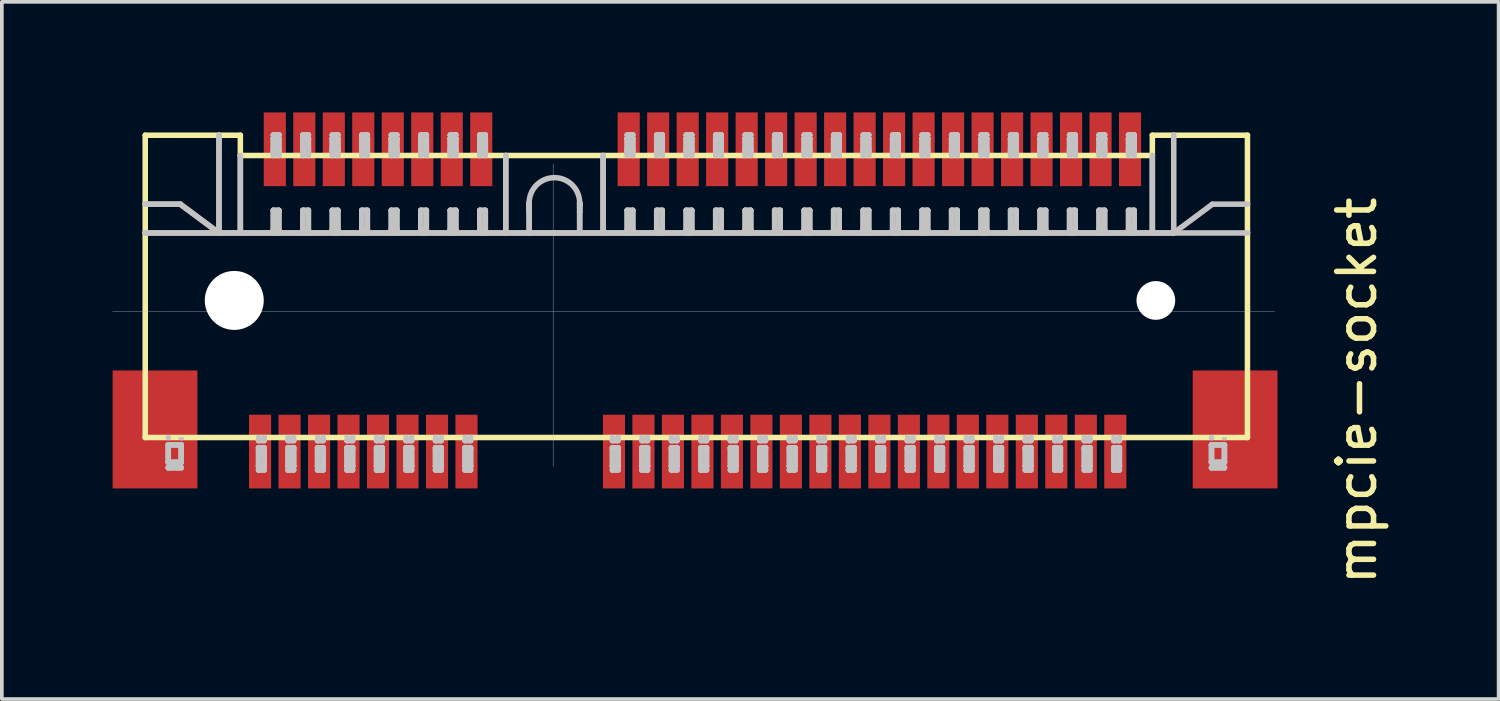
<source format=kicad_pcb>
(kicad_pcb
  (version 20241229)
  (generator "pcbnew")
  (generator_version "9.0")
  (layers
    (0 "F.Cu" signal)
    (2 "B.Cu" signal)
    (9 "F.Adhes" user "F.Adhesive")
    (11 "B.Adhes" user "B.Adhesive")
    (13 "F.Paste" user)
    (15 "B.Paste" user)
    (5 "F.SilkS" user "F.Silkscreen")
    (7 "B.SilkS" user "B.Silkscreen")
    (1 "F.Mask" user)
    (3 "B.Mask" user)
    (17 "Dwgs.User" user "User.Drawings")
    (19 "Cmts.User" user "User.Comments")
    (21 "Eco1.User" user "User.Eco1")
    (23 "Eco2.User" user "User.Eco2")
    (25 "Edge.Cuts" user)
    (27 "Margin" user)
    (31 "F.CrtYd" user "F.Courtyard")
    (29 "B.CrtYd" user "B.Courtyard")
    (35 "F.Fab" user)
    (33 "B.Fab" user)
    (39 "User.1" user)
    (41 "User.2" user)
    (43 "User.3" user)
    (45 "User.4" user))
  (footprint "mpcie-socket"
    (layer "F.Cu")
    (at 3.305 5.1)
    (property "Reference" "mpcie-socket" (at 30.45 2.45 90) (layer "F.SilkS") (effects (font (size 1 1) (thickness 0.15))))
    (attr through_hole)
    (fp_line (start -2.415 -4.481) (end -0.415 -4.481) (stroke (width 0.15) (type solid)) (layer "F.SilkS"))
    (fp_line (start -2.415 -2.611) (end -2.415 -4.481) (stroke (width 0.15) (type solid)) (layer "F.SilkS"))
    (fp_line (start -2.415 -2.611) (end -2.415 -1.831) (stroke (width 0.15) (type solid)) (layer "F.SilkS"))
    (fp_line (start -2.415 3.719) (end -2.415 -1.831) (stroke (width 0.15) (type solid)) (layer "F.SilkS"))
    (fp_line (start -0.415 -4.481) (end 0.165 -4.481) (stroke (width 0.15) (type solid)) (layer "F.SilkS"))
    (fp_line (start 0.165 -3.931) (end 0.165 -4.481) (stroke (width 0.15) (type solid)) (layer "F.SilkS"))
    (fp_line (start 7.365 -3.931) (end 0.165 -3.931) (stroke (width 0.15) (type solid)) (layer "F.SilkS"))
    (fp_line (start 10.005 -3.931) (end 7.365 -3.931) (stroke (width 0.15) (type solid)) (layer "F.SilkS"))
    (fp_line (start 24.905 -4.481) (end 24.905 -3.931) (stroke (width 0.15) (type solid)) (layer "F.SilkS"))
    (fp_line (start 24.905 -4.481) (end 25.485 -4.481) (stroke (width 0.15) (type solid)) (layer "F.SilkS"))
    (fp_line (start 24.905 -3.931) (end 10.005 -3.931) (stroke (width 0.15) (type solid)) (layer "F.SilkS"))
    (fp_line (start 27.485 -4.481) (end 25.485 -4.481) (stroke (width 0.15) (type solid)) (layer "F.SilkS"))
    (fp_line (start 27.485 -2.611) (end 27.485 -4.481) (stroke (width 0.15) (type solid)) (layer "F.SilkS"))
    (fp_line (start 27.485 -1.831) (end 27.485 -2.611) (stroke (width 0.15) (type solid)) (layer "F.SilkS"))
    (fp_line (start 27.485 3.719) (end -2.415 3.719) (stroke (width 0.15) (type solid)) (layer "F.SilkS"))
    (fp_line (start 27.485 3.719) (end 27.485 -1.831) (stroke (width 0.15) (type solid)) (layer "F.SilkS"))
    (fp_line (start -3.3 0.3) (end 28.225 0.3) (stroke (width 0.01) (type solid)) (layer "Dwgs.User"))
    (fp_line (start -2.415 -2.611) (end -1.465 -2.611) (stroke (width 0.15) (type solid)) (layer "Dwgs.User"))
    (fp_line (start -2.415 -1.831) (end -0.415 -1.831) (stroke (width 0.15) (type solid)) (layer "Dwgs.User"))
    (fp_line (start -1.79 3.919) (end -1.79 4.389) (stroke (width 0.15) (type solid)) (layer "Dwgs.User"))
    (fp_line (start -1.79 3.919) (end -1.44 3.919) (stroke (width 0.15) (type solid)) (layer "Dwgs.User"))
    (fp_line (start -1.79 4.389) (end -1.79 3.919) (stroke (width 0.15) (type solid)) (layer "Dwgs.User"))
    (fp_line (start -1.79 4.389) (end -1.44 4.389) (stroke (width 0.15) (type solid)) (layer "Dwgs.User"))
    (fp_line (start -1.79 4.389) (end -1.44 4.389) (stroke (width 0.15) (type solid)) (layer "Dwgs.User"))
    (fp_line (start -1.465 -2.611) (end -2.415 -2.611) (stroke (width 0.15) (type solid)) (layer "Dwgs.User"))
    (fp_line (start -1.44 3.919) (end -1.79 3.919) (stroke (width 0.15) (type solid)) (layer "Dwgs.User"))
    (fp_line (start -1.44 4.389) (end -1.44 3.919) (stroke (width 0.15) (type solid)) (layer "Dwgs.User"))
    (fp_line (start -1.44 4.389) (end -1.44 3.919) (stroke (width 0.15) (type solid)) (layer "Dwgs.User"))
    (fp_line (start -1.44 4.539) (end -1.79 4.539) (stroke (width 0.15) (type solid)) (layer "Dwgs.User"))
    (fp_line (start -1.44 4.539) (end -1.79 4.539) (stroke (width 0.15) (type solid)) (layer "Dwgs.User"))
    (fp_line (start -0.415 -1.831) (end -2.415 -1.831) (stroke (width 0.15) (type solid)) (layer "Dwgs.User"))
    (fp_line (start -0.415 -1.831) (end -1.465 -2.611) (stroke (width 0.15) (type solid)) (layer "Dwgs.User"))
    (fp_line (start -0.415 -1.831) (end -1.465 -2.611) (stroke (width 0.15) (type solid)) (layer "Dwgs.User"))
    (fp_line (start -0.415 -1.831) (end -0.415 -4.481) (stroke (width 0.15) (type solid)) (layer "Dwgs.User"))
    (fp_line (start -0.415 -1.831) (end -0.415 -4.481) (stroke (width 0.15) (type solid)) (layer "Dwgs.User"))
    (fp_line (start 0.165 -3.931) (end 0.165 -1.831) (stroke (width 0.15) (type solid)) (layer "Dwgs.User"))
    (fp_line (start 0.165 -3.931) (end 0.165 -1.831) (stroke (width 0.15) (type solid)) (layer "Dwgs.User"))
    (fp_line (start 0.66 3.999) (end 0.66 4.499) (stroke (width 0.15) (type solid)) (layer "Dwgs.User"))
    (fp_line (start 0.66 3.999) (end 0.81 3.999) (stroke (width 0.15) (type solid)) (layer "Dwgs.User"))
    (fp_line (start 0.66 4.499) (end 0.66 3.999) (stroke (width 0.15) (type solid)) (layer "Dwgs.User"))
    (fp_line (start 0.66 4.499) (end 0.81 4.499) (stroke (width 0.15) (type solid)) (layer "Dwgs.User"))
    (fp_line (start 0.66 4.499) (end 0.81 4.499) (stroke (width 0.15) (type solid)) (layer "Dwgs.User"))
    (fp_line (start 0.81 3.799) (end 0.66 3.799) (stroke (width 0.15) (type solid)) (layer "Dwgs.User"))
    (fp_line (start 0.81 3.799) (end 0.66 3.799) (stroke (width 0.15) (type solid)) (layer "Dwgs.User"))
    (fp_line (start 0.81 3.999) (end 0.66 3.999) (stroke (width 0.15) (type solid)) (layer "Dwgs.User"))
    (fp_line (start 0.81 4.499) (end 0.81 3.999) (stroke (width 0.15) (type solid)) (layer "Dwgs.User"))
    (fp_line (start 0.81 4.499) (end 0.81 3.999) (stroke (width 0.15) (type solid)) (layer "Dwgs.User"))
    (fp_line (start 0.81 4.599) (end 0.66 4.599) (stroke (width 0.15) (type solid)) (layer "Dwgs.User"))
    (fp_line (start 0.81 4.599) (end 0.66 4.599) (stroke (width 0.15) (type solid)) (layer "Dwgs.User"))
    (fp_line (start 1.06 -4.491) (end 1.21 -4.491) (stroke (width 0.15) (type solid)) (layer "Dwgs.User"))
    (fp_line (start 1.06 -4.491) (end 1.21 -4.491) (stroke (width 0.15) (type solid)) (layer "Dwgs.User"))
    (fp_line (start 1.06 -4.391) (end 1.06 -4.074) (stroke (width 0.15) (type solid)) (layer "Dwgs.User"))
    (fp_line (start 1.06 -4.074) (end 1.06 -4.391) (stroke (width 0.15) (type solid)) (layer "Dwgs.User"))
    (fp_line (start 1.06 -4.074) (end 1.06 -3.931) (stroke (width 0.15) (type solid)) (layer "Dwgs.User"))
    (fp_line (start 1.06 -4.074) (end 1.21 -4.074) (stroke (width 0.15) (type solid)) (layer "Dwgs.User"))
    (fp_line (start 1.06 -3.931) (end 1.06 -4.074) (stroke (width 0.15) (type solid)) (layer "Dwgs.User"))
    (fp_line (start 1.06 -2.444) (end 1.06 -1.916) (stroke (width 0.15) (type solid)) (layer "Dwgs.User"))
    (fp_line (start 1.06 -2.444) (end 1.21 -2.444) (stroke (width 0.15) (type solid)) (layer "Dwgs.User"))
    (fp_line (start 1.06 -1.916) (end 1.06 -2.444) (stroke (width 0.15) (type solid)) (layer "Dwgs.User"))
    (fp_line (start 1.06 -1.916) (end 1.21 -1.916) (stroke (width 0.15) (type solid)) (layer "Dwgs.User"))
    (fp_line (start 1.06 -1.916) (end 1.21 -1.916) (stroke (width 0.15) (type solid)) (layer "Dwgs.User"))
    (fp_line (start 1.06 -1.837) (end 1.21 -1.837) (stroke (width 0.15) (type solid)) (layer "Dwgs.User"))
    (fp_line (start 1.21 -4.391) (end 1.06 -4.391) (stroke (width 0.15) (type solid)) (layer "Dwgs.User"))
    (fp_line (start 1.21 -4.391) (end 1.06 -4.391) (stroke (width 0.15) (type solid)) (layer "Dwgs.User"))
    (fp_line (start 1.21 -4.074) (end 1.06 -4.074) (stroke (width 0.15) (type solid)) (layer "Dwgs.User"))
    (fp_line (start 1.21 -4.074) (end 1.21 -4.391) (stroke (width 0.15) (type solid)) (layer "Dwgs.User"))
    (fp_line (start 1.21 -4.074) (end 1.21 -4.391) (stroke (width 0.15) (type solid)) (layer "Dwgs.User"))
    (fp_line (start 1.21 -3.931) (end 1.21 -4.074) (stroke (width 0.15) (type solid)) (layer "Dwgs.User"))
    (fp_line (start 1.21 -3.931) (end 1.21 -4.074) (stroke (width 0.15) (type solid)) (layer "Dwgs.User"))
    (fp_line (start 1.21 -2.444) (end 1.06 -2.444) (stroke (width 0.15) (type solid)) (layer "Dwgs.User"))
    (fp_line (start 1.21 -1.916) (end 1.21 -2.444) (stroke (width 0.15) (type solid)) (layer "Dwgs.User"))
    (fp_line (start 1.21 -1.916) (end 1.21 -2.444) (stroke (width 0.15) (type solid)) (layer "Dwgs.User"))
    (fp_line (start 1.21 -1.837) (end 1.06 -1.837) (stroke (width 0.15) (type solid)) (layer "Dwgs.User"))
    (fp_line (start 1.46 3.999) (end 1.46 4.499) (stroke (width 0.15) (type solid)) (layer "Dwgs.User"))
    (fp_line (start 1.46 3.999) (end 1.61 3.999) (stroke (width 0.15) (type solid)) (layer "Dwgs.User"))
    (fp_line (start 1.46 4.499) (end 1.46 3.999) (stroke (width 0.15) (type solid)) (layer "Dwgs.User"))
    (fp_line (start 1.46 4.499) (end 1.61 4.499) (stroke (width 0.15) (type solid)) (layer "Dwgs.User"))
    (fp_line (start 1.46 4.499) (end 1.61 4.499) (stroke (width 0.15) (type solid)) (layer "Dwgs.User"))
    (fp_line (start 1.61 3.799) (end 1.46 3.799) (stroke (width 0.15) (type solid)) (layer "Dwgs.User"))
    (fp_line (start 1.61 3.799) (end 1.46 3.799) (stroke (width 0.15) (type solid)) (layer "Dwgs.User"))
    (fp_line (start 1.61 3.999) (end 1.46 3.999) (stroke (width 0.15) (type solid)) (layer "Dwgs.User"))
    (fp_line (start 1.61 4.499) (end 1.61 3.999) (stroke (width 0.15) (type solid)) (layer "Dwgs.User"))
    (fp_line (start 1.61 4.499) (end 1.61 3.999) (stroke (width 0.15) (type solid)) (layer "Dwgs.User"))
    (fp_line (start 1.61 4.599) (end 1.46 4.599) (stroke (width 0.15) (type solid)) (layer "Dwgs.User"))
    (fp_line (start 1.61 4.599) (end 1.46 4.599) (stroke (width 0.15) (type solid)) (layer "Dwgs.User"))
    (fp_line (start 1.86 -4.491) (end 2.01 -4.491) (stroke (width 0.15) (type solid)) (layer "Dwgs.User"))
    (fp_line (start 1.86 -4.491) (end 2.01 -4.491) (stroke (width 0.15) (type solid)) (layer "Dwgs.User"))
    (fp_line (start 1.86 -4.391) (end 1.86 -4.074) (stroke (width 0.15) (type solid)) (layer "Dwgs.User"))
    (fp_line (start 1.86 -4.074) (end 1.86 -4.391) (stroke (width 0.15) (type solid)) (layer "Dwgs.User"))
    (fp_line (start 1.86 -4.074) (end 1.86 -3.931) (stroke (width 0.15) (type solid)) (layer "Dwgs.User"))
    (fp_line (start 1.86 -4.074) (end 2.01 -4.074) (stroke (width 0.15) (type solid)) (layer "Dwgs.User"))
    (fp_line (start 1.86 -3.931) (end 1.86 -4.074) (stroke (width 0.15) (type solid)) (layer "Dwgs.User"))
    (fp_line (start 1.86 -2.444) (end 1.86 -1.916) (stroke (width 0.15) (type solid)) (layer "Dwgs.User"))
    (fp_line (start 1.86 -2.444) (end 2.01 -2.444) (stroke (width 0.15) (type solid)) (layer "Dwgs.User"))
    (fp_line (start 1.86 -1.916) (end 1.86 -2.444) (stroke (width 0.15) (type solid)) (layer "Dwgs.User"))
    (fp_line (start 1.86 -1.916) (end 2.01 -1.916) (stroke (width 0.15) (type solid)) (layer "Dwgs.User"))
    (fp_line (start 1.86 -1.916) (end 2.01 -1.916) (stroke (width 0.15) (type solid)) (layer "Dwgs.User"))
    (fp_line (start 1.86 -1.837) (end 2.01 -1.837) (stroke (width 0.15) (type solid)) (layer "Dwgs.User"))
    (fp_line (start 2.01 -4.391) (end 1.86 -4.391) (stroke (width 0.15) (type solid)) (layer "Dwgs.User"))
    (fp_line (start 2.01 -4.391) (end 1.86 -4.391) (stroke (width 0.15) (type solid)) (layer "Dwgs.User"))
    (fp_line (start 2.01 -4.074) (end 1.86 -4.074) (stroke (width 0.15) (type solid)) (layer "Dwgs.User"))
    (fp_line (start 2.01 -4.074) (end 2.01 -4.391) (stroke (width 0.15) (type solid)) (layer "Dwgs.User"))
    (fp_line (start 2.01 -4.074) (end 2.01 -4.391) (stroke (width 0.15) (type solid)) (layer "Dwgs.User"))
    (fp_line (start 2.01 -3.931) (end 2.01 -4.074) (stroke (width 0.15) (type solid)) (layer "Dwgs.User"))
    (fp_line (start 2.01 -3.931) (end 2.01 -4.074) (stroke (width 0.15) (type solid)) (layer "Dwgs.User"))
    (fp_line (start 2.01 -2.444) (end 1.86 -2.444) (stroke (width 0.15) (type solid)) (layer "Dwgs.User"))
    (fp_line (start 2.01 -1.916) (end 2.01 -2.444) (stroke (width 0.15) (type solid)) (layer "Dwgs.User"))
    (fp_line (start 2.01 -1.916) (end 2.01 -2.444) (stroke (width 0.15) (type solid)) (layer "Dwgs.User"))
    (fp_line (start 2.01 -1.837) (end 1.86 -1.837) (stroke (width 0.15) (type solid)) (layer "Dwgs.User"))
    (fp_line (start 2.26 3.999) (end 2.26 4.499) (stroke (width 0.15) (type solid)) (layer "Dwgs.User"))
    (fp_line (start 2.26 3.999) (end 2.41 3.999) (stroke (width 0.15) (type solid)) (layer "Dwgs.User"))
    (fp_line (start 2.26 4.499) (end 2.26 3.999) (stroke (width 0.15) (type solid)) (layer "Dwgs.User"))
    (fp_line (start 2.26 4.499) (end 2.41 4.499) (stroke (width 0.15) (type solid)) (layer "Dwgs.User"))
    (fp_line (start 2.26 4.499) (end 2.41 4.499) (stroke (width 0.15) (type solid)) (layer "Dwgs.User"))
    (fp_line (start 2.41 3.799) (end 2.26 3.799) (stroke (width 0.15) (type solid)) (layer "Dwgs.User"))
    (fp_line (start 2.41 3.799) (end 2.26 3.799) (stroke (width 0.15) (type solid)) (layer "Dwgs.User"))
    (fp_line (start 2.41 3.999) (end 2.26 3.999) (stroke (width 0.15) (type solid)) (layer "Dwgs.User"))
    (fp_line (start 2.41 4.499) (end 2.41 3.999) (stroke (width 0.15) (type solid)) (layer "Dwgs.User"))
    (fp_line (start 2.41 4.499) (end 2.41 3.999) (stroke (width 0.15) (type solid)) (layer "Dwgs.User"))
    (fp_line (start 2.41 4.599) (end 2.26 4.599) (stroke (width 0.15) (type solid)) (layer "Dwgs.User"))
    (fp_line (start 2.41 4.599) (end 2.26 4.599) (stroke (width 0.15) (type solid)) (layer "Dwgs.User"))
    (fp_line (start 2.66 -4.491) (end 2.81 -4.491) (stroke (width 0.15) (type solid)) (layer "Dwgs.User"))
    (fp_line (start 2.66 -4.491) (end 2.81 -4.491) (stroke (width 0.15) (type solid)) (layer "Dwgs.User"))
    (fp_line (start 2.66 -4.391) (end 2.66 -4.074) (stroke (width 0.15) (type solid)) (layer "Dwgs.User"))
    (fp_line (start 2.66 -4.074) (end 2.66 -4.391) (stroke (width 0.15) (type solid)) (layer "Dwgs.User"))
    (fp_line (start 2.66 -4.074) (end 2.66 -3.931) (stroke (width 0.15) (type solid)) (layer "Dwgs.User"))
    (fp_line (start 2.66 -4.074) (end 2.81 -4.074) (stroke (width 0.15) (type solid)) (layer "Dwgs.User"))
    (fp_line (start 2.66 -3.931) (end 2.66 -4.074) (stroke (width 0.15) (type solid)) (layer "Dwgs.User"))
    (fp_line (start 2.66 -2.444) (end 2.66 -1.916) (stroke (width 0.15) (type solid)) (layer "Dwgs.User"))
    (fp_line (start 2.66 -2.444) (end 2.81 -2.444) (stroke (width 0.15) (type solid)) (layer "Dwgs.User"))
    (fp_line (start 2.66 -1.916) (end 2.66 -2.444) (stroke (width 0.15) (type solid)) (layer "Dwgs.User"))
    (fp_line (start 2.66 -1.916) (end 2.81 -1.916) (stroke (width 0.15) (type solid)) (layer "Dwgs.User"))
    (fp_line (start 2.66 -1.916) (end 2.81 -1.916) (stroke (width 0.15) (type solid)) (layer "Dwgs.User"))
    (fp_line (start 2.66 -1.837) (end 2.81 -1.837) (stroke (width 0.15) (type solid)) (layer "Dwgs.User"))
    (fp_line (start 2.81 -4.391) (end 2.66 -4.391) (stroke (width 0.15) (type solid)) (layer "Dwgs.User"))
    (fp_line (start 2.81 -4.391) (end 2.66 -4.391) (stroke (width 0.15) (type solid)) (layer "Dwgs.User"))
    (fp_line (start 2.81 -4.074) (end 2.66 -4.074) (stroke (width 0.15) (type solid)) (layer "Dwgs.User"))
    (fp_line (start 2.81 -4.074) (end 2.81 -4.391) (stroke (width 0.15) (type solid)) (layer "Dwgs.User"))
    (fp_line (start 2.81 -4.074) (end 2.81 -4.391) (stroke (width 0.15) (type solid)) (layer "Dwgs.User"))
    (fp_line (start 2.81 -3.931) (end 2.81 -4.074) (stroke (width 0.15) (type solid)) (layer "Dwgs.User"))
    (fp_line (start 2.81 -3.931) (end 2.81 -4.074) (stroke (width 0.15) (type solid)) (layer "Dwgs.User"))
    (fp_line (start 2.81 -2.444) (end 2.66 -2.444) (stroke (width 0.15) (type solid)) (layer "Dwgs.User"))
    (fp_line (start 2.81 -1.916) (end 2.81 -2.444) (stroke (width 0.15) (type solid)) (layer "Dwgs.User"))
    (fp_line (start 2.81 -1.916) (end 2.81 -2.444) (stroke (width 0.15) (type solid)) (layer "Dwgs.User"))
    (fp_line (start 2.81 -1.837) (end 2.66 -1.837) (stroke (width 0.15) (type solid)) (layer "Dwgs.User"))
    (fp_line (start 3.06 3.999) (end 3.06 4.499) (stroke (width 0.15) (type solid)) (layer "Dwgs.User"))
    (fp_line (start 3.06 3.999) (end 3.21 3.999) (stroke (width 0.15) (type solid)) (layer "Dwgs.User"))
    (fp_line (start 3.06 4.499) (end 3.06 3.999) (stroke (width 0.15) (type solid)) (layer "Dwgs.User"))
    (fp_line (start 3.06 4.499) (end 3.21 4.499) (stroke (width 0.15) (type solid)) (layer "Dwgs.User"))
    (fp_line (start 3.06 4.499) (end 3.21 4.499) (stroke (width 0.15) (type solid)) (layer "Dwgs.User"))
    (fp_line (start 3.21 3.799) (end 3.06 3.799) (stroke (width 0.15) (type solid)) (layer "Dwgs.User"))
    (fp_line (start 3.21 3.799) (end 3.06 3.799) (stroke (width 0.15) (type solid)) (layer "Dwgs.User"))
    (fp_line (start 3.21 3.999) (end 3.06 3.999) (stroke (width 0.15) (type solid)) (layer "Dwgs.User"))
    (fp_line (start 3.21 4.499) (end 3.21 3.999) (stroke (width 0.15) (type solid)) (layer "Dwgs.User"))
    (fp_line (start 3.21 4.499) (end 3.21 3.999) (stroke (width 0.15) (type solid)) (layer "Dwgs.User"))
    (fp_line (start 3.21 4.599) (end 3.06 4.599) (stroke (width 0.15) (type solid)) (layer "Dwgs.User"))
    (fp_line (start 3.21 4.599) (end 3.06 4.599) (stroke (width 0.15) (type solid)) (layer "Dwgs.User"))
    (fp_line (start 3.46 -4.491) (end 3.61 -4.491) (stroke (width 0.15) (type solid)) (layer "Dwgs.User"))
    (fp_line (start 3.46 -4.491) (end 3.61 -4.491) (stroke (width 0.15) (type solid)) (layer "Dwgs.User"))
    (fp_line (start 3.46 -4.391) (end 3.46 -4.074) (stroke (width 0.15) (type solid)) (layer "Dwgs.User"))
    (fp_line (start 3.46 -4.074) (end 3.46 -4.391) (stroke (width 0.15) (type solid)) (layer "Dwgs.User"))
    (fp_line (start 3.46 -4.074) (end 3.46 -3.931) (stroke (width 0.15) (type solid)) (layer "Dwgs.User"))
    (fp_line (start 3.46 -4.074) (end 3.61 -4.074) (stroke (width 0.15) (type solid)) (layer "Dwgs.User"))
    (fp_line (start 3.46 -3.931) (end 3.46 -4.074) (stroke (width 0.15) (type solid)) (layer "Dwgs.User"))
    (fp_line (start 3.46 -2.444) (end 3.46 -1.916) (stroke (width 0.15) (type solid)) (layer "Dwgs.User"))
    (fp_line (start 3.46 -2.444) (end 3.61 -2.444) (stroke (width 0.15) (type solid)) (layer "Dwgs.User"))
    (fp_line (start 3.46 -1.916) (end 3.46 -2.444) (stroke (width 0.15) (type solid)) (layer "Dwgs.User"))
    (fp_line (start 3.46 -1.916) (end 3.61 -1.916) (stroke (width 0.15) (type solid)) (layer "Dwgs.User"))
    (fp_line (start 3.46 -1.916) (end 3.61 -1.916) (stroke (width 0.15) (type solid)) (layer "Dwgs.User"))
    (fp_line (start 3.46 -1.837) (end 3.61 -1.837) (stroke (width 0.15) (type solid)) (layer "Dwgs.User"))
    (fp_line (start 3.61 -4.391) (end 3.46 -4.391) (stroke (width 0.15) (type solid)) (layer "Dwgs.User"))
    (fp_line (start 3.61 -4.391) (end 3.46 -4.391) (stroke (width 0.15) (type solid)) (layer "Dwgs.User"))
    (fp_line (start 3.61 -4.074) (end 3.46 -4.074) (stroke (width 0.15) (type solid)) (layer "Dwgs.User"))
    (fp_line (start 3.61 -4.074) (end 3.61 -4.391) (stroke (width 0.15) (type solid)) (layer "Dwgs.User"))
    (fp_line (start 3.61 -4.074) (end 3.61 -4.391) (stroke (width 0.15) (type solid)) (layer "Dwgs.User"))
    (fp_line (start 3.61 -3.931) (end 3.61 -4.074) (stroke (width 0.15) (type solid)) (layer "Dwgs.User"))
    (fp_line (start 3.61 -3.931) (end 3.61 -4.074) (stroke (width 0.15) (type solid)) (layer "Dwgs.User"))
    (fp_line (start 3.61 -2.444) (end 3.46 -2.444) (stroke (width 0.15) (type solid)) (layer "Dwgs.User"))
    (fp_line (start 3.61 -1.916) (end 3.61 -2.444) (stroke (width 0.15) (type solid)) (layer "Dwgs.User"))
    (fp_line (start 3.61 -1.916) (end 3.61 -2.444) (stroke (width 0.15) (type solid)) (layer "Dwgs.User"))
    (fp_line (start 3.61 -1.837) (end 3.46 -1.837) (stroke (width 0.15) (type solid)) (layer "Dwgs.User"))
    (fp_line (start 3.86 3.999) (end 3.86 4.499) (stroke (width 0.15) (type solid)) (layer "Dwgs.User"))
    (fp_line (start 3.86 3.999) (end 4.01 3.999) (stroke (width 0.15) (type solid)) (layer "Dwgs.User"))
    (fp_line (start 3.86 4.499) (end 3.86 3.999) (stroke (width 0.15) (type solid)) (layer "Dwgs.User"))
    (fp_line (start 3.86 4.499) (end 4.01 4.499) (stroke (width 0.15) (type solid)) (layer "Dwgs.User"))
    (fp_line (start 3.86 4.499) (end 4.01 4.499) (stroke (width 0.15) (type solid)) (layer "Dwgs.User"))
    (fp_line (start 4.01 3.799) (end 3.86 3.799) (stroke (width 0.15) (type solid)) (layer "Dwgs.User"))
    (fp_line (start 4.01 3.799) (end 3.86 3.799) (stroke (width 0.15) (type solid)) (layer "Dwgs.User"))
    (fp_line (start 4.01 3.999) (end 3.86 3.999) (stroke (width 0.15) (type solid)) (layer "Dwgs.User"))
    (fp_line (start 4.01 4.499) (end 4.01 3.999) (stroke (width 0.15) (type solid)) (layer "Dwgs.User"))
    (fp_line (start 4.01 4.499) (end 4.01 3.999) (stroke (width 0.15) (type solid)) (layer "Dwgs.User"))
    (fp_line (start 4.01 4.599) (end 3.86 4.599) (stroke (width 0.15) (type solid)) (layer "Dwgs.User"))
    (fp_line (start 4.01 4.599) (end 3.86 4.599) (stroke (width 0.15) (type solid)) (layer "Dwgs.User"))
    (fp_line (start 4.26 -4.491) (end 4.41 -4.491) (stroke (width 0.15) (type solid)) (layer "Dwgs.User"))
    (fp_line (start 4.26 -4.491) (end 4.41 -4.491) (stroke (width 0.15) (type solid)) (layer "Dwgs.User"))
    (fp_line (start 4.26 -4.391) (end 4.26 -4.074) (stroke (width 0.15) (type solid)) (layer "Dwgs.User"))
    (fp_line (start 4.26 -4.074) (end 4.26 -4.391) (stroke (width 0.15) (type solid)) (layer "Dwgs.User"))
    (fp_line (start 4.26 -4.074) (end 4.26 -3.931) (stroke (width 0.15) (type solid)) (layer "Dwgs.User"))
    (fp_line (start 4.26 -4.074) (end 4.41 -4.074) (stroke (width 0.15) (type solid)) (layer "Dwgs.User"))
    (fp_line (start 4.26 -3.931) (end 4.26 -4.074) (stroke (width 0.15) (type solid)) (layer "Dwgs.User"))
    (fp_line (start 4.26 -2.444) (end 4.26 -1.916) (stroke (width 0.15) (type solid)) (layer "Dwgs.User"))
    (fp_line (start 4.26 -2.444) (end 4.41 -2.444) (stroke (width 0.15) (type solid)) (layer "Dwgs.User"))
    (fp_line (start 4.26 -1.916) (end 4.26 -2.444) (stroke (width 0.15) (type solid)) (layer "Dwgs.User"))
    (fp_line (start 4.26 -1.916) (end 4.41 -1.916) (stroke (width 0.15) (type solid)) (layer "Dwgs.User"))
    (fp_line (start 4.26 -1.916) (end 4.41 -1.916) (stroke (width 0.15) (type solid)) (layer "Dwgs.User"))
    (fp_line (start 4.26 -1.837) (end 4.41 -1.837) (stroke (width 0.15) (type solid)) (layer "Dwgs.User"))
    (fp_line (start 4.41 -4.391) (end 4.26 -4.391) (stroke (width 0.15) (type solid)) (layer "Dwgs.User"))
    (fp_line (start 4.41 -4.391) (end 4.26 -4.391) (stroke (width 0.15) (type solid)) (layer "Dwgs.User"))
    (fp_line (start 4.41 -4.074) (end 4.26 -4.074) (stroke (width 0.15) (type solid)) (layer "Dwgs.User"))
    (fp_line (start 4.41 -4.074) (end 4.41 -4.391) (stroke (width 0.15) (type solid)) (layer "Dwgs.User"))
    (fp_line (start 4.41 -4.074) (end 4.41 -4.391) (stroke (width 0.15) (type solid)) (layer "Dwgs.User"))
    (fp_line (start 4.41 -3.931) (end 4.41 -4.074) (stroke (width 0.15) (type solid)) (layer "Dwgs.User"))
    (fp_line (start 4.41 -3.931) (end 4.41 -4.074) (stroke (width 0.15) (type solid)) (layer "Dwgs.User"))
    (fp_line (start 4.41 -2.444) (end 4.26 -2.444) (stroke (width 0.15) (type solid)) (layer "Dwgs.User"))
    (fp_line (start 4.41 -1.916) (end 4.41 -2.444) (stroke (width 0.15) (type solid)) (layer "Dwgs.User"))
    (fp_line (start 4.41 -1.916) (end 4.41 -2.444) (stroke (width 0.15) (type solid)) (layer "Dwgs.User"))
    (fp_line (start 4.41 -1.837) (end 4.26 -1.837) (stroke (width 0.15) (type solid)) (layer "Dwgs.User"))
    (fp_line (start 4.66 3.999) (end 4.66 4.499) (stroke (width 0.15) (type solid)) (layer "Dwgs.User"))
    (fp_line (start 4.66 3.999) (end 4.81 3.999) (stroke (width 0.15) (type solid)) (layer "Dwgs.User"))
    (fp_line (start 4.66 4.499) (end 4.66 3.999) (stroke (width 0.15) (type solid)) (layer "Dwgs.User"))
    (fp_line (start 4.66 4.499) (end 4.81 4.499) (stroke (width 0.15) (type solid)) (layer "Dwgs.User"))
    (fp_line (start 4.66 4.499) (end 4.81 4.499) (stroke (width 0.15) (type solid)) (layer "Dwgs.User"))
    (fp_line (start 4.81 3.799) (end 4.66 3.799) (stroke (width 0.15) (type solid)) (layer "Dwgs.User"))
    (fp_line (start 4.81 3.799) (end 4.66 3.799) (stroke (width 0.15) (type solid)) (layer "Dwgs.User"))
    (fp_line (start 4.81 3.999) (end 4.66 3.999) (stroke (width 0.15) (type solid)) (layer "Dwgs.User"))
    (fp_line (start 4.81 4.499) (end 4.81 3.999) (stroke (width 0.15) (type solid)) (layer "Dwgs.User"))
    (fp_line (start 4.81 4.499) (end 4.81 3.999) (stroke (width 0.15) (type solid)) (layer "Dwgs.User"))
    (fp_line (start 4.81 4.599) (end 4.66 4.599) (stroke (width 0.15) (type solid)) (layer "Dwgs.User"))
    (fp_line (start 4.81 4.599) (end 4.66 4.599) (stroke (width 0.15) (type solid)) (layer "Dwgs.User"))
    (fp_line (start 5.06 -4.491) (end 5.21 -4.491) (stroke (width 0.15) (type solid)) (layer "Dwgs.User"))
    (fp_line (start 5.06 -4.491) (end 5.21 -4.491) (stroke (width 0.15) (type solid)) (layer "Dwgs.User"))
    (fp_line (start 5.06 -4.391) (end 5.06 -4.074) (stroke (width 0.15) (type solid)) (layer "Dwgs.User"))
    (fp_line (start 5.06 -4.074) (end 5.06 -4.391) (stroke (width 0.15) (type solid)) (layer "Dwgs.User"))
    (fp_line (start 5.06 -4.074) (end 5.06 -3.931) (stroke (width 0.15) (type solid)) (layer "Dwgs.User"))
    (fp_line (start 5.06 -4.074) (end 5.21 -4.074) (stroke (width 0.15) (type solid)) (layer "Dwgs.User"))
    (fp_line (start 5.06 -3.931) (end 5.06 -4.074) (stroke (width 0.15) (type solid)) (layer "Dwgs.User"))
    (fp_line (start 5.06 -2.444) (end 5.06 -1.916) (stroke (width 0.15) (type solid)) (layer "Dwgs.User"))
    (fp_line (start 5.06 -2.444) (end 5.21 -2.444) (stroke (width 0.15) (type solid)) (layer "Dwgs.User"))
    (fp_line (start 5.06 -1.916) (end 5.06 -2.444) (stroke (width 0.15) (type solid)) (layer "Dwgs.User"))
    (fp_line (start 5.06 -1.916) (end 5.21 -1.916) (stroke (width 0.15) (type solid)) (layer "Dwgs.User"))
    (fp_line (start 5.06 -1.916) (end 5.21 -1.916) (stroke (width 0.15) (type solid)) (layer "Dwgs.User"))
    (fp_line (start 5.06 -1.837) (end 5.21 -1.837) (stroke (width 0.15) (type solid)) (layer "Dwgs.User"))
    (fp_line (start 5.21 -4.391) (end 5.06 -4.391) (stroke (width 0.15) (type solid)) (layer "Dwgs.User"))
    (fp_line (start 5.21 -4.391) (end 5.06 -4.391) (stroke (width 0.15) (type solid)) (layer "Dwgs.User"))
    (fp_line (start 5.21 -4.074) (end 5.06 -4.074) (stroke (width 0.15) (type solid)) (layer "Dwgs.User"))
    (fp_line (start 5.21 -4.074) (end 5.21 -4.391) (stroke (width 0.15) (type solid)) (layer "Dwgs.User"))
    (fp_line (start 5.21 -4.074) (end 5.21 -4.391) (stroke (width 0.15) (type solid)) (layer "Dwgs.User"))
    (fp_line (start 5.21 -3.931) (end 5.21 -4.074) (stroke (width 0.15) (type solid)) (layer "Dwgs.User"))
    (fp_line (start 5.21 -3.931) (end 5.21 -4.074) (stroke (width 0.15) (type solid)) (layer "Dwgs.User"))
    (fp_line (start 5.21 -2.444) (end 5.06 -2.444) (stroke (width 0.15) (type solid)) (layer "Dwgs.User"))
    (fp_line (start 5.21 -1.916) (end 5.21 -2.444) (stroke (width 0.15) (type solid)) (layer "Dwgs.User"))
    (fp_line (start 5.21 -1.916) (end 5.21 -2.444) (stroke (width 0.15) (type solid)) (layer "Dwgs.User"))
    (fp_line (start 5.21 -1.837) (end 5.06 -1.837) (stroke (width 0.15) (type solid)) (layer "Dwgs.User"))
    (fp_line (start 5.46 3.999) (end 5.46 4.499) (stroke (width 0.15) (type solid)) (layer "Dwgs.User"))
    (fp_line (start 5.46 3.999) (end 5.61 3.999) (stroke (width 0.15) (type solid)) (layer "Dwgs.User"))
    (fp_line (start 5.46 4.499) (end 5.46 3.999) (stroke (width 0.15) (type solid)) (layer "Dwgs.User"))
    (fp_line (start 5.46 4.499) (end 5.61 4.499) (stroke (width 0.15) (type solid)) (layer "Dwgs.User"))
    (fp_line (start 5.46 4.499) (end 5.61 4.499) (stroke (width 0.15) (type solid)) (layer "Dwgs.User"))
    (fp_line (start 5.61 3.799) (end 5.46 3.799) (stroke (width 0.15) (type solid)) (layer "Dwgs.User"))
    (fp_line (start 5.61 3.799) (end 5.46 3.799) (stroke (width 0.15) (type solid)) (layer "Dwgs.User"))
    (fp_line (start 5.61 3.999) (end 5.46 3.999) (stroke (width 0.15) (type solid)) (layer "Dwgs.User"))
    (fp_line (start 5.61 4.499) (end 5.61 3.999) (stroke (width 0.15) (type solid)) (layer "Dwgs.User"))
    (fp_line (start 5.61 4.499) (end 5.61 3.999) (stroke (width 0.15) (type solid)) (layer "Dwgs.User"))
    (fp_line (start 5.61 4.599) (end 5.46 4.599) (stroke (width 0.15) (type solid)) (layer "Dwgs.User"))
    (fp_line (start 5.61 4.599) (end 5.46 4.599) (stroke (width 0.15) (type solid)) (layer "Dwgs.User"))
    (fp_line (start 5.86 -4.491) (end 6.01 -4.491) (stroke (width 0.15) (type solid)) (layer "Dwgs.User"))
    (fp_line (start 5.86 -4.491) (end 6.01 -4.491) (stroke (width 0.15) (type solid)) (layer "Dwgs.User"))
    (fp_line (start 5.86 -4.391) (end 5.86 -4.074) (stroke (width 0.15) (type solid)) (layer "Dwgs.User"))
    (fp_line (start 5.86 -4.074) (end 5.86 -4.391) (stroke (width 0.15) (type solid)) (layer "Dwgs.User"))
    (fp_line (start 5.86 -4.074) (end 5.86 -3.931) (stroke (width 0.15) (type solid)) (layer "Dwgs.User"))
    (fp_line (start 5.86 -4.074) (end 6.01 -4.074) (stroke (width 0.15) (type solid)) (layer "Dwgs.User"))
    (fp_line (start 5.86 -3.931) (end 5.86 -4.074) (stroke (width 0.15) (type solid)) (layer "Dwgs.User"))
    (fp_line (start 5.86 -2.444) (end 5.86 -1.916) (stroke (width 0.15) (type solid)) (layer "Dwgs.User"))
    (fp_line (start 5.86 -2.444) (end 6.01 -2.444) (stroke (width 0.15) (type solid)) (layer "Dwgs.User"))
    (fp_line (start 5.86 -1.916) (end 5.86 -2.444) (stroke (width 0.15) (type solid)) (layer "Dwgs.User"))
    (fp_line (start 5.86 -1.916) (end 6.01 -1.916) (stroke (width 0.15) (type solid)) (layer "Dwgs.User"))
    (fp_line (start 5.86 -1.916) (end 6.01 -1.916) (stroke (width 0.15) (type solid)) (layer "Dwgs.User"))
    (fp_line (start 5.86 -1.837) (end 6.01 -1.837) (stroke (width 0.15) (type solid)) (layer "Dwgs.User"))
    (fp_line (start 6.01 -4.391) (end 5.86 -4.391) (stroke (width 0.15) (type solid)) (layer "Dwgs.User"))
    (fp_line (start 6.01 -4.391) (end 5.86 -4.391) (stroke (width 0.15) (type solid)) (layer "Dwgs.User"))
    (fp_line (start 6.01 -4.074) (end 5.86 -4.074) (stroke (width 0.15) (type solid)) (layer "Dwgs.User"))
    (fp_line (start 6.01 -4.074) (end 6.01 -4.391) (stroke (width 0.15) (type solid)) (layer "Dwgs.User"))
    (fp_line (start 6.01 -4.074) (end 6.01 -4.391) (stroke (width 0.15) (type solid)) (layer "Dwgs.User"))
    (fp_line (start 6.01 -3.931) (end 6.01 -4.074) (stroke (width 0.15) (type solid)) (layer "Dwgs.User"))
    (fp_line (start 6.01 -3.931) (end 6.01 -4.074) (stroke (width 0.15) (type solid)) (layer "Dwgs.User"))
    (fp_line (start 6.01 -2.444) (end 5.86 -2.444) (stroke (width 0.15) (type solid)) (layer "Dwgs.User"))
    (fp_line (start 6.01 -1.916) (end 6.01 -2.444) (stroke (width 0.15) (type solid)) (layer "Dwgs.User"))
    (fp_line (start 6.01 -1.916) (end 6.01 -2.444) (stroke (width 0.15) (type solid)) (layer "Dwgs.User"))
    (fp_line (start 6.01 -1.837) (end 5.86 -1.837) (stroke (width 0.15) (type solid)) (layer "Dwgs.User"))
    (fp_line (start 6.26 3.999) (end 6.26 4.499) (stroke (width 0.15) (type solid)) (layer "Dwgs.User"))
    (fp_line (start 6.26 3.999) (end 6.41 3.999) (stroke (width 0.15) (type solid)) (layer "Dwgs.User"))
    (fp_line (start 6.26 4.499) (end 6.26 3.999) (stroke (width 0.15) (type solid)) (layer "Dwgs.User"))
    (fp_line (start 6.26 4.499) (end 6.41 4.499) (stroke (width 0.15) (type solid)) (layer "Dwgs.User"))
    (fp_line (start 6.26 4.499) (end 6.41 4.499) (stroke (width 0.15) (type solid)) (layer "Dwgs.User"))
    (fp_line (start 6.41 3.799) (end 6.26 3.799) (stroke (width 0.15) (type solid)) (layer "Dwgs.User"))
    (fp_line (start 6.41 3.799) (end 6.26 3.799) (stroke (width 0.15) (type solid)) (layer "Dwgs.User"))
    (fp_line (start 6.41 3.999) (end 6.26 3.999) (stroke (width 0.15) (type solid)) (layer "Dwgs.User"))
    (fp_line (start 6.41 4.499) (end 6.41 3.999) (stroke (width 0.15) (type solid)) (layer "Dwgs.User"))
    (fp_line (start 6.41 4.499) (end 6.41 3.999) (stroke (width 0.15) (type solid)) (layer "Dwgs.User"))
    (fp_line (start 6.41 4.599) (end 6.26 4.599) (stroke (width 0.15) (type solid)) (layer "Dwgs.User"))
    (fp_line (start 6.41 4.599) (end 6.26 4.599) (stroke (width 0.15) (type solid)) (layer "Dwgs.User"))
    (fp_line (start 6.66 -4.491) (end 6.81 -4.491) (stroke (width 0.15) (type solid)) (layer "Dwgs.User"))
    (fp_line (start 6.66 -4.491) (end 6.81 -4.491) (stroke (width 0.15) (type solid)) (layer "Dwgs.User"))
    (fp_line (start 6.66 -4.391) (end 6.66 -4.074) (stroke (width 0.15) (type solid)) (layer "Dwgs.User"))
    (fp_line (start 6.66 -4.074) (end 6.66 -4.391) (stroke (width 0.15) (type solid)) (layer "Dwgs.User"))
    (fp_line (start 6.66 -4.074) (end 6.66 -3.931) (stroke (width 0.15) (type solid)) (layer "Dwgs.User"))
    (fp_line (start 6.66 -4.074) (end 6.81 -4.074) (stroke (width 0.15) (type solid)) (layer "Dwgs.User"))
    (fp_line (start 6.66 -3.931) (end 6.66 -4.074) (stroke (width 0.15) (type solid)) (layer "Dwgs.User"))
    (fp_line (start 6.66 -2.444) (end 6.66 -1.916) (stroke (width 0.15) (type solid)) (layer "Dwgs.User"))
    (fp_line (start 6.66 -2.444) (end 6.81 -2.444) (stroke (width 0.15) (type solid)) (layer "Dwgs.User"))
    (fp_line (start 6.66 -1.916) (end 6.66 -2.444) (stroke (width 0.15) (type solid)) (layer "Dwgs.User"))
    (fp_line (start 6.66 -1.916) (end 6.81 -1.916) (stroke (width 0.15) (type solid)) (layer "Dwgs.User"))
    (fp_line (start 6.66 -1.916) (end 6.81 -1.916) (stroke (width 0.15) (type solid)) (layer "Dwgs.User"))
    (fp_line (start 6.66 -1.837) (end 6.81 -1.837) (stroke (width 0.15) (type solid)) (layer "Dwgs.User"))
    (fp_line (start 6.81 -4.391) (end 6.66 -4.391) (stroke (width 0.15) (type solid)) (layer "Dwgs.User"))
    (fp_line (start 6.81 -4.391) (end 6.66 -4.391) (stroke (width 0.15) (type solid)) (layer "Dwgs.User"))
    (fp_line (start 6.81 -4.074) (end 6.66 -4.074) (stroke (width 0.15) (type solid)) (layer "Dwgs.User"))
    (fp_line (start 6.81 -4.074) (end 6.81 -4.391) (stroke (width 0.15) (type solid)) (layer "Dwgs.User"))
    (fp_line (start 6.81 -4.074) (end 6.81 -4.391) (stroke (width 0.15) (type solid)) (layer "Dwgs.User"))
    (fp_line (start 6.81 -3.931) (end 6.81 -4.074) (stroke (width 0.15) (type solid)) (layer "Dwgs.User"))
    (fp_line (start 6.81 -3.931) (end 6.81 -4.074) (stroke (width 0.15) (type solid)) (layer "Dwgs.User"))
    (fp_line (start 6.81 -2.444) (end 6.66 -2.444) (stroke (width 0.15) (type solid)) (layer "Dwgs.User"))
    (fp_line (start 6.81 -1.916) (end 6.81 -2.444) (stroke (width 0.15) (type solid)) (layer "Dwgs.User"))
    (fp_line (start 6.81 -1.916) (end 6.81 -2.444) (stroke (width 0.15) (type solid)) (layer "Dwgs.User"))
    (fp_line (start 6.81 -1.837) (end 6.66 -1.837) (stroke (width 0.15) (type solid)) (layer "Dwgs.User"))
    (fp_line (start 7.365 -1.831) (end 7.365 -3.931) (stroke (width 0.15) (type solid)) (layer "Dwgs.User"))
    (fp_line (start 7.365 -1.831) (end 7.365 -3.931) (stroke (width 0.15) (type solid)) (layer "Dwgs.User"))
    (fp_line (start 8.65 4.5) (end 8.65 -3.7) (stroke (width 0.01) (type solid)) (layer "Dwgs.User"))
    (fp_line (start 8.685 -1.831) (end -0.415 -1.831) (stroke (width 0.15) (type solid)) (layer "Dwgs.User"))
    (fp_line (start 8.685 -1.831) (end -0.415 -1.831) (stroke (width 0.15) (type solid)) (layer "Dwgs.User"))
    (fp_line (start 10.005 -3.931) (end 10.005 -1.831) (stroke (width 0.15) (type solid)) (layer "Dwgs.User"))
    (fp_line (start 10.005 -3.931) (end 10.005 -1.831) (stroke (width 0.15) (type solid)) (layer "Dwgs.User"))
    (fp_line (start 10.26 3.999) (end 10.26 4.499) (stroke (width 0.15) (type solid)) (layer "Dwgs.User"))
    (fp_line (start 10.26 3.999) (end 10.41 3.999) (stroke (width 0.15) (type solid)) (layer "Dwgs.User"))
    (fp_line (start 10.26 4.499) (end 10.26 3.999) (stroke (width 0.15) (type solid)) (layer "Dwgs.User"))
    (fp_line (start 10.26 4.499) (end 10.41 4.499) (stroke (width 0.15) (type solid)) (layer "Dwgs.User"))
    (fp_line (start 10.26 4.499) (end 10.41 4.499) (stroke (width 0.15) (type solid)) (layer "Dwgs.User"))
    (fp_line (start 10.41 3.799) (end 10.26 3.799) (stroke (width 0.15) (type solid)) (layer "Dwgs.User"))
    (fp_line (start 10.41 3.799) (end 10.26 3.799) (stroke (width 0.15) (type solid)) (layer "Dwgs.User"))
    (fp_line (start 10.41 3.999) (end 10.26 3.999) (stroke (width 0.15) (type solid)) (layer "Dwgs.User"))
    (fp_line (start 10.41 4.499) (end 10.41 3.999) (stroke (width 0.15) (type solid)) (layer "Dwgs.User"))
    (fp_line (start 10.41 4.499) (end 10.41 3.999) (stroke (width 0.15) (type solid)) (layer "Dwgs.User"))
    (fp_line (start 10.41 4.599) (end 10.26 4.599) (stroke (width 0.15) (type solid)) (layer "Dwgs.User"))
    (fp_line (start 10.41 4.599) (end 10.26 4.599) (stroke (width 0.15) (type solid)) (layer "Dwgs.User"))
    (fp_line (start 10.66 -4.491) (end 10.81 -4.491) (stroke (width 0.15) (type solid)) (layer "Dwgs.User"))
    (fp_line (start 10.66 -4.491) (end 10.81 -4.491) (stroke (width 0.15) (type solid)) (layer "Dwgs.User"))
    (fp_line (start 10.66 -4.391) (end 10.66 -4.074) (stroke (width 0.15) (type solid)) (layer "Dwgs.User"))
    (fp_line (start 10.66 -4.074) (end 10.66 -4.391) (stroke (width 0.15) (type solid)) (layer "Dwgs.User"))
    (fp_line (start 10.66 -4.074) (end 10.66 -3.931) (stroke (width 0.15) (type solid)) (layer "Dwgs.User"))
    (fp_line (start 10.66 -4.074) (end 10.81 -4.074) (stroke (width 0.15) (type solid)) (layer "Dwgs.User"))
    (fp_line (start 10.66 -3.931) (end 10.66 -4.074) (stroke (width 0.15) (type solid)) (layer "Dwgs.User"))
    (fp_line (start 10.66 -2.444) (end 10.66 -1.916) (stroke (width 0.15) (type solid)) (layer "Dwgs.User"))
    (fp_line (start 10.66 -2.444) (end 10.81 -2.444) (stroke (width 0.15) (type solid)) (layer "Dwgs.User"))
    (fp_line (start 10.66 -1.916) (end 10.66 -2.444) (stroke (width 0.15) (type solid)) (layer "Dwgs.User"))
    (fp_line (start 10.66 -1.916) (end 10.81 -1.916) (stroke (width 0.15) (type solid)) (layer "Dwgs.User"))
    (fp_line (start 10.66 -1.916) (end 10.81 -1.916) (stroke (width 0.15) (type solid)) (layer "Dwgs.User"))
    (fp_line (start 10.66 -1.837) (end 10.81 -1.837) (stroke (width 0.15) (type solid)) (layer "Dwgs.User"))
    (fp_line (start 10.81 -4.391) (end 10.66 -4.391) (stroke (width 0.15) (type solid)) (layer "Dwgs.User"))
    (fp_line (start 10.81 -4.391) (end 10.66 -4.391) (stroke (width 0.15) (type solid)) (layer "Dwgs.User"))
    (fp_line (start 10.81 -4.074) (end 10.66 -4.074) (stroke (width 0.15) (type solid)) (layer "Dwgs.User"))
    (fp_line (start 10.81 -4.074) (end 10.81 -4.391) (stroke (width 0.15) (type solid)) (layer "Dwgs.User"))
    (fp_line (start 10.81 -4.074) (end 10.81 -4.391) (stroke (width 0.15) (type solid)) (layer "Dwgs.User"))
    (fp_line (start 10.81 -3.931) (end 10.81 -4.074) (stroke (width 0.15) (type solid)) (layer "Dwgs.User"))
    (fp_line (start 10.81 -3.931) (end 10.81 -4.074) (stroke (width 0.15) (type solid)) (layer "Dwgs.User"))
    (fp_line (start 10.81 -2.444) (end 10.66 -2.444) (stroke (width 0.15) (type solid)) (layer "Dwgs.User"))
    (fp_line (start 10.81 -1.916) (end 10.81 -2.444) (stroke (width 0.15) (type solid)) (layer "Dwgs.User"))
    (fp_line (start 10.81 -1.916) (end 10.81 -2.444) (stroke (width 0.15) (type solid)) (layer "Dwgs.User"))
    (fp_line (start 10.81 -1.837) (end 10.66 -1.837) (stroke (width 0.15) (type solid)) (layer "Dwgs.User"))
    (fp_line (start 11.06 3.999) (end 11.06 4.499) (stroke (width 0.15) (type solid)) (layer "Dwgs.User"))
    (fp_line (start 11.06 3.999) (end 11.21 3.999) (stroke (width 0.15) (type solid)) (layer "Dwgs.User"))
    (fp_line (start 11.06 4.499) (end 11.06 3.999) (stroke (width 0.15) (type solid)) (layer "Dwgs.User"))
    (fp_line (start 11.06 4.499) (end 11.21 4.499) (stroke (width 0.15) (type solid)) (layer "Dwgs.User"))
    (fp_line (start 11.06 4.499) (end 11.21 4.499) (stroke (width 0.15) (type solid)) (layer "Dwgs.User"))
    (fp_line (start 11.21 3.799) (end 11.06 3.799) (stroke (width 0.15) (type solid)) (layer "Dwgs.User"))
    (fp_line (start 11.21 3.799) (end 11.06 3.799) (stroke (width 0.15) (type solid)) (layer "Dwgs.User"))
    (fp_line (start 11.21 3.999) (end 11.06 3.999) (stroke (width 0.15) (type solid)) (layer "Dwgs.User"))
    (fp_line (start 11.21 4.499) (end 11.21 3.999) (stroke (width 0.15) (type solid)) (layer "Dwgs.User"))
    (fp_line (start 11.21 4.499) (end 11.21 3.999) (stroke (width 0.15) (type solid)) (layer "Dwgs.User"))
    (fp_line (start 11.21 4.599) (end 11.06 4.599) (stroke (width 0.15) (type solid)) (layer "Dwgs.User"))
    (fp_line (start 11.21 4.599) (end 11.06 4.599) (stroke (width 0.15) (type solid)) (layer "Dwgs.User"))
    (fp_line (start 11.46 -4.491) (end 11.61 -4.491) (stroke (width 0.15) (type solid)) (layer "Dwgs.User"))
    (fp_line (start 11.46 -4.491) (end 11.61 -4.491) (stroke (width 0.15) (type solid)) (layer "Dwgs.User"))
    (fp_line (start 11.46 -4.391) (end 11.46 -4.074) (stroke (width 0.15) (type solid)) (layer "Dwgs.User"))
    (fp_line (start 11.46 -4.074) (end 11.46 -4.391) (stroke (width 0.15) (type solid)) (layer "Dwgs.User"))
    (fp_line (start 11.46 -4.074) (end 11.46 -3.931) (stroke (width 0.15) (type solid)) (layer "Dwgs.User"))
    (fp_line (start 11.46 -4.074) (end 11.61 -4.074) (stroke (width 0.15) (type solid)) (layer "Dwgs.User"))
    (fp_line (start 11.46 -3.931) (end 11.46 -4.074) (stroke (width 0.15) (type solid)) (layer "Dwgs.User"))
    (fp_line (start 11.46 -2.444) (end 11.46 -1.916) (stroke (width 0.15) (type solid)) (layer "Dwgs.User"))
    (fp_line (start 11.46 -2.444) (end 11.61 -2.444) (stroke (width 0.15) (type solid)) (layer "Dwgs.User"))
    (fp_line (start 11.46 -1.916) (end 11.46 -2.444) (stroke (width 0.15) (type solid)) (layer "Dwgs.User"))
    (fp_line (start 11.46 -1.916) (end 11.61 -1.916) (stroke (width 0.15) (type solid)) (layer "Dwgs.User"))
    (fp_line (start 11.46 -1.916) (end 11.61 -1.916) (stroke (width 0.15) (type solid)) (layer "Dwgs.User"))
    (fp_line (start 11.46 -1.837) (end 11.61 -1.837) (stroke (width 0.15) (type solid)) (layer "Dwgs.User"))
    (fp_line (start 11.61 -4.391) (end 11.46 -4.391) (stroke (width 0.15) (type solid)) (layer "Dwgs.User"))
    (fp_line (start 11.61 -4.391) (end 11.46 -4.391) (stroke (width 0.15) (type solid)) (layer "Dwgs.User"))
    (fp_line (start 11.61 -4.074) (end 11.46 -4.074) (stroke (width 0.15) (type solid)) (layer "Dwgs.User"))
    (fp_line (start 11.61 -4.074) (end 11.61 -4.391) (stroke (width 0.15) (type solid)) (layer "Dwgs.User"))
    (fp_line (start 11.61 -4.074) (end 11.61 -4.391) (stroke (width 0.15) (type solid)) (layer "Dwgs.User"))
    (fp_line (start 11.61 -3.931) (end 11.61 -4.074) (stroke (width 0.15) (type solid)) (layer "Dwgs.User"))
    (fp_line (start 11.61 -3.931) (end 11.61 -4.074) (stroke (width 0.15) (type solid)) (layer "Dwgs.User"))
    (fp_line (start 11.61 -2.444) (end 11.46 -2.444) (stroke (width 0.15) (type solid)) (layer "Dwgs.User"))
    (fp_line (start 11.61 -1.916) (end 11.61 -2.444) (stroke (width 0.15) (type solid)) (layer "Dwgs.User"))
    (fp_line (start 11.61 -1.916) (end 11.61 -2.444) (stroke (width 0.15) (type solid)) (layer "Dwgs.User"))
    (fp_line (start 11.61 -1.837) (end 11.46 -1.837) (stroke (width 0.15) (type solid)) (layer "Dwgs.User"))
    (fp_line (start 11.86 3.999) (end 11.86 4.499) (stroke (width 0.15) (type solid)) (layer "Dwgs.User"))
    (fp_line (start 11.86 3.999) (end 12.01 3.999) (stroke (width 0.15) (type solid)) (layer "Dwgs.User"))
    (fp_line (start 11.86 4.499) (end 11.86 3.999) (stroke (width 0.15) (type solid)) (layer "Dwgs.User"))
    (fp_line (start 11.86 4.499) (end 12.01 4.499) (stroke (width 0.15) (type solid)) (layer "Dwgs.User"))
    (fp_line (start 11.86 4.499) (end 12.01 4.499) (stroke (width 0.15) (type solid)) (layer "Dwgs.User"))
    (fp_line (start 12.01 3.799) (end 11.86 3.799) (stroke (width 0.15) (type solid)) (layer "Dwgs.User"))
    (fp_line (start 12.01 3.799) (end 11.86 3.799) (stroke (width 0.15) (type solid)) (layer "Dwgs.User"))
    (fp_line (start 12.01 3.999) (end 11.86 3.999) (stroke (width 0.15) (type solid)) (layer "Dwgs.User"))
    (fp_line (start 12.01 4.499) (end 12.01 3.999) (stroke (width 0.15) (type solid)) (layer "Dwgs.User"))
    (fp_line (start 12.01 4.499) (end 12.01 3.999) (stroke (width 0.15) (type solid)) (layer "Dwgs.User"))
    (fp_line (start 12.01 4.599) (end 11.86 4.599) (stroke (width 0.15) (type solid)) (layer "Dwgs.User"))
    (fp_line (start 12.01 4.599) (end 11.86 4.599) (stroke (width 0.15) (type solid)) (layer "Dwgs.User"))
    (fp_line (start 12.26 -4.491) (end 12.41 -4.491) (stroke (width 0.15) (type solid)) (layer "Dwgs.User"))
    (fp_line (start 12.26 -4.491) (end 12.41 -4.491) (stroke (width 0.15) (type solid)) (layer "Dwgs.User"))
    (fp_line (start 12.26 -4.391) (end 12.26 -4.074) (stroke (width 0.15) (type solid)) (layer "Dwgs.User"))
    (fp_line (start 12.26 -4.074) (end 12.26 -4.391) (stroke (width 0.15) (type solid)) (layer "Dwgs.User"))
    (fp_line (start 12.26 -4.074) (end 12.26 -3.931) (stroke (width 0.15) (type solid)) (layer "Dwgs.User"))
    (fp_line (start 12.26 -4.074) (end 12.41 -4.074) (stroke (width 0.15) (type solid)) (layer "Dwgs.User"))
    (fp_line (start 12.26 -3.931) (end 12.26 -4.074) (stroke (width 0.15) (type solid)) (layer "Dwgs.User"))
    (fp_line (start 12.26 -2.444) (end 12.26 -1.916) (stroke (width 0.15) (type solid)) (layer "Dwgs.User"))
    (fp_line (start 12.26 -2.444) (end 12.41 -2.444) (stroke (width 0.15) (type solid)) (layer "Dwgs.User"))
    (fp_line (start 12.26 -1.916) (end 12.26 -2.444) (stroke (width 0.15) (type solid)) (layer "Dwgs.User"))
    (fp_line (start 12.26 -1.916) (end 12.41 -1.916) (stroke (width 0.15) (type solid)) (layer "Dwgs.User"))
    (fp_line (start 12.26 -1.916) (end 12.41 -1.916) (stroke (width 0.15) (type solid)) (layer "Dwgs.User"))
    (fp_line (start 12.26 -1.837) (end 12.41 -1.837) (stroke (width 0.15) (type solid)) (layer "Dwgs.User"))
    (fp_line (start 12.41 -4.391) (end 12.26 -4.391) (stroke (width 0.15) (type solid)) (layer "Dwgs.User"))
    (fp_line (start 12.41 -4.391) (end 12.26 -4.391) (stroke (width 0.15) (type solid)) (layer "Dwgs.User"))
    (fp_line (start 12.41 -4.074) (end 12.26 -4.074) (stroke (width 0.15) (type solid)) (layer "Dwgs.User"))
    (fp_line (start 12.41 -4.074) (end 12.41 -4.391) (stroke (width 0.15) (type solid)) (layer "Dwgs.User"))
    (fp_line (start 12.41 -4.074) (end 12.41 -4.391) (stroke (width 0.15) (type solid)) (layer "Dwgs.User"))
    (fp_line (start 12.41 -3.931) (end 12.41 -4.074) (stroke (width 0.15) (type solid)) (layer "Dwgs.User"))
    (fp_line (start 12.41 -3.931) (end 12.41 -4.074) (stroke (width 0.15) (type solid)) (layer "Dwgs.User"))
    (fp_line (start 12.41 -2.444) (end 12.26 -2.444) (stroke (width 0.15) (type solid)) (layer "Dwgs.User"))
    (fp_line (start 12.41 -1.916) (end 12.41 -2.444) (stroke (width 0.15) (type solid)) (layer "Dwgs.User"))
    (fp_line (start 12.41 -1.916) (end 12.41 -2.444) (stroke (width 0.15) (type solid)) (layer "Dwgs.User"))
    (fp_line (start 12.41 -1.837) (end 12.26 -1.837) (stroke (width 0.15) (type solid)) (layer "Dwgs.User"))
    (fp_line (start 12.66 3.999) (end 12.66 4.499) (stroke (width 0.15) (type solid)) (layer "Dwgs.User"))
    (fp_line (start 12.66 3.999) (end 12.81 3.999) (stroke (width 0.15) (type solid)) (layer "Dwgs.User"))
    (fp_line (start 12.66 4.499) (end 12.66 3.999) (stroke (width 0.15) (type solid)) (layer "Dwgs.User"))
    (fp_line (start 12.66 4.499) (end 12.81 4.499) (stroke (width 0.15) (type solid)) (layer "Dwgs.User"))
    (fp_line (start 12.66 4.499) (end 12.81 4.499) (stroke (width 0.15) (type solid)) (layer "Dwgs.User"))
    (fp_line (start 12.81 3.799) (end 12.66 3.799) (stroke (width 0.15) (type solid)) (layer "Dwgs.User"))
    (fp_line (start 12.81 3.799) (end 12.66 3.799) (stroke (width 0.15) (type solid)) (layer "Dwgs.User"))
    (fp_line (start 12.81 3.999) (end 12.66 3.999) (stroke (width 0.15) (type solid)) (layer "Dwgs.User"))
    (fp_line (start 12.81 4.499) (end 12.81 3.999) (stroke (width 0.15) (type solid)) (layer "Dwgs.User"))
    (fp_line (start 12.81 4.499) (end 12.81 3.999) (stroke (width 0.15) (type solid)) (layer "Dwgs.User"))
    (fp_line (start 12.81 4.599) (end 12.66 4.599) (stroke (width 0.15) (type solid)) (layer "Dwgs.User"))
    (fp_line (start 12.81 4.599) (end 12.66 4.599) (stroke (width 0.15) (type solid)) (layer "Dwgs.User"))
    (fp_line (start 13.06 -4.491) (end 13.21 -4.491) (stroke (width 0.15) (type solid)) (layer "Dwgs.User"))
    (fp_line (start 13.06 -4.491) (end 13.21 -4.491) (stroke (width 0.15) (type solid)) (layer "Dwgs.User"))
    (fp_line (start 13.06 -4.391) (end 13.06 -4.074) (stroke (width 0.15) (type solid)) (layer "Dwgs.User"))
    (fp_line (start 13.06 -4.074) (end 13.06 -4.391) (stroke (width 0.15) (type solid)) (layer "Dwgs.User"))
    (fp_line (start 13.06 -4.074) (end 13.06 -3.931) (stroke (width 0.15) (type solid)) (layer "Dwgs.User"))
    (fp_line (start 13.06 -4.074) (end 13.21 -4.074) (stroke (width 0.15) (type solid)) (layer "Dwgs.User"))
    (fp_line (start 13.06 -3.931) (end 13.06 -4.074) (stroke (width 0.15) (type solid)) (layer "Dwgs.User"))
    (fp_line (start 13.06 -2.444) (end 13.06 -1.916) (stroke (width 0.15) (type solid)) (layer "Dwgs.User"))
    (fp_line (start 13.06 -2.444) (end 13.21 -2.444) (stroke (width 0.15) (type solid)) (layer "Dwgs.User"))
    (fp_line (start 13.06 -1.916) (end 13.06 -2.444) (stroke (width 0.15) (type solid)) (layer "Dwgs.User"))
    (fp_line (start 13.06 -1.916) (end 13.21 -1.916) (stroke (width 0.15) (type solid)) (layer "Dwgs.User"))
    (fp_line (start 13.06 -1.916) (end 13.21 -1.916) (stroke (width 0.15) (type solid)) (layer "Dwgs.User"))
    (fp_line (start 13.06 -1.837) (end 13.21 -1.837) (stroke (width 0.15) (type solid)) (layer "Dwgs.User"))
    (fp_line (start 13.21 -4.391) (end 13.06 -4.391) (stroke (width 0.15) (type solid)) (layer "Dwgs.User"))
    (fp_line (start 13.21 -4.391) (end 13.06 -4.391) (stroke (width 0.15) (type solid)) (layer "Dwgs.User"))
    (fp_line (start 13.21 -4.074) (end 13.06 -4.074) (stroke (width 0.15) (type solid)) (layer "Dwgs.User"))
    (fp_line (start 13.21 -4.074) (end 13.21 -4.391) (stroke (width 0.15) (type solid)) (layer "Dwgs.User"))
    (fp_line (start 13.21 -4.074) (end 13.21 -4.391) (stroke (width 0.15) (type solid)) (layer "Dwgs.User"))
    (fp_line (start 13.21 -3.931) (end 13.21 -4.074) (stroke (width 0.15) (type solid)) (layer "Dwgs.User"))
    (fp_line (start 13.21 -3.931) (end 13.21 -4.074) (stroke (width 0.15) (type solid)) (layer "Dwgs.User"))
    (fp_line (start 13.21 -2.444) (end 13.06 -2.444) (stroke (width 0.15) (type solid)) (layer "Dwgs.User"))
    (fp_line (start 13.21 -1.916) (end 13.21 -2.444) (stroke (width 0.15) (type solid)) (layer "Dwgs.User"))
    (fp_line (start 13.21 -1.916) (end 13.21 -2.444) (stroke (width 0.15) (type solid)) (layer "Dwgs.User"))
    (fp_line (start 13.21 -1.837) (end 13.06 -1.837) (stroke (width 0.15) (type solid)) (layer "Dwgs.User"))
    (fp_line (start 13.46 3.999) (end 13.46 4.499) (stroke (width 0.15) (type solid)) (layer "Dwgs.User"))
    (fp_line (start 13.46 3.999) (end 13.61 3.999) (stroke (width 0.15) (type solid)) (layer "Dwgs.User"))
    (fp_line (start 13.46 4.499) (end 13.46 3.999) (stroke (width 0.15) (type solid)) (layer "Dwgs.User"))
    (fp_line (start 13.46 4.499) (end 13.61 4.499) (stroke (width 0.15) (type solid)) (layer "Dwgs.User"))
    (fp_line (start 13.46 4.499) (end 13.61 4.499) (stroke (width 0.15) (type solid)) (layer "Dwgs.User"))
    (fp_line (start 13.61 3.799) (end 13.46 3.799) (stroke (width 0.15) (type solid)) (layer "Dwgs.User"))
    (fp_line (start 13.61 3.799) (end 13.46 3.799) (stroke (width 0.15) (type solid)) (layer "Dwgs.User"))
    (fp_line (start 13.61 3.999) (end 13.46 3.999) (stroke (width 0.15) (type solid)) (layer "Dwgs.User"))
    (fp_line (start 13.61 4.499) (end 13.61 3.999) (stroke (width 0.15) (type solid)) (layer "Dwgs.User"))
    (fp_line (start 13.61 4.499) (end 13.61 3.999) (stroke (width 0.15) (type solid)) (layer "Dwgs.User"))
    (fp_line (start 13.61 4.599) (end 13.46 4.599) (stroke (width 0.15) (type solid)) (layer "Dwgs.User"))
    (fp_line (start 13.61 4.599) (end 13.46 4.599) (stroke (width 0.15) (type solid)) (layer "Dwgs.User"))
    (fp_line (start 13.86 -4.491) (end 14.01 -4.491) (stroke (width 0.15) (type solid)) (layer "Dwgs.User"))
    (fp_line (start 13.86 -4.491) (end 14.01 -4.491) (stroke (width 0.15) (type solid)) (layer "Dwgs.User"))
    (fp_line (start 13.86 -4.391) (end 13.86 -4.074) (stroke (width 0.15) (type solid)) (layer "Dwgs.User"))
    (fp_line (start 13.86 -4.074) (end 13.86 -4.391) (stroke (width 0.15) (type solid)) (layer "Dwgs.User"))
    (fp_line (start 13.86 -4.074) (end 13.86 -3.931) (stroke (width 0.15) (type solid)) (layer "Dwgs.User"))
    (fp_line (start 13.86 -4.074) (end 14.01 -4.074) (stroke (width 0.15) (type solid)) (layer "Dwgs.User"))
    (fp_line (start 13.86 -3.931) (end 13.86 -4.074) (stroke (width 0.15) (type solid)) (layer "Dwgs.User"))
    (fp_line (start 13.86 -2.444) (end 13.86 -1.916) (stroke (width 0.15) (type solid)) (layer "Dwgs.User"))
    (fp_line (start 13.86 -2.444) (end 14.01 -2.444) (stroke (width 0.15) (type solid)) (layer "Dwgs.User"))
    (fp_line (start 13.86 -1.916) (end 13.86 -2.444) (stroke (width 0.15) (type solid)) (layer "Dwgs.User"))
    (fp_line (start 13.86 -1.916) (end 14.01 -1.916) (stroke (width 0.15) (type solid)) (layer "Dwgs.User"))
    (fp_line (start 13.86 -1.916) (end 14.01 -1.916) (stroke (width 0.15) (type solid)) (layer "Dwgs.User"))
    (fp_line (start 13.86 -1.837) (end 14.01 -1.837) (stroke (width 0.15) (type solid)) (layer "Dwgs.User"))
    (fp_line (start 14.01 -4.391) (end 13.86 -4.391) (stroke (width 0.15) (type solid)) (layer "Dwgs.User"))
    (fp_line (start 14.01 -4.391) (end 13.86 -4.391) (stroke (width 0.15) (type solid)) (layer "Dwgs.User"))
    (fp_line (start 14.01 -4.074) (end 13.86 -4.074) (stroke (width 0.15) (type solid)) (layer "Dwgs.User"))
    (fp_line (start 14.01 -4.074) (end 14.01 -4.391) (stroke (width 0.15) (type solid)) (layer "Dwgs.User"))
    (fp_line (start 14.01 -4.074) (end 14.01 -4.391) (stroke (width 0.15) (type solid)) (layer "Dwgs.User"))
    (fp_line (start 14.01 -3.931) (end 14.01 -4.074) (stroke (width 0.15) (type solid)) (layer "Dwgs.User"))
    (fp_line (start 14.01 -3.931) (end 14.01 -4.074) (stroke (width 0.15) (type solid)) (layer "Dwgs.User"))
    (fp_line (start 14.01 -2.444) (end 13.86 -2.444) (stroke (width 0.15) (type solid)) (layer "Dwgs.User"))
    (fp_line (start 14.01 -1.916) (end 14.01 -2.444) (stroke (width 0.15) (type solid)) (layer "Dwgs.User"))
    (fp_line (start 14.01 -1.916) (end 14.01 -2.444) (stroke (width 0.15) (type solid)) (layer "Dwgs.User"))
    (fp_line (start 14.01 -1.837) (end 13.86 -1.837) (stroke (width 0.15) (type solid)) (layer "Dwgs.User"))
    (fp_line (start 14.26 3.999) (end 14.26 4.499) (stroke (width 0.15) (type solid)) (layer "Dwgs.User"))
    (fp_line (start 14.26 3.999) (end 14.41 3.999) (stroke (width 0.15) (type solid)) (layer "Dwgs.User"))
    (fp_line (start 14.26 4.499) (end 14.26 3.999) (stroke (width 0.15) (type solid)) (layer "Dwgs.User"))
    (fp_line (start 14.26 4.499) (end 14.41 4.499) (stroke (width 0.15) (type solid)) (layer "Dwgs.User"))
    (fp_line (start 14.26 4.499) (end 14.41 4.499) (stroke (width 0.15) (type solid)) (layer "Dwgs.User"))
    (fp_line (start 14.41 3.799) (end 14.26 3.799) (stroke (width 0.15) (type solid)) (layer "Dwgs.User"))
    (fp_line (start 14.41 3.799) (end 14.26 3.799) (stroke (width 0.15) (type solid)) (layer "Dwgs.User"))
    (fp_line (start 14.41 3.999) (end 14.26 3.999) (stroke (width 0.15) (type solid)) (layer "Dwgs.User"))
    (fp_line (start 14.41 4.499) (end 14.41 3.999) (stroke (width 0.15) (type solid)) (layer "Dwgs.User"))
    (fp_line (start 14.41 4.499) (end 14.41 3.999) (stroke (width 0.15) (type solid)) (layer "Dwgs.User"))
    (fp_line (start 14.41 4.599) (end 14.26 4.599) (stroke (width 0.15) (type solid)) (layer "Dwgs.User"))
    (fp_line (start 14.41 4.599) (end 14.26 4.599) (stroke (width 0.15) (type solid)) (layer "Dwgs.User"))
    (fp_line (start 14.66 -4.491) (end 14.81 -4.491) (stroke (width 0.15) (type solid)) (layer "Dwgs.User"))
    (fp_line (start 14.66 -4.491) (end 14.81 -4.491) (stroke (width 0.15) (type solid)) (layer "Dwgs.User"))
    (fp_line (start 14.66 -4.391) (end 14.66 -4.074) (stroke (width 0.15) (type solid)) (layer "Dwgs.User"))
    (fp_line (start 14.66 -4.074) (end 14.66 -4.391) (stroke (width 0.15) (type solid)) (layer "Dwgs.User"))
    (fp_line (start 14.66 -4.074) (end 14.66 -3.931) (stroke (width 0.15) (type solid)) (layer "Dwgs.User"))
    (fp_line (start 14.66 -4.074) (end 14.81 -4.074) (stroke (width 0.15) (type solid)) (layer "Dwgs.User"))
    (fp_line (start 14.66 -3.931) (end 14.66 -4.074) (stroke (width 0.15) (type solid)) (layer "Dwgs.User"))
    (fp_line (start 14.66 -2.444) (end 14.66 -1.916) (stroke (width 0.15) (type solid)) (layer "Dwgs.User"))
    (fp_line (start 14.66 -2.444) (end 14.81 -2.444) (stroke (width 0.15) (type solid)) (layer "Dwgs.User"))
    (fp_line (start 14.66 -1.916) (end 14.66 -2.444) (stroke (width 0.15) (type solid)) (layer "Dwgs.User"))
    (fp_line (start 14.66 -1.916) (end 14.81 -1.916) (stroke (width 0.15) (type solid)) (layer "Dwgs.User"))
    (fp_line (start 14.66 -1.916) (end 14.81 -1.916) (stroke (width 0.15) (type solid)) (layer "Dwgs.User"))
    (fp_line (start 14.66 -1.837) (end 14.81 -1.837) (stroke (width 0.15) (type solid)) (layer "Dwgs.User"))
    (fp_line (start 14.81 -4.391) (end 14.66 -4.391) (stroke (width 0.15) (type solid)) (layer "Dwgs.User"))
    (fp_line (start 14.81 -4.391) (end 14.66 -4.391) (stroke (width 0.15) (type solid)) (layer "Dwgs.User"))
    (fp_line (start 14.81 -4.074) (end 14.66 -4.074) (stroke (width 0.15) (type solid)) (layer "Dwgs.User"))
    (fp_line (start 14.81 -4.074) (end 14.81 -4.391) (stroke (width 0.15) (type solid)) (layer "Dwgs.User"))
    (fp_line (start 14.81 -4.074) (end 14.81 -4.391) (stroke (width 0.15) (type solid)) (layer "Dwgs.User"))
    (fp_line (start 14.81 -3.931) (end 14.81 -4.074) (stroke (width 0.15) (type solid)) (layer "Dwgs.User"))
    (fp_line (start 14.81 -3.931) (end 14.81 -4.074) (stroke (width 0.15) (type solid)) (layer "Dwgs.User"))
    (fp_line (start 14.81 -2.444) (end 14.66 -2.444) (stroke (width 0.15) (type solid)) (layer "Dwgs.User"))
    (fp_line (start 14.81 -1.916) (end 14.81 -2.444) (stroke (width 0.15) (type solid)) (layer "Dwgs.User"))
    (fp_line (start 14.81 -1.916) (end 14.81 -2.444) (stroke (width 0.15) (type solid)) (layer "Dwgs.User"))
    (fp_line (start 14.81 -1.837) (end 14.66 -1.837) (stroke (width 0.15) (type solid)) (layer "Dwgs.User"))
    (fp_line (start 15.06 3.999) (end 15.06 4.499) (stroke (width 0.15) (type solid)) (layer "Dwgs.User"))
    (fp_line (start 15.06 3.999) (end 15.21 3.999) (stroke (width 0.15) (type solid)) (layer "Dwgs.User"))
    (fp_line (start 15.06 4.499) (end 15.06 3.999) (stroke (width 0.15) (type solid)) (layer "Dwgs.User"))
    (fp_line (start 15.06 4.499) (end 15.21 4.499) (stroke (width 0.15) (type solid)) (layer "Dwgs.User"))
    (fp_line (start 15.06 4.499) (end 15.21 4.499) (stroke (width 0.15) (type solid)) (layer "Dwgs.User"))
    (fp_line (start 15.21 3.799) (end 15.06 3.799) (stroke (width 0.15) (type solid)) (layer "Dwgs.User"))
    (fp_line (start 15.21 3.799) (end 15.06 3.799) (stroke (width 0.15) (type solid)) (layer "Dwgs.User"))
    (fp_line (start 15.21 3.999) (end 15.06 3.999) (stroke (width 0.15) (type solid)) (layer "Dwgs.User"))
    (fp_line (start 15.21 4.499) (end 15.21 3.999) (stroke (width 0.15) (type solid)) (layer "Dwgs.User"))
    (fp_line (start 15.21 4.499) (end 15.21 3.999) (stroke (width 0.15) (type solid)) (layer "Dwgs.User"))
    (fp_line (start 15.21 4.599) (end 15.06 4.599) (stroke (width 0.15) (type solid)) (layer "Dwgs.User"))
    (fp_line (start 15.21 4.599) (end 15.06 4.599) (stroke (width 0.15) (type solid)) (layer "Dwgs.User"))
    (fp_line (start 15.46 -4.491) (end 15.61 -4.491) (stroke (width 0.15) (type solid)) (layer "Dwgs.User"))
    (fp_line (start 15.46 -4.491) (end 15.61 -4.491) (stroke (width 0.15) (type solid)) (layer "Dwgs.User"))
    (fp_line (start 15.46 -4.391) (end 15.46 -4.074) (stroke (width 0.15) (type solid)) (layer "Dwgs.User"))
    (fp_line (start 15.46 -4.074) (end 15.46 -4.391) (stroke (width 0.15) (type solid)) (layer "Dwgs.User"))
    (fp_line (start 15.46 -4.074) (end 15.46 -3.931) (stroke (width 0.15) (type solid)) (layer "Dwgs.User"))
    (fp_line (start 15.46 -4.074) (end 15.61 -4.074) (stroke (width 0.15) (type solid)) (layer "Dwgs.User"))
    (fp_line (start 15.46 -3.931) (end 15.46 -4.074) (stroke (width 0.15) (type solid)) (layer "Dwgs.User"))
    (fp_line (start 15.46 -2.444) (end 15.46 -1.916) (stroke (width 0.15) (type solid)) (layer "Dwgs.User"))
    (fp_line (start 15.46 -2.444) (end 15.61 -2.444) (stroke (width 0.15) (type solid)) (layer "Dwgs.User"))
    (fp_line (start 15.46 -1.916) (end 15.46 -2.444) (stroke (width 0.15) (type solid)) (layer "Dwgs.User"))
    (fp_line (start 15.46 -1.916) (end 15.61 -1.916) (stroke (width 0.15) (type solid)) (layer "Dwgs.User"))
    (fp_line (start 15.46 -1.916) (end 15.61 -1.916) (stroke (width 0.15) (type solid)) (layer "Dwgs.User"))
    (fp_line (start 15.46 -1.837) (end 15.61 -1.837) (stroke (width 0.15) (type solid)) (layer "Dwgs.User"))
    (fp_line (start 15.61 -4.391) (end 15.46 -4.391) (stroke (width 0.15) (type solid)) (layer "Dwgs.User"))
    (fp_line (start 15.61 -4.391) (end 15.46 -4.391) (stroke (width 0.15) (type solid)) (layer "Dwgs.User"))
    (fp_line (start 15.61 -4.074) (end 15.46 -4.074) (stroke (width 0.15) (type solid)) (layer "Dwgs.User"))
    (fp_line (start 15.61 -4.074) (end 15.61 -4.391) (stroke (width 0.15) (type solid)) (layer "Dwgs.User"))
    (fp_line (start 15.61 -4.074) (end 15.61 -4.391) (stroke (width 0.15) (type solid)) (layer "Dwgs.User"))
    (fp_line (start 15.61 -3.931) (end 15.61 -4.074) (stroke (width 0.15) (type solid)) (layer "Dwgs.User"))
    (fp_line (start 15.61 -3.931) (end 15.61 -4.074) (stroke (width 0.15) (type solid)) (layer "Dwgs.User"))
    (fp_line (start 15.61 -2.444) (end 15.46 -2.444) (stroke (width 0.15) (type solid)) (layer "Dwgs.User"))
    (fp_line (start 15.61 -1.916) (end 15.61 -2.444) (stroke (width 0.15) (type solid)) (layer "Dwgs.User"))
    (fp_line (start 15.61 -1.916) (end 15.61 -2.444) (stroke (width 0.15) (type solid)) (layer "Dwgs.User"))
    (fp_line (start 15.61 -1.837) (end 15.46 -1.837) (stroke (width 0.15) (type solid)) (layer "Dwgs.User"))
    (fp_line (start 15.86 3.999) (end 15.86 4.499) (stroke (width 0.15) (type solid)) (layer "Dwgs.User"))
    (fp_line (start 15.86 3.999) (end 16.01 3.999) (stroke (width 0.15) (type solid)) (layer "Dwgs.User"))
    (fp_line (start 15.86 4.499) (end 15.86 3.999) (stroke (width 0.15) (type solid)) (layer "Dwgs.User"))
    (fp_line (start 15.86 4.499) (end 16.01 4.499) (stroke (width 0.15) (type solid)) (layer "Dwgs.User"))
    (fp_line (start 15.86 4.499) (end 16.01 4.499) (stroke (width 0.15) (type solid)) (layer "Dwgs.User"))
    (fp_line (start 16.01 3.799) (end 15.86 3.799) (stroke (width 0.15) (type solid)) (layer "Dwgs.User"))
    (fp_line (start 16.01 3.799) (end 15.86 3.799) (stroke (width 0.15) (type solid)) (layer "Dwgs.User"))
    (fp_line (start 16.01 3.999) (end 15.86 3.999) (stroke (width 0.15) (type solid)) (layer "Dwgs.User"))
    (fp_line (start 16.01 4.499) (end 16.01 3.999) (stroke (width 0.15) (type solid)) (layer "Dwgs.User"))
    (fp_line (start 16.01 4.499) (end 16.01 3.999) (stroke (width 0.15) (type solid)) (layer "Dwgs.User"))
    (fp_line (start 16.01 4.599) (end 15.86 4.599) (stroke (width 0.15) (type solid)) (layer "Dwgs.User"))
    (fp_line (start 16.01 4.599) (end 15.86 4.599) (stroke (width 0.15) (type solid)) (layer "Dwgs.User"))
    (fp_line (start 16.26 -4.491) (end 16.41 -4.491) (stroke (width 0.15) (type solid)) (layer "Dwgs.User"))
    (fp_line (start 16.26 -4.491) (end 16.41 -4.491) (stroke (width 0.15) (type solid)) (layer "Dwgs.User"))
    (fp_line (start 16.26 -4.391) (end 16.26 -4.074) (stroke (width 0.15) (type solid)) (layer "Dwgs.User"))
    (fp_line (start 16.26 -4.074) (end 16.26 -4.391) (stroke (width 0.15) (type solid)) (layer "Dwgs.User"))
    (fp_line (start 16.26 -4.074) (end 16.26 -3.931) (stroke (width 0.15) (type solid)) (layer "Dwgs.User"))
    (fp_line (start 16.26 -4.074) (end 16.41 -4.074) (stroke (width 0.15) (type solid)) (layer "Dwgs.User"))
    (fp_line (start 16.26 -3.931) (end 16.26 -4.074) (stroke (width 0.15) (type solid)) (layer "Dwgs.User"))
    (fp_line (start 16.26 -2.444) (end 16.26 -1.916) (stroke (width 0.15) (type solid)) (layer "Dwgs.User"))
    (fp_line (start 16.26 -2.444) (end 16.41 -2.444) (stroke (width 0.15) (type solid)) (layer "Dwgs.User"))
    (fp_line (start 16.26 -1.916) (end 16.26 -2.444) (stroke (width 0.15) (type solid)) (layer "Dwgs.User"))
    (fp_line (start 16.26 -1.916) (end 16.41 -1.916) (stroke (width 0.15) (type solid)) (layer "Dwgs.User"))
    (fp_line (start 16.26 -1.916) (end 16.41 -1.916) (stroke (width 0.15) (type solid)) (layer "Dwgs.User"))
    (fp_line (start 16.26 -1.837) (end 16.41 -1.837) (stroke (width 0.15) (type solid)) (layer "Dwgs.User"))
    (fp_line (start 16.41 -4.391) (end 16.26 -4.391) (stroke (width 0.15) (type solid)) (layer "Dwgs.User"))
    (fp_line (start 16.41 -4.391) (end 16.26 -4.391) (stroke (width 0.15) (type solid)) (layer "Dwgs.User"))
    (fp_line (start 16.41 -4.074) (end 16.26 -4.074) (stroke (width 0.15) (type solid)) (layer "Dwgs.User"))
    (fp_line (start 16.41 -4.074) (end 16.41 -4.391) (stroke (width 0.15) (type solid)) (layer "Dwgs.User"))
    (fp_line (start 16.41 -4.074) (end 16.41 -4.391) (stroke (width 0.15) (type solid)) (layer "Dwgs.User"))
    (fp_line (start 16.41 -3.931) (end 16.41 -4.074) (stroke (width 0.15) (type solid)) (layer "Dwgs.User"))
    (fp_line (start 16.41 -3.931) (end 16.41 -4.074) (stroke (width 0.15) (type solid)) (layer "Dwgs.User"))
    (fp_line (start 16.41 -2.444) (end 16.26 -2.444) (stroke (width 0.15) (type solid)) (layer "Dwgs.User"))
    (fp_line (start 16.41 -1.916) (end 16.41 -2.444) (stroke (width 0.15) (type solid)) (layer "Dwgs.User"))
    (fp_line (start 16.41 -1.916) (end 16.41 -2.444) (stroke (width 0.15) (type solid)) (layer "Dwgs.User"))
    (fp_line (start 16.41 -1.837) (end 16.26 -1.837) (stroke (width 0.15) (type solid)) (layer "Dwgs.User"))
    (fp_line (start 16.66 3.999) (end 16.66 4.499) (stroke (width 0.15) (type solid)) (layer "Dwgs.User"))
    (fp_line (start 16.66 3.999) (end 16.81 3.999) (stroke (width 0.15) (type solid)) (layer "Dwgs.User"))
    (fp_line (start 16.66 4.499) (end 16.66 3.999) (stroke (width 0.15) (type solid)) (layer "Dwgs.User"))
    (fp_line (start 16.66 4.499) (end 16.81 4.499) (stroke (width 0.15) (type solid)) (layer "Dwgs.User"))
    (fp_line (start 16.66 4.499) (end 16.81 4.499) (stroke (width 0.15) (type solid)) (layer "Dwgs.User"))
    (fp_line (start 16.81 3.799) (end 16.66 3.799) (stroke (width 0.15) (type solid)) (layer "Dwgs.User"))
    (fp_line (start 16.81 3.799) (end 16.66 3.799) (stroke (width 0.15) (type solid)) (layer "Dwgs.User"))
    (fp_line (start 16.81 3.999) (end 16.66 3.999) (stroke (width 0.15) (type solid)) (layer "Dwgs.User"))
    (fp_line (start 16.81 4.499) (end 16.81 3.999) (stroke (width 0.15) (type solid)) (layer "Dwgs.User"))
    (fp_line (start 16.81 4.499) (end 16.81 3.999) (stroke (width 0.15) (type solid)) (layer "Dwgs.User"))
    (fp_line (start 16.81 4.599) (end 16.66 4.599) (stroke (width 0.15) (type solid)) (layer "Dwgs.User"))
    (fp_line (start 16.81 4.599) (end 16.66 4.599) (stroke (width 0.15) (type solid)) (layer "Dwgs.User"))
    (fp_line (start 17.06 -4.491) (end 17.21 -4.491) (stroke (width 0.15) (type solid)) (layer "Dwgs.User"))
    (fp_line (start 17.06 -4.491) (end 17.21 -4.491) (stroke (width 0.15) (type solid)) (layer "Dwgs.User"))
    (fp_line (start 17.06 -4.391) (end 17.06 -4.074) (stroke (width 0.15) (type solid)) (layer "Dwgs.User"))
    (fp_line (start 17.06 -4.074) (end 17.06 -4.391) (stroke (width 0.15) (type solid)) (layer "Dwgs.User"))
    (fp_line (start 17.06 -4.074) (end 17.06 -3.931) (stroke (width 0.15) (type solid)) (layer "Dwgs.User"))
    (fp_line (start 17.06 -4.074) (end 17.21 -4.074) (stroke (width 0.15) (type solid)) (layer "Dwgs.User"))
    (fp_line (start 17.06 -3.931) (end 17.06 -4.074) (stroke (width 0.15) (type solid)) (layer "Dwgs.User"))
    (fp_line (start 17.06 -2.444) (end 17.06 -1.916) (stroke (width 0.15) (type solid)) (layer "Dwgs.User"))
    (fp_line (start 17.06 -2.444) (end 17.21 -2.444) (stroke (width 0.15) (type solid)) (layer "Dwgs.User"))
    (fp_line (start 17.06 -1.916) (end 17.06 -2.444) (stroke (width 0.15) (type solid)) (layer "Dwgs.User"))
    (fp_line (start 17.06 -1.916) (end 17.21 -1.916) (stroke (width 0.15) (type solid)) (layer "Dwgs.User"))
    (fp_line (start 17.06 -1.916) (end 17.21 -1.916) (stroke (width 0.15) (type solid)) (layer "Dwgs.User"))
    (fp_line (start 17.06 -1.837) (end 17.21 -1.837) (stroke (width 0.15) (type solid)) (layer "Dwgs.User"))
    (fp_line (start 17.21 -4.391) (end 17.06 -4.391) (stroke (width 0.15) (type solid)) (layer "Dwgs.User"))
    (fp_line (start 17.21 -4.391) (end 17.06 -4.391) (stroke (width 0.15) (type solid)) (layer "Dwgs.User"))
    (fp_line (start 17.21 -4.074) (end 17.06 -4.074) (stroke (width 0.15) (type solid)) (layer "Dwgs.User"))
    (fp_line (start 17.21 -4.074) (end 17.21 -4.391) (stroke (width 0.15) (type solid)) (layer "Dwgs.User"))
    (fp_line (start 17.21 -4.074) (end 17.21 -4.391) (stroke (width 0.15) (type solid)) (layer "Dwgs.User"))
    (fp_line (start 17.21 -3.931) (end 17.21 -4.074) (stroke (width 0.15) (type solid)) (layer "Dwgs.User"))
    (fp_line (start 17.21 -3.931) (end 17.21 -4.074) (stroke (width 0.15) (type solid)) (layer "Dwgs.User"))
    (fp_line (start 17.21 -2.444) (end 17.06 -2.444) (stroke (width 0.15) (type solid)) (layer "Dwgs.User"))
    (fp_line (start 17.21 -1.916) (end 17.21 -2.444) (stroke (width 0.15) (type solid)) (layer "Dwgs.User"))
    (fp_line (start 17.21 -1.916) (end 17.21 -2.444) (stroke (width 0.15) (type solid)) (layer "Dwgs.User"))
    (fp_line (start 17.21 -1.837) (end 17.06 -1.837) (stroke (width 0.15) (type solid)) (layer "Dwgs.User"))
    (fp_line (start 17.46 3.999) (end 17.46 4.499) (stroke (width 0.15) (type solid)) (layer "Dwgs.User"))
    (fp_line (start 17.46 3.999) (end 17.61 3.999) (stroke (width 0.15) (type solid)) (layer "Dwgs.User"))
    (fp_line (start 17.46 4.499) (end 17.46 3.999) (stroke (width 0.15) (type solid)) (layer "Dwgs.User"))
    (fp_line (start 17.46 4.499) (end 17.61 4.499) (stroke (width 0.15) (type solid)) (layer "Dwgs.User"))
    (fp_line (start 17.46 4.499) (end 17.61 4.499) (stroke (width 0.15) (type solid)) (layer "Dwgs.User"))
    (fp_line (start 17.61 3.799) (end 17.46 3.799) (stroke (width 0.15) (type solid)) (layer "Dwgs.User"))
    (fp_line (start 17.61 3.799) (end 17.46 3.799) (stroke (width 0.15) (type solid)) (layer "Dwgs.User"))
    (fp_line (start 17.61 3.999) (end 17.46 3.999) (stroke (width 0.15) (type solid)) (layer "Dwgs.User"))
    (fp_line (start 17.61 4.499) (end 17.61 3.999) (stroke (width 0.15) (type solid)) (layer "Dwgs.User"))
    (fp_line (start 17.61 4.499) (end 17.61 3.999) (stroke (width 0.15) (type solid)) (layer "Dwgs.User"))
    (fp_line (start 17.61 4.599) (end 17.46 4.599) (stroke (width 0.15) (type solid)) (layer "Dwgs.User"))
    (fp_line (start 17.61 4.599) (end 17.46 4.599) (stroke (width 0.15) (type solid)) (layer "Dwgs.User"))
    (fp_line (start 17.86 -4.491) (end 18.01 -4.491) (stroke (width 0.15) (type solid)) (layer "Dwgs.User"))
    (fp_line (start 17.86 -4.491) (end 18.01 -4.491) (stroke (width 0.15) (type solid)) (layer "Dwgs.User"))
    (fp_line (start 17.86 -4.391) (end 17.86 -4.074) (stroke (width 0.15) (type solid)) (layer "Dwgs.User"))
    (fp_line (start 17.86 -4.074) (end 17.86 -4.391) (stroke (width 0.15) (type solid)) (layer "Dwgs.User"))
    (fp_line (start 17.86 -4.074) (end 17.86 -3.931) (stroke (width 0.15) (type solid)) (layer "Dwgs.User"))
    (fp_line (start 17.86 -4.074) (end 18.01 -4.074) (stroke (width 0.15) (type solid)) (layer "Dwgs.User"))
    (fp_line (start 17.86 -3.931) (end 17.86 -4.074) (stroke (width 0.15) (type solid)) (layer "Dwgs.User"))
    (fp_line (start 17.86 -2.444) (end 17.86 -1.916) (stroke (width 0.15) (type solid)) (layer "Dwgs.User"))
    (fp_line (start 17.86 -2.444) (end 18.01 -2.444) (stroke (width 0.15) (type solid)) (layer "Dwgs.User"))
    (fp_line (start 17.86 -1.916) (end 17.86 -2.444) (stroke (width 0.15) (type solid)) (layer "Dwgs.User"))
    (fp_line (start 17.86 -1.916) (end 18.01 -1.916) (stroke (width 0.15) (type solid)) (layer "Dwgs.User"))
    (fp_line (start 17.86 -1.916) (end 18.01 -1.916) (stroke (width 0.15) (type solid)) (layer "Dwgs.User"))
    (fp_line (start 17.86 -1.837) (end 18.01 -1.837) (stroke (width 0.15) (type solid)) (layer "Dwgs.User"))
    (fp_line (start 18.01 -4.391) (end 17.86 -4.391) (stroke (width 0.15) (type solid)) (layer "Dwgs.User"))
    (fp_line (start 18.01 -4.391) (end 17.86 -4.391) (stroke (width 0.15) (type solid)) (layer "Dwgs.User"))
    (fp_line (start 18.01 -4.074) (end 17.86 -4.074) (stroke (width 0.15) (type solid)) (layer "Dwgs.User"))
    (fp_line (start 18.01 -4.074) (end 18.01 -4.391) (stroke (width 0.15) (type solid)) (layer "Dwgs.User"))
    (fp_line (start 18.01 -4.074) (end 18.01 -4.391) (stroke (width 0.15) (type solid)) (layer "Dwgs.User"))
    (fp_line (start 18.01 -3.931) (end 18.01 -4.074) (stroke (width 0.15) (type solid)) (layer "Dwgs.User"))
    (fp_line (start 18.01 -3.931) (end 18.01 -4.074) (stroke (width 0.15) (type solid)) (layer "Dwgs.User"))
    (fp_line (start 18.01 -2.444) (end 17.86 -2.444) (stroke (width 0.15) (type solid)) (layer "Dwgs.User"))
    (fp_line (start 18.01 -1.916) (end 18.01 -2.444) (stroke (width 0.15) (type solid)) (layer "Dwgs.User"))
    (fp_line (start 18.01 -1.916) (end 18.01 -2.444) (stroke (width 0.15) (type solid)) (layer "Dwgs.User"))
    (fp_line (start 18.01 -1.837) (end 17.86 -1.837) (stroke (width 0.15) (type solid)) (layer "Dwgs.User"))
    (fp_line (start 18.26 3.999) (end 18.26 4.499) (stroke (width 0.15) (type solid)) (layer "Dwgs.User"))
    (fp_line (start 18.26 3.999) (end 18.41 3.999) (stroke (width 0.15) (type solid)) (layer "Dwgs.User"))
    (fp_line (start 18.26 4.499) (end 18.26 3.999) (stroke (width 0.15) (type solid)) (layer "Dwgs.User"))
    (fp_line (start 18.26 4.499) (end 18.41 4.499) (stroke (width 0.15) (type solid)) (layer "Dwgs.User"))
    (fp_line (start 18.26 4.499) (end 18.41 4.499) (stroke (width 0.15) (type solid)) (layer "Dwgs.User"))
    (fp_line (start 18.41 3.799) (end 18.26 3.799) (stroke (width 0.15) (type solid)) (layer "Dwgs.User"))
    (fp_line (start 18.41 3.799) (end 18.26 3.799) (stroke (width 0.15) (type solid)) (layer "Dwgs.User"))
    (fp_line (start 18.41 3.999) (end 18.26 3.999) (stroke (width 0.15) (type solid)) (layer "Dwgs.User"))
    (fp_line (start 18.41 4.499) (end 18.41 3.999) (stroke (width 0.15) (type solid)) (layer "Dwgs.User"))
    (fp_line (start 18.41 4.499) (end 18.41 3.999) (stroke (width 0.15) (type solid)) (layer "Dwgs.User"))
    (fp_line (start 18.41 4.599) (end 18.26 4.599) (stroke (width 0.15) (type solid)) (layer "Dwgs.User"))
    (fp_line (start 18.41 4.599) (end 18.26 4.599) (stroke (width 0.15) (type solid)) (layer "Dwgs.User"))
    (fp_line (start 18.66 -4.491) (end 18.81 -4.491) (stroke (width 0.15) (type solid)) (layer "Dwgs.User"))
    (fp_line (start 18.66 -4.491) (end 18.81 -4.491) (stroke (width 0.15) (type solid)) (layer "Dwgs.User"))
    (fp_line (start 18.66 -4.391) (end 18.66 -4.074) (stroke (width 0.15) (type solid)) (layer "Dwgs.User"))
    (fp_line (start 18.66 -4.074) (end 18.66 -4.391) (stroke (width 0.15) (type solid)) (layer "Dwgs.User"))
    (fp_line (start 18.66 -4.074) (end 18.66 -3.931) (stroke (width 0.15) (type solid)) (layer "Dwgs.User"))
    (fp_line (start 18.66 -4.074) (end 18.81 -4.074) (stroke (width 0.15) (type solid)) (layer "Dwgs.User"))
    (fp_line (start 18.66 -3.931) (end 18.66 -4.074) (stroke (width 0.15) (type solid)) (layer "Dwgs.User"))
    (fp_line (start 18.66 -2.444) (end 18.66 -1.916) (stroke (width 0.15) (type solid)) (layer "Dwgs.User"))
    (fp_line (start 18.66 -2.444) (end 18.81 -2.444) (stroke (width 0.15) (type solid)) (layer "Dwgs.User"))
    (fp_line (start 18.66 -1.916) (end 18.66 -2.444) (stroke (width 0.15) (type solid)) (layer "Dwgs.User"))
    (fp_line (start 18.66 -1.916) (end 18.81 -1.916) (stroke (width 0.15) (type solid)) (layer "Dwgs.User"))
    (fp_line (start 18.66 -1.916) (end 18.81 -1.916) (stroke (width 0.15) (type solid)) (layer "Dwgs.User"))
    (fp_line (start 18.66 -1.837) (end 18.81 -1.837) (stroke (width 0.15) (type solid)) (layer "Dwgs.User"))
    (fp_line (start 18.81 -4.391) (end 18.66 -4.391) (stroke (width 0.15) (type solid)) (layer "Dwgs.User"))
    (fp_line (start 18.81 -4.391) (end 18.66 -4.391) (stroke (width 0.15) (type solid)) (layer "Dwgs.User"))
    (fp_line (start 18.81 -4.074) (end 18.66 -4.074) (stroke (width 0.15) (type solid)) (layer "Dwgs.User"))
    (fp_line (start 18.81 -4.074) (end 18.81 -4.391) (stroke (width 0.15) (type solid)) (layer "Dwgs.User"))
    (fp_line (start 18.81 -4.074) (end 18.81 -4.391) (stroke (width 0.15) (type solid)) (layer "Dwgs.User"))
    (fp_line (start 18.81 -3.931) (end 18.81 -4.074) (stroke (width 0.15) (type solid)) (layer "Dwgs.User"))
    (fp_line (start 18.81 -3.931) (end 18.81 -4.074) (stroke (width 0.15) (type solid)) (layer "Dwgs.User"))
    (fp_line (start 18.81 -2.444) (end 18.66 -2.444) (stroke (width 0.15) (type solid)) (layer "Dwgs.User"))
    (fp_line (start 18.81 -1.916) (end 18.81 -2.444) (stroke (width 0.15) (type solid)) (layer "Dwgs.User"))
    (fp_line (start 18.81 -1.916) (end 18.81 -2.444) (stroke (width 0.15) (type solid)) (layer "Dwgs.User"))
    (fp_line (start 18.81 -1.837) (end 18.66 -1.837) (stroke (width 0.15) (type solid)) (layer "Dwgs.User"))
    (fp_line (start 19.06 3.999) (end 19.06 4.499) (stroke (width 0.15) (type solid)) (layer "Dwgs.User"))
    (fp_line (start 19.06 3.999) (end 19.21 3.999) (stroke (width 0.15) (type solid)) (layer "Dwgs.User"))
    (fp_line (start 19.06 4.499) (end 19.06 3.999) (stroke (width 0.15) (type solid)) (layer "Dwgs.User"))
    (fp_line (start 19.06 4.499) (end 19.21 4.499) (stroke (width 0.15) (type solid)) (layer "Dwgs.User"))
    (fp_line (start 19.06 4.499) (end 19.21 4.499) (stroke (width 0.15) (type solid)) (layer "Dwgs.User"))
    (fp_line (start 19.21 3.799) (end 19.06 3.799) (stroke (width 0.15) (type solid)) (layer "Dwgs.User"))
    (fp_line (start 19.21 3.799) (end 19.06 3.799) (stroke (width 0.15) (type solid)) (layer "Dwgs.User"))
    (fp_line (start 19.21 3.999) (end 19.06 3.999) (stroke (width 0.15) (type solid)) (layer "Dwgs.User"))
    (fp_line (start 19.21 4.499) (end 19.21 3.999) (stroke (width 0.15) (type solid)) (layer "Dwgs.User"))
    (fp_line (start 19.21 4.499) (end 19.21 3.999) (stroke (width 0.15) (type solid)) (layer "Dwgs.User"))
    (fp_line (start 19.21 4.599) (end 19.06 4.599) (stroke (width 0.15) (type solid)) (layer "Dwgs.User"))
    (fp_line (start 19.21 4.599) (end 19.06 4.599) (stroke (width 0.15) (type solid)) (layer "Dwgs.User"))
    (fp_line (start 19.46 -4.491) (end 19.61 -4.491) (stroke (width 0.15) (type solid)) (layer "Dwgs.User"))
    (fp_line (start 19.46 -4.491) (end 19.61 -4.491) (stroke (width 0.15) (type solid)) (layer "Dwgs.User"))
    (fp_line (start 19.46 -4.391) (end 19.46 -4.074) (stroke (width 0.15) (type solid)) (layer "Dwgs.User"))
    (fp_line (start 19.46 -4.074) (end 19.46 -4.391) (stroke (width 0.15) (type solid)) (layer "Dwgs.User"))
    (fp_line (start 19.46 -4.074) (end 19.46 -3.931) (stroke (width 0.15) (type solid)) (layer "Dwgs.User"))
    (fp_line (start 19.46 -4.074) (end 19.61 -4.074) (stroke (width 0.15) (type solid)) (layer "Dwgs.User"))
    (fp_line (start 19.46 -3.931) (end 19.46 -4.074) (stroke (width 0.15) (type solid)) (layer "Dwgs.User"))
    (fp_line (start 19.46 -2.444) (end 19.46 -1.916) (stroke (width 0.15) (type solid)) (layer "Dwgs.User"))
    (fp_line (start 19.46 -2.444) (end 19.61 -2.444) (stroke (width 0.15) (type solid)) (layer "Dwgs.User"))
    (fp_line (start 19.46 -1.916) (end 19.46 -2.444) (stroke (width 0.15) (type solid)) (layer "Dwgs.User"))
    (fp_line (start 19.46 -1.916) (end 19.61 -1.916) (stroke (width 0.15) (type solid)) (layer "Dwgs.User"))
    (fp_line (start 19.46 -1.916) (end 19.61 -1.916) (stroke (width 0.15) (type solid)) (layer "Dwgs.User"))
    (fp_line (start 19.46 -1.837) (end 19.61 -1.837) (stroke (width 0.15) (type solid)) (layer "Dwgs.User"))
    (fp_line (start 19.61 -4.391) (end 19.46 -4.391) (stroke (width 0.15) (type solid)) (layer "Dwgs.User"))
    (fp_line (start 19.61 -4.391) (end 19.46 -4.391) (stroke (width 0.15) (type solid)) (layer "Dwgs.User"))
    (fp_line (start 19.61 -4.074) (end 19.46 -4.074) (stroke (width 0.15) (type solid)) (layer "Dwgs.User"))
    (fp_line (start 19.61 -4.074) (end 19.61 -4.391) (stroke (width 0.15) (type solid)) (layer "Dwgs.User"))
    (fp_line (start 19.61 -4.074) (end 19.61 -4.391) (stroke (width 0.15) (type solid)) (layer "Dwgs.User"))
    (fp_line (start 19.61 -3.931) (end 19.61 -4.074) (stroke (width 0.15) (type solid)) (layer "Dwgs.User"))
    (fp_line (start 19.61 -3.931) (end 19.61 -4.074) (stroke (width 0.15) (type solid)) (layer "Dwgs.User"))
    (fp_line (start 19.61 -2.444) (end 19.46 -2.444) (stroke (width 0.15) (type solid)) (layer "Dwgs.User"))
    (fp_line (start 19.61 -1.916) (end 19.61 -2.444) (stroke (width 0.15) (type solid)) (layer "Dwgs.User"))
    (fp_line (start 19.61 -1.916) (end 19.61 -2.444) (stroke (width 0.15) (type solid)) (layer "Dwgs.User"))
    (fp_line (start 19.61 -1.837) (end 19.46 -1.837) (stroke (width 0.15) (type solid)) (layer "Dwgs.User"))
    (fp_line (start 19.86 3.999) (end 19.86 4.499) (stroke (width 0.15) (type solid)) (layer "Dwgs.User"))
    (fp_line (start 19.86 3.999) (end 20.01 3.999) (stroke (width 0.15) (type solid)) (layer "Dwgs.User"))
    (fp_line (start 19.86 4.499) (end 19.86 3.999) (stroke (width 0.15) (type solid)) (layer "Dwgs.User"))
    (fp_line (start 19.86 4.499) (end 20.01 4.499) (stroke (width 0.15) (type solid)) (layer "Dwgs.User"))
    (fp_line (start 19.86 4.499) (end 20.01 4.499) (stroke (width 0.15) (type solid)) (layer "Dwgs.User"))
    (fp_line (start 20.01 3.799) (end 19.86 3.799) (stroke (width 0.15) (type solid)) (layer "Dwgs.User"))
    (fp_line (start 20.01 3.799) (end 19.86 3.799) (stroke (width 0.15) (type solid)) (layer "Dwgs.User"))
    (fp_line (start 20.01 3.999) (end 19.86 3.999) (stroke (width 0.15) (type solid)) (layer "Dwgs.User"))
    (fp_line (start 20.01 4.499) (end 20.01 3.999) (stroke (width 0.15) (type solid)) (layer "Dwgs.User"))
    (fp_line (start 20.01 4.499) (end 20.01 3.999) (stroke (width 0.15) (type solid)) (layer "Dwgs.User"))
    (fp_line (start 20.01 4.599) (end 19.86 4.599) (stroke (width 0.15) (type solid)) (layer "Dwgs.User"))
    (fp_line (start 20.01 4.599) (end 19.86 4.599) (stroke (width 0.15) (type solid)) (layer "Dwgs.User"))
    (fp_line (start 20.26 -4.491) (end 20.41 -4.491) (stroke (width 0.15) (type solid)) (layer "Dwgs.User"))
    (fp_line (start 20.26 -4.491) (end 20.41 -4.491) (stroke (width 0.15) (type solid)) (layer "Dwgs.User"))
    (fp_line (start 20.26 -4.391) (end 20.26 -4.074) (stroke (width 0.15) (type solid)) (layer "Dwgs.User"))
    (fp_line (start 20.26 -4.074) (end 20.26 -4.391) (stroke (width 0.15) (type solid)) (layer "Dwgs.User"))
    (fp_line (start 20.26 -4.074) (end 20.26 -3.931) (stroke (width 0.15) (type solid)) (layer "Dwgs.User"))
    (fp_line (start 20.26 -4.074) (end 20.41 -4.074) (stroke (width 0.15) (type solid)) (layer "Dwgs.User"))
    (fp_line (start 20.26 -3.931) (end 20.26 -4.074) (stroke (width 0.15) (type solid)) (layer "Dwgs.User"))
    (fp_line (start 20.26 -2.444) (end 20.26 -1.916) (stroke (width 0.15) (type solid)) (layer "Dwgs.User"))
    (fp_line (start 20.26 -2.444) (end 20.41 -2.444) (stroke (width 0.15) (type solid)) (layer "Dwgs.User"))
    (fp_line (start 20.26 -1.916) (end 20.26 -2.444) (stroke (width 0.15) (type solid)) (layer "Dwgs.User"))
    (fp_line (start 20.26 -1.916) (end 20.41 -1.916) (stroke (width 0.15) (type solid)) (layer "Dwgs.User"))
    (fp_line (start 20.26 -1.916) (end 20.41 -1.916) (stroke (width 0.15) (type solid)) (layer "Dwgs.User"))
    (fp_line (start 20.26 -1.837) (end 20.41 -1.837) (stroke (width 0.15) (type solid)) (layer "Dwgs.User"))
    (fp_line (start 20.41 -4.391) (end 20.26 -4.391) (stroke (width 0.15) (type solid)) (layer "Dwgs.User"))
    (fp_line (start 20.41 -4.391) (end 20.26 -4.391) (stroke (width 0.15) (type solid)) (layer "Dwgs.User"))
    (fp_line (start 20.41 -4.074) (end 20.26 -4.074) (stroke (width 0.15) (type solid)) (layer "Dwgs.User"))
    (fp_line (start 20.41 -4.074) (end 20.41 -4.391) (stroke (width 0.15) (type solid)) (layer "Dwgs.User"))
    (fp_line (start 20.41 -4.074) (end 20.41 -4.391) (stroke (width 0.15) (type solid)) (layer "Dwgs.User"))
    (fp_line (start 20.41 -3.931) (end 20.41 -4.074) (stroke (width 0.15) (type solid)) (layer "Dwgs.User"))
    (fp_line (start 20.41 -3.931) (end 20.41 -4.074) (stroke (width 0.15) (type solid)) (layer "Dwgs.User"))
    (fp_line (start 20.41 -2.444) (end 20.26 -2.444) (stroke (width 0.15) (type solid)) (layer "Dwgs.User"))
    (fp_line (start 20.41 -1.916) (end 20.41 -2.444) (stroke (width 0.15) (type solid)) (layer "Dwgs.User"))
    (fp_line (start 20.41 -1.916) (end 20.41 -2.444) (stroke (width 0.15) (type solid)) (layer "Dwgs.User"))
    (fp_line (start 20.41 -1.837) (end 20.26 -1.837) (stroke (width 0.15) (type solid)) (layer "Dwgs.User"))
    (fp_line (start 20.66 3.999) (end 20.66 4.499) (stroke (width 0.15) (type solid)) (layer "Dwgs.User"))
    (fp_line (start 20.66 3.999) (end 20.81 3.999) (stroke (width 0.15) (type solid)) (layer "Dwgs.User"))
    (fp_line (start 20.66 4.499) (end 20.66 3.999) (stroke (width 0.15) (type solid)) (layer "Dwgs.User"))
    (fp_line (start 20.66 4.499) (end 20.81 4.499) (stroke (width 0.15) (type solid)) (layer "Dwgs.User"))
    (fp_line (start 20.66 4.499) (end 20.81 4.499) (stroke (width 0.15) (type solid)) (layer "Dwgs.User"))
    (fp_line (start 20.81 3.799) (end 20.66 3.799) (stroke (width 0.15) (type solid)) (layer "Dwgs.User"))
    (fp_line (start 20.81 3.799) (end 20.66 3.799) (stroke (width 0.15) (type solid)) (layer "Dwgs.User"))
    (fp_line (start 20.81 3.999) (end 20.66 3.999) (stroke (width 0.15) (type solid)) (layer "Dwgs.User"))
    (fp_line (start 20.81 4.499) (end 20.81 3.999) (stroke (width 0.15) (type solid)) (layer "Dwgs.User"))
    (fp_line (start 20.81 4.499) (end 20.81 3.999) (stroke (width 0.15) (type solid)) (layer "Dwgs.User"))
    (fp_line (start 20.81 4.599) (end 20.66 4.599) (stroke (width 0.15) (type solid)) (layer "Dwgs.User"))
    (fp_line (start 20.81 4.599) (end 20.66 4.599) (stroke (width 0.15) (type solid)) (layer "Dwgs.User"))
    (fp_line (start 21.06 -4.491) (end 21.21 -4.491) (stroke (width 0.15) (type solid)) (layer "Dwgs.User"))
    (fp_line (start 21.06 -4.491) (end 21.21 -4.491) (stroke (width 0.15) (type solid)) (layer "Dwgs.User"))
    (fp_line (start 21.06 -4.391) (end 21.06 -4.074) (stroke (width 0.15) (type solid)) (layer "Dwgs.User"))
    (fp_line (start 21.06 -4.074) (end 21.06 -4.391) (stroke (width 0.15) (type solid)) (layer "Dwgs.User"))
    (fp_line (start 21.06 -4.074) (end 21.06 -3.931) (stroke (width 0.15) (type solid)) (layer "Dwgs.User"))
    (fp_line (start 21.06 -4.074) (end 21.21 -4.074) (stroke (width 0.15) (type solid)) (layer "Dwgs.User"))
    (fp_line (start 21.06 -3.931) (end 21.06 -4.074) (stroke (width 0.15) (type solid)) (layer "Dwgs.User"))
    (fp_line (start 21.06 -2.444) (end 21.06 -1.916) (stroke (width 0.15) (type solid)) (layer "Dwgs.User"))
    (fp_line (start 21.06 -2.444) (end 21.21 -2.444) (stroke (width 0.15) (type solid)) (layer "Dwgs.User"))
    (fp_line (start 21.06 -1.916) (end 21.06 -2.444) (stroke (width 0.15) (type solid)) (layer "Dwgs.User"))
    (fp_line (start 21.06 -1.916) (end 21.21 -1.916) (stroke (width 0.15) (type solid)) (layer "Dwgs.User"))
    (fp_line (start 21.06 -1.916) (end 21.21 -1.916) (stroke (width 0.15) (type solid)) (layer "Dwgs.User"))
    (fp_line (start 21.06 -1.837) (end 21.21 -1.837) (stroke (width 0.15) (type solid)) (layer "Dwgs.User"))
    (fp_line (start 21.21 -4.391) (end 21.06 -4.391) (stroke (width 0.15) (type solid)) (layer "Dwgs.User"))
    (fp_line (start 21.21 -4.391) (end 21.06 -4.391) (stroke (width 0.15) (type solid)) (layer "Dwgs.User"))
    (fp_line (start 21.21 -4.074) (end 21.06 -4.074) (stroke (width 0.15) (type solid)) (layer "Dwgs.User"))
    (fp_line (start 21.21 -4.074) (end 21.21 -4.391) (stroke (width 0.15) (type solid)) (layer "Dwgs.User"))
    (fp_line (start 21.21 -4.074) (end 21.21 -4.391) (stroke (width 0.15) (type solid)) (layer "Dwgs.User"))
    (fp_line (start 21.21 -3.931) (end 21.21 -4.074) (stroke (width 0.15) (type solid)) (layer "Dwgs.User"))
    (fp_line (start 21.21 -3.931) (end 21.21 -4.074) (stroke (width 0.15) (type solid)) (layer "Dwgs.User"))
    (fp_line (start 21.21 -2.444) (end 21.06 -2.444) (stroke (width 0.15) (type solid)) (layer "Dwgs.User"))
    (fp_line (start 21.21 -1.916) (end 21.21 -2.444) (stroke (width 0.15) (type solid)) (layer "Dwgs.User"))
    (fp_line (start 21.21 -1.916) (end 21.21 -2.444) (stroke (width 0.15) (type solid)) (layer "Dwgs.User"))
    (fp_line (start 21.21 -1.837) (end 21.06 -1.837) (stroke (width 0.15) (type solid)) (layer "Dwgs.User"))
    (fp_line (start 21.46 3.999) (end 21.46 4.499) (stroke (width 0.15) (type solid)) (layer "Dwgs.User"))
    (fp_line (start 21.46 3.999) (end 21.61 3.999) (stroke (width 0.15) (type solid)) (layer "Dwgs.User"))
    (fp_line (start 21.46 4.499) (end 21.46 3.999) (stroke (width 0.15) (type solid)) (layer "Dwgs.User"))
    (fp_line (start 21.46 4.499) (end 21.61 4.499) (stroke (width 0.15) (type solid)) (layer "Dwgs.User"))
    (fp_line (start 21.46 4.499) (end 21.61 4.499) (stroke (width 0.15) (type solid)) (layer "Dwgs.User"))
    (fp_line (start 21.61 3.799) (end 21.46 3.799) (stroke (width 0.15) (type solid)) (layer "Dwgs.User"))
    (fp_line (start 21.61 3.799) (end 21.46 3.799) (stroke (width 0.15) (type solid)) (layer "Dwgs.User"))
    (fp_line (start 21.61 3.999) (end 21.46 3.999) (stroke (width 0.15) (type solid)) (layer "Dwgs.User"))
    (fp_line (start 21.61 4.499) (end 21.61 3.999) (stroke (width 0.15) (type solid)) (layer "Dwgs.User"))
    (fp_line (start 21.61 4.499) (end 21.61 3.999) (stroke (width 0.15) (type solid)) (layer "Dwgs.User"))
    (fp_line (start 21.61 4.599) (end 21.46 4.599) (stroke (width 0.15) (type solid)) (layer "Dwgs.User"))
    (fp_line (start 21.61 4.599) (end 21.46 4.599) (stroke (width 0.15) (type solid)) (layer "Dwgs.User"))
    (fp_line (start 21.86 -4.491) (end 22.01 -4.491) (stroke (width 0.15) (type solid)) (layer "Dwgs.User"))
    (fp_line (start 21.86 -4.491) (end 22.01 -4.491) (stroke (width 0.15) (type solid)) (layer "Dwgs.User"))
    (fp_line (start 21.86 -4.391) (end 21.86 -4.074) (stroke (width 0.15) (type solid)) (layer "Dwgs.User"))
    (fp_line (start 21.86 -4.074) (end 21.86 -4.391) (stroke (width 0.15) (type solid)) (layer "Dwgs.User"))
    (fp_line (start 21.86 -4.074) (end 21.86 -3.931) (stroke (width 0.15) (type solid)) (layer "Dwgs.User"))
    (fp_line (start 21.86 -4.074) (end 22.01 -4.074) (stroke (width 0.15) (type solid)) (layer "Dwgs.User"))
    (fp_line (start 21.86 -3.931) (end 21.86 -4.074) (stroke (width 0.15) (type solid)) (layer "Dwgs.User"))
    (fp_line (start 21.86 -2.444) (end 21.86 -1.916) (stroke (width 0.15) (type solid)) (layer "Dwgs.User"))
    (fp_line (start 21.86 -2.444) (end 22.01 -2.444) (stroke (width 0.15) (type solid)) (layer "Dwgs.User"))
    (fp_line (start 21.86 -1.916) (end 21.86 -2.444) (stroke (width 0.15) (type solid)) (layer "Dwgs.User"))
    (fp_line (start 21.86 -1.916) (end 22.01 -1.916) (stroke (width 0.15) (type solid)) (layer "Dwgs.User"))
    (fp_line (start 21.86 -1.916) (end 22.01 -1.916) (stroke (width 0.15) (type solid)) (layer "Dwgs.User"))
    (fp_line (start 21.86 -1.837) (end 22.01 -1.837) (stroke (width 0.15) (type solid)) (layer "Dwgs.User"))
    (fp_line (start 22.01 -4.391) (end 21.86 -4.391) (stroke (width 0.15) (type solid)) (layer "Dwgs.User"))
    (fp_line (start 22.01 -4.391) (end 21.86 -4.391) (stroke (width 0.15) (type solid)) (layer "Dwgs.User"))
    (fp_line (start 22.01 -4.074) (end 21.86 -4.074) (stroke (width 0.15) (type solid)) (layer "Dwgs.User"))
    (fp_line (start 22.01 -4.074) (end 22.01 -4.391) (stroke (width 0.15) (type solid)) (layer "Dwgs.User"))
    (fp_line (start 22.01 -4.074) (end 22.01 -4.391) (stroke (width 0.15) (type solid)) (layer "Dwgs.User"))
    (fp_line (start 22.01 -3.931) (end 22.01 -4.074) (stroke (width 0.15) (type solid)) (layer "Dwgs.User"))
    (fp_line (start 22.01 -3.931) (end 22.01 -4.074) (stroke (width 0.15) (type solid)) (layer "Dwgs.User"))
    (fp_line (start 22.01 -2.444) (end 21.86 -2.444) (stroke (width 0.15) (type solid)) (layer "Dwgs.User"))
    (fp_line (start 22.01 -1.916) (end 22.01 -2.444) (stroke (width 0.15) (type solid)) (layer "Dwgs.User"))
    (fp_line (start 22.01 -1.916) (end 22.01 -2.444) (stroke (width 0.15) (type solid)) (layer "Dwgs.User"))
    (fp_line (start 22.01 -1.837) (end 21.86 -1.837) (stroke (width 0.15) (type solid)) (layer "Dwgs.User"))
    (fp_line (start 22.26 3.999) (end 22.26 4.499) (stroke (width 0.15) (type solid)) (layer "Dwgs.User"))
    (fp_line (start 22.26 3.999) (end 22.41 3.999) (stroke (width 0.15) (type solid)) (layer "Dwgs.User"))
    (fp_line (start 22.26 4.499) (end 22.26 3.999) (stroke (width 0.15) (type solid)) (layer "Dwgs.User"))
    (fp_line (start 22.26 4.499) (end 22.41 4.499) (stroke (width 0.15) (type solid)) (layer "Dwgs.User"))
    (fp_line (start 22.26 4.499) (end 22.41 4.499) (stroke (width 0.15) (type solid)) (layer "Dwgs.User"))
    (fp_line (start 22.41 3.799) (end 22.26 3.799) (stroke (width 0.15) (type solid)) (layer "Dwgs.User"))
    (fp_line (start 22.41 3.799) (end 22.26 3.799) (stroke (width 0.15) (type solid)) (layer "Dwgs.User"))
    (fp_line (start 22.41 3.999) (end 22.26 3.999) (stroke (width 0.15) (type solid)) (layer "Dwgs.User"))
    (fp_line (start 22.41 4.499) (end 22.41 3.999) (stroke (width 0.15) (type solid)) (layer "Dwgs.User"))
    (fp_line (start 22.41 4.499) (end 22.41 3.999) (stroke (width 0.15) (type solid)) (layer "Dwgs.User"))
    (fp_line (start 22.41 4.599) (end 22.26 4.599) (stroke (width 0.15) (type solid)) (layer "Dwgs.User"))
    (fp_line (start 22.41 4.599) (end 22.26 4.599) (stroke (width 0.15) (type solid)) (layer "Dwgs.User"))
    (fp_line (start 22.66 -4.491) (end 22.81 -4.491) (stroke (width 0.15) (type solid)) (layer "Dwgs.User"))
    (fp_line (start 22.66 -4.491) (end 22.81 -4.491) (stroke (width 0.15) (type solid)) (layer "Dwgs.User"))
    (fp_line (start 22.66 -4.391) (end 22.66 -4.074) (stroke (width 0.15) (type solid)) (layer "Dwgs.User"))
    (fp_line (start 22.66 -4.074) (end 22.66 -4.391) (stroke (width 0.15) (type solid)) (layer "Dwgs.User"))
    (fp_line (start 22.66 -4.074) (end 22.66 -3.931) (stroke (width 0.15) (type solid)) (layer "Dwgs.User"))
    (fp_line (start 22.66 -4.074) (end 22.81 -4.074) (stroke (width 0.15) (type solid)) (layer "Dwgs.User"))
    (fp_line (start 22.66 -3.931) (end 22.66 -4.074) (stroke (width 0.15) (type solid)) (layer "Dwgs.User"))
    (fp_line (start 22.66 -2.444) (end 22.66 -1.916) (stroke (width 0.15) (type solid)) (layer "Dwgs.User"))
    (fp_line (start 22.66 -2.444) (end 22.81 -2.444) (stroke (width 0.15) (type solid)) (layer "Dwgs.User"))
    (fp_line (start 22.66 -1.916) (end 22.66 -2.444) (stroke (width 0.15) (type solid)) (layer "Dwgs.User"))
    (fp_line (start 22.66 -1.916) (end 22.81 -1.916) (stroke (width 0.15) (type solid)) (layer "Dwgs.User"))
    (fp_line (start 22.66 -1.916) (end 22.81 -1.916) (stroke (width 0.15) (type solid)) (layer "Dwgs.User"))
    (fp_line (start 22.66 -1.837) (end 22.81 -1.837) (stroke (width 0.15) (type solid)) (layer "Dwgs.User"))
    (fp_line (start 22.81 -4.391) (end 22.66 -4.391) (stroke (width 0.15) (type solid)) (layer "Dwgs.User"))
    (fp_line (start 22.81 -4.391) (end 22.66 -4.391) (stroke (width 0.15) (type solid)) (layer "Dwgs.User"))
    (fp_line (start 22.81 -4.074) (end 22.66 -4.074) (stroke (width 0.15) (type solid)) (layer "Dwgs.User"))
    (fp_line (start 22.81 -4.074) (end 22.81 -4.391) (stroke (width 0.15) (type solid)) (layer "Dwgs.User"))
    (fp_line (start 22.81 -4.074) (end 22.81 -4.391) (stroke (width 0.15) (type solid)) (layer "Dwgs.User"))
    (fp_line (start 22.81 -3.931) (end 22.81 -4.074) (stroke (width 0.15) (type solid)) (layer "Dwgs.User"))
    (fp_line (start 22.81 -3.931) (end 22.81 -4.074) (stroke (width 0.15) (type solid)) (layer "Dwgs.User"))
    (fp_line (start 22.81 -2.444) (end 22.66 -2.444) (stroke (width 0.15) (type solid)) (layer "Dwgs.User"))
    (fp_line (start 22.81 -1.916) (end 22.81 -2.444) (stroke (width 0.15) (type solid)) (layer "Dwgs.User"))
    (fp_line (start 22.81 -1.916) (end 22.81 -2.444) (stroke (width 0.15) (type solid)) (layer "Dwgs.User"))
    (fp_line (start 22.81 -1.837) (end 22.66 -1.837) (stroke (width 0.15) (type solid)) (layer "Dwgs.User"))
    (fp_line (start 23.06 3.999) (end 23.06 4.499) (stroke (width 0.15) (type solid)) (layer "Dwgs.User"))
    (fp_line (start 23.06 3.999) (end 23.21 3.999) (stroke (width 0.15) (type solid)) (layer "Dwgs.User"))
    (fp_line (start 23.06 4.499) (end 23.06 3.999) (stroke (width 0.15) (type solid)) (layer "Dwgs.User"))
    (fp_line (start 23.06 4.499) (end 23.21 4.499) (stroke (width 0.15) (type solid)) (layer "Dwgs.User"))
    (fp_line (start 23.06 4.499) (end 23.21 4.499) (stroke (width 0.15) (type solid)) (layer "Dwgs.User"))
    (fp_line (start 23.21 3.799) (end 23.06 3.799) (stroke (width 0.15) (type solid)) (layer "Dwgs.User"))
    (fp_line (start 23.21 3.799) (end 23.06 3.799) (stroke (width 0.15) (type solid)) (layer "Dwgs.User"))
    (fp_line (start 23.21 3.999) (end 23.06 3.999) (stroke (width 0.15) (type solid)) (layer "Dwgs.User"))
    (fp_line (start 23.21 4.499) (end 23.21 3.999) (stroke (width 0.15) (type solid)) (layer "Dwgs.User"))
    (fp_line (start 23.21 4.499) (end 23.21 3.999) (stroke (width 0.15) (type solid)) (layer "Dwgs.User"))
    (fp_line (start 23.21 4.599) (end 23.06 4.599) (stroke (width 0.15) (type solid)) (layer "Dwgs.User"))
    (fp_line (start 23.21 4.599) (end 23.06 4.599) (stroke (width 0.15) (type solid)) (layer "Dwgs.User"))
    (fp_line (start 23.46 -4.491) (end 23.61 -4.491) (stroke (width 0.15) (type solid)) (layer "Dwgs.User"))
    (fp_line (start 23.46 -4.491) (end 23.61 -4.491) (stroke (width 0.15) (type solid)) (layer "Dwgs.User"))
    (fp_line (start 23.46 -4.391) (end 23.46 -4.074) (stroke (width 0.15) (type solid)) (layer "Dwgs.User"))
    (fp_line (start 23.46 -4.074) (end 23.46 -4.391) (stroke (width 0.15) (type solid)) (layer "Dwgs.User"))
    (fp_line (start 23.46 -4.074) (end 23.46 -3.931) (stroke (width 0.15) (type solid)) (layer "Dwgs.User"))
    (fp_line (start 23.46 -4.074) (end 23.61 -4.074) (stroke (width 0.15) (type solid)) (layer "Dwgs.User"))
    (fp_line (start 23.46 -3.931) (end 23.46 -4.074) (stroke (width 0.15) (type solid)) (layer "Dwgs.User"))
    (fp_line (start 23.46 -2.444) (end 23.46 -1.916) (stroke (width 0.15) (type solid)) (layer "Dwgs.User"))
    (fp_line (start 23.46 -2.444) (end 23.61 -2.444) (stroke (width 0.15) (type solid)) (layer "Dwgs.User"))
    (fp_line (start 23.46 -1.916) (end 23.46 -2.444) (stroke (width 0.15) (type solid)) (layer "Dwgs.User"))
    (fp_line (start 23.46 -1.916) (end 23.61 -1.916) (stroke (width 0.15) (type solid)) (layer "Dwgs.User"))
    (fp_line (start 23.46 -1.916) (end 23.61 -1.916) (stroke (width 0.15) (type solid)) (layer "Dwgs.User"))
    (fp_line (start 23.46 -1.837) (end 23.61 -1.837) (stroke (width 0.15) (type solid)) (layer "Dwgs.User"))
    (fp_line (start 23.61 -4.391) (end 23.46 -4.391) (stroke (width 0.15) (type solid)) (layer "Dwgs.User"))
    (fp_line (start 23.61 -4.391) (end 23.46 -4.391) (stroke (width 0.15) (type solid)) (layer "Dwgs.User"))
    (fp_line (start 23.61 -4.074) (end 23.46 -4.074) (stroke (width 0.15) (type solid)) (layer "Dwgs.User"))
    (fp_line (start 23.61 -4.074) (end 23.61 -4.391) (stroke (width 0.15) (type solid)) (layer "Dwgs.User"))
    (fp_line (start 23.61 -4.074) (end 23.61 -4.391) (stroke (width 0.15) (type solid)) (layer "Dwgs.User"))
    (fp_line (start 23.61 -3.931) (end 23.61 -4.074) (stroke (width 0.15) (type solid)) (layer "Dwgs.User"))
    (fp_line (start 23.61 -3.931) (end 23.61 -4.074) (stroke (width 0.15) (type solid)) (layer "Dwgs.User"))
    (fp_line (start 23.61 -2.444) (end 23.46 -2.444) (stroke (width 0.15) (type solid)) (layer "Dwgs.User"))
    (fp_line (start 23.61 -1.916) (end 23.61 -2.444) (stroke (width 0.15) (type solid)) (layer "Dwgs.User"))
    (fp_line (start 23.61 -1.916) (end 23.61 -2.444) (stroke (width 0.15) (type solid)) (layer "Dwgs.User"))
    (fp_line (start 23.61 -1.837) (end 23.46 -1.837) (stroke (width 0.15) (type solid)) (layer "Dwgs.User"))
    (fp_line (start 23.86 3.999) (end 23.86 4.499) (stroke (width 0.15) (type solid)) (layer "Dwgs.User"))
    (fp_line (start 23.86 3.999) (end 24.01 3.999) (stroke (width 0.15) (type solid)) (layer "Dwgs.User"))
    (fp_line (start 23.86 4.499) (end 23.86 3.999) (stroke (width 0.15) (type solid)) (layer "Dwgs.User"))
    (fp_line (start 23.86 4.499) (end 24.01 4.499) (stroke (width 0.15) (type solid)) (layer "Dwgs.User"))
    (fp_line (start 23.86 4.499) (end 24.01 4.499) (stroke (width 0.15) (type solid)) (layer "Dwgs.User"))
    (fp_line (start 24.01 3.799) (end 23.86 3.799) (stroke (width 0.15) (type solid)) (layer "Dwgs.User"))
    (fp_line (start 24.01 3.799) (end 23.86 3.799) (stroke (width 0.15) (type solid)) (layer "Dwgs.User"))
    (fp_line (start 24.01 3.999) (end 23.86 3.999) (stroke (width 0.15) (type solid)) (layer "Dwgs.User"))
    (fp_line (start 24.01 4.499) (end 24.01 3.999) (stroke (width 0.15) (type solid)) (layer "Dwgs.User"))
    (fp_line (start 24.01 4.499) (end 24.01 3.999) (stroke (width 0.15) (type solid)) (layer "Dwgs.User"))
    (fp_line (start 24.01 4.599) (end 23.86 4.599) (stroke (width 0.15) (type solid)) (layer "Dwgs.User"))
    (fp_line (start 24.01 4.599) (end 23.86 4.599) (stroke (width 0.15) (type solid)) (layer "Dwgs.User"))
    (fp_line (start 24.26 -4.491) (end 24.41 -4.491) (stroke (width 0.15) (type solid)) (layer "Dwgs.User"))
    (fp_line (start 24.26 -4.491) (end 24.41 -4.491) (stroke (width 0.15) (type solid)) (layer "Dwgs.User"))
    (fp_line (start 24.26 -4.391) (end 24.26 -4.074) (stroke (width 0.15) (type solid)) (layer "Dwgs.User"))
    (fp_line (start 24.26 -4.074) (end 24.26 -4.391) (stroke (width 0.15) (type solid)) (layer "Dwgs.User"))
    (fp_line (start 24.26 -4.074) (end 24.26 -3.931) (stroke (width 0.15) (type solid)) (layer "Dwgs.User"))
    (fp_line (start 24.26 -4.074) (end 24.41 -4.074) (stroke (width 0.15) (type solid)) (layer "Dwgs.User"))
    (fp_line (start 24.26 -3.931) (end 24.26 -4.074) (stroke (width 0.15) (type solid)) (layer "Dwgs.User"))
    (fp_line (start 24.26 -2.444) (end 24.26 -1.916) (stroke (width 0.15) (type solid)) (layer "Dwgs.User"))
    (fp_line (start 24.26 -2.444) (end 24.41 -2.444) (stroke (width 0.15) (type solid)) (layer "Dwgs.User"))
    (fp_line (start 24.26 -1.916) (end 24.26 -2.444) (stroke (width 0.15) (type solid)) (layer "Dwgs.User"))
    (fp_line (start 24.26 -1.916) (end 24.41 -1.916) (stroke (width 0.15) (type solid)) (layer "Dwgs.User"))
    (fp_line (start 24.26 -1.916) (end 24.41 -1.916) (stroke (width 0.15) (type solid)) (layer "Dwgs.User"))
    (fp_line (start 24.26 -1.837) (end 24.41 -1.837) (stroke (width 0.15) (type solid)) (layer "Dwgs.User"))
    (fp_line (start 24.41 -4.391) (end 24.26 -4.391) (stroke (width 0.15) (type solid)) (layer "Dwgs.User"))
    (fp_line (start 24.41 -4.391) (end 24.26 -4.391) (stroke (width 0.15) (type solid)) (layer "Dwgs.User"))
    (fp_line (start 24.41 -4.074) (end 24.26 -4.074) (stroke (width 0.15) (type solid)) (layer "Dwgs.User"))
    (fp_line (start 24.41 -4.074) (end 24.41 -4.391) (stroke (width 0.15) (type solid)) (layer "Dwgs.User"))
    (fp_line (start 24.41 -4.074) (end 24.41 -4.391) (stroke (width 0.15) (type solid)) (layer "Dwgs.User"))
    (fp_line (start 24.41 -3.931) (end 24.41 -4.074) (stroke (width 0.15) (type solid)) (layer "Dwgs.User"))
    (fp_line (start 24.41 -3.931) (end 24.41 -4.074) (stroke (width 0.15) (type solid)) (layer "Dwgs.User"))
    (fp_line (start 24.41 -2.444) (end 24.26 -2.444) (stroke (width 0.15) (type solid)) (layer "Dwgs.User"))
    (fp_line (start 24.41 -1.916) (end 24.41 -2.444) (stroke (width 0.15) (type solid)) (layer "Dwgs.User"))
    (fp_line (start 24.41 -1.916) (end 24.41 -2.444) (stroke (width 0.15) (type solid)) (layer "Dwgs.User"))
    (fp_line (start 24.41 -1.837) (end 24.26 -1.837) (stroke (width 0.15) (type solid)) (layer "Dwgs.User"))
    (fp_line (start 24.905 -1.831) (end 24.905 -3.931) (stroke (width 0.15) (type solid)) (layer "Dwgs.User"))
    (fp_line (start 24.905 -1.831) (end 24.905 -3.931) (stroke (width 0.15) (type solid)) (layer "Dwgs.User"))
    (fp_line (start 25.485 -4.481) (end 25.485 -1.831) (stroke (width 0.15) (type solid)) (layer "Dwgs.User"))
    (fp_line (start 25.485 -1.831) (end 8.685 -1.831) (stroke (width 0.15) (type solid)) (layer "Dwgs.User"))
    (fp_line (start 25.485 -1.831) (end 8.685 -1.831) (stroke (width 0.15) (type solid)) (layer "Dwgs.User"))
    (fp_line (start 25.485 -1.831) (end 27.485 -1.831) (stroke (width 0.15) (type solid)) (layer "Dwgs.User"))
    (fp_line (start 26.51 3.919) (end 26.51 4.389) (stroke (width 0.15) (type solid)) (layer "Dwgs.User"))
    (fp_line (start 26.51 3.919) (end 26.86 3.919) (stroke (width 0.15) (type solid)) (layer "Dwgs.User"))
    (fp_line (start 26.51 4.389) (end 26.51 3.919) (stroke (width 0.15) (type solid)) (layer "Dwgs.User"))
    (fp_line (start 26.51 4.389) (end 26.86 4.389) (stroke (width 0.15) (type solid)) (layer "Dwgs.User"))
    (fp_line (start 26.51 4.389) (end 26.86 4.389) (stroke (width 0.15) (type solid)) (layer "Dwgs.User"))
    (fp_line (start 26.535 -2.611) (end 25.485 -1.831) (stroke (width 0.15) (type solid)) (layer "Dwgs.User"))
    (fp_line (start 26.535 -2.611) (end 27.485 -2.611) (stroke (width 0.15) (type solid)) (layer "Dwgs.User"))
    (fp_line (start 26.86 3.919) (end 26.51 3.919) (stroke (width 0.15) (type solid)) (layer "Dwgs.User"))
    (fp_line (start 26.86 4.389) (end 26.86 3.919) (stroke (width 0.15) (type solid)) (layer "Dwgs.User"))
    (fp_line (start 26.86 4.389) (end 26.86 3.919) (stroke (width 0.15) (type solid)) (layer "Dwgs.User"))
    (fp_line (start 26.86 4.539) (end 26.51 4.539) (stroke (width 0.15) (type solid)) (layer "Dwgs.User"))
    (fp_line (start 26.86 4.539) (end 26.51 4.539) (stroke (width 0.15) (type solid)) (layer "Dwgs.User"))
    (fp_arc (start 8 -2.64574) (mid 8.685 -3.33074) (end 9.37 -2.64574) (stroke (width 0.15) (type solid)) (layer "Dwgs.User"))
    (fp_curve (pts (xy -1.79 3.719) (xy -1.79 3.717) (xy -1.79 3.812) (xy -1.79 3.919)) (stroke (width 0.15) (type solid)) (layer "Dwgs.User"))
    (fp_curve (pts (xy -1.79 3.919) (xy -1.79 3.812) (xy -1.79 3.717) (xy -1.79 3.719)) (stroke (width 0.15) (type solid)) (layer "Dwgs.User"))
    (fp_curve (pts (xy -1.79 4.539) (xy -1.79 4.541) (xy -1.79 4.469) (xy -1.79 4.389)) (stroke (width 0.15) (type solid)) (layer "Dwgs.User"))
    (fp_curve (pts (xy -1.79 4.539) (xy -1.79 4.541) (xy -1.79 4.469) (xy -1.79 4.389)) (stroke (width 0.15) (type solid)) (layer "Dwgs.User"))
    (fp_curve (pts (xy -1.44 3.919) (xy -1.44 3.812) (xy -1.44 3.717) (xy -1.44 3.719)) (stroke (width 0.15) (type solid)) (layer "Dwgs.User"))
    (fp_curve (pts (xy -1.44 3.919) (xy -1.44 3.812) (xy -1.44 3.717) (xy -1.44 3.719)) (stroke (width 0.15) (type solid)) (layer "Dwgs.User"))
    (fp_curve (pts (xy -1.44 4.389) (xy -1.44 4.469) (xy -1.44 4.541) (xy -1.44 4.539)) (stroke (width 0.15) (type solid)) (layer "Dwgs.User"))
    (fp_curve (pts (xy -1.44 4.539) (xy -1.44 4.541) (xy -1.44 4.469) (xy -1.44 4.389)) (stroke (width 0.15) (type solid)) (layer "Dwgs.User"))
    (fp_curve (pts (xy 0.66 3.799) (xy 0.66 3.8) (xy 0.66 3.762) (xy 0.66 3.719)) (stroke (width 0.15) (type solid)) (layer "Dwgs.User"))
    (fp_curve (pts (xy 0.66 3.799) (xy 0.66 3.8) (xy 0.66 3.762) (xy 0.66 3.719)) (stroke (width 0.15) (type solid)) (layer "Dwgs.User"))
    (fp_curve (pts (xy 0.66 3.799) (xy 0.66 3.797) (xy 0.66 3.892) (xy 0.66 3.999)) (stroke (width 0.15) (type solid)) (layer "Dwgs.User"))
    (fp_curve (pts (xy 0.66 3.999) (xy 0.66 3.892) (xy 0.66 3.797) (xy 0.66 3.799)) (stroke (width 0.15) (type solid)) (layer "Dwgs.User"))
    (fp_curve (pts (xy 0.66 4.599) (xy 0.66 4.6) (xy 0.66 4.553) (xy 0.66 4.499)) (stroke (width 0.15) (type solid)) (layer "Dwgs.User"))
    (fp_curve (pts (xy 0.66 4.599) (xy 0.66 4.6) (xy 0.66 4.553) (xy 0.66 4.499)) (stroke (width 0.15) (type solid)) (layer "Dwgs.User"))
    (fp_curve (pts (xy 0.81 3.719) (xy 0.81 3.762) (xy 0.81 3.8) (xy 0.81 3.799)) (stroke (width 0.15) (type solid)) (layer "Dwgs.User"))
    (fp_curve (pts (xy 0.81 3.799) (xy 0.81 3.8) (xy 0.81 3.762) (xy 0.81 3.719)) (stroke (width 0.15) (type solid)) (layer "Dwgs.User"))
    (fp_curve (pts (xy 0.81 3.999) (xy 0.81 3.892) (xy 0.81 3.797) (xy 0.81 3.799)) (stroke (width 0.15) (type solid)) (layer "Dwgs.User"))
    (fp_curve (pts (xy 0.81 3.999) (xy 0.81 3.892) (xy 0.81 3.797) (xy 0.81 3.799)) (stroke (width 0.15) (type solid)) (layer "Dwgs.User"))
    (fp_curve (pts (xy 0.81 4.499) (xy 0.81 4.553) (xy 0.81 4.6) (xy 0.81 4.599)) (stroke (width 0.15) (type solid)) (layer "Dwgs.User"))
    (fp_curve (pts (xy 0.81 4.599) (xy 0.81 4.6) (xy 0.81 4.553) (xy 0.81 4.499)) (stroke (width 0.15) (type solid)) (layer "Dwgs.User"))
    (fp_curve (pts (xy 1.06 -4.391) (xy 1.06 -4.444) (xy 1.06 -4.492) (xy 1.06 -4.491)) (stroke (width 0.15) (type solid)) (layer "Dwgs.User"))
    (fp_curve (pts (xy 1.06 -4.391) (xy 1.06 -4.444) (xy 1.06 -4.492) (xy 1.06 -4.491)) (stroke (width 0.15) (type solid)) (layer "Dwgs.User"))
    (fp_curve (pts (xy 1.21 -4.491) (xy 1.21 -4.492) (xy 1.21 -4.444) (xy 1.21 -4.391)) (stroke (width 0.15) (type solid)) (layer "Dwgs.User"))
    (fp_curve (pts (xy 1.21 -4.391) (xy 1.21 -4.444) (xy 1.21 -4.492) (xy 1.21 -4.491)) (stroke (width 0.15) (type solid)) (layer "Dwgs.User"))
    (fp_curve (pts (xy 1.46 3.799) (xy 1.46 3.8) (xy 1.46 3.762) (xy 1.46 3.719)) (stroke (width 0.15) (type solid)) (layer "Dwgs.User"))
    (fp_curve (pts (xy 1.46 3.799) (xy 1.46 3.8) (xy 1.46 3.762) (xy 1.46 3.719)) (stroke (width 0.15) (type solid)) (layer "Dwgs.User"))
    (fp_curve (pts (xy 1.46 3.799) (xy 1.46 3.797) (xy 1.46 3.892) (xy 1.46 3.999)) (stroke (width 0.15) (type solid)) (layer "Dwgs.User"))
    (fp_curve (pts (xy 1.46 3.999) (xy 1.46 3.892) (xy 1.46 3.797) (xy 1.46 3.799)) (stroke (width 0.15) (type solid)) (layer "Dwgs.User"))
    (fp_curve (pts (xy 1.46 4.599) (xy 1.46 4.6) (xy 1.46 4.553) (xy 1.46 4.499)) (stroke (width 0.15) (type solid)) (layer "Dwgs.User"))
    (fp_curve (pts (xy 1.46 4.599) (xy 1.46 4.6) (xy 1.46 4.553) (xy 1.46 4.499)) (stroke (width 0.15) (type solid)) (layer "Dwgs.User"))
    (fp_curve (pts (xy 1.61 3.719) (xy 1.61 3.762) (xy 1.61 3.8) (xy 1.61 3.799)) (stroke (width 0.15) (type solid)) (layer "Dwgs.User"))
    (fp_curve (pts (xy 1.61 3.799) (xy 1.61 3.8) (xy 1.61 3.762) (xy 1.61 3.719)) (stroke (width 0.15) (type solid)) (layer "Dwgs.User"))
    (fp_curve (pts (xy 1.61 3.999) (xy 1.61 3.892) (xy 1.61 3.797) (xy 1.61 3.799)) (stroke (width 0.15) (type solid)) (layer "Dwgs.User"))
    (fp_curve (pts (xy 1.61 3.999) (xy 1.61 3.892) (xy 1.61 3.797) (xy 1.61 3.799)) (stroke (width 0.15) (type solid)) (layer "Dwgs.User"))
    (fp_curve (pts (xy 1.61 4.499) (xy 1.61 4.553) (xy 1.61 4.6) (xy 1.61 4.599)) (stroke (width 0.15) (type solid)) (layer "Dwgs.User"))
    (fp_curve (pts (xy 1.61 4.599) (xy 1.61 4.6) (xy 1.61 4.553) (xy 1.61 4.499)) (stroke (width 0.15) (type solid)) (layer "Dwgs.User"))
    (fp_curve (pts (xy 1.86 -4.391) (xy 1.86 -4.444) (xy 1.86 -4.492) (xy 1.86 -4.491)) (stroke (width 0.15) (type solid)) (layer "Dwgs.User"))
    (fp_curve (pts (xy 1.86 -4.391) (xy 1.86 -4.444) (xy 1.86 -4.492) (xy 1.86 -4.491)) (stroke (width 0.15) (type solid)) (layer "Dwgs.User"))
    (fp_curve (pts (xy 2.01 -4.491) (xy 2.01 -4.492) (xy 2.01 -4.444) (xy 2.01 -4.391)) (stroke (width 0.15) (type solid)) (layer "Dwgs.User"))
    (fp_curve (pts (xy 2.01 -4.391) (xy 2.01 -4.444) (xy 2.01 -4.492) (xy 2.01 -4.491)) (stroke (width 0.15) (type solid)) (layer "Dwgs.User"))
    (fp_curve (pts (xy 2.26 3.799) (xy 2.26 3.8) (xy 2.26 3.762) (xy 2.26 3.719)) (stroke (width 0.15) (type solid)) (layer "Dwgs.User"))
    (fp_curve (pts (xy 2.26 3.799) (xy 2.26 3.8) (xy 2.26 3.762) (xy 2.26 3.719)) (stroke (width 0.15) (type solid)) (layer "Dwgs.User"))
    (fp_curve (pts (xy 2.26 3.799) (xy 2.26 3.797) (xy 2.26 3.892) (xy 2.26 3.999)) (stroke (width 0.15) (type solid)) (layer "Dwgs.User"))
    (fp_curve (pts (xy 2.26 3.999) (xy 2.26 3.892) (xy 2.26 3.797) (xy 2.26 3.799)) (stroke (width 0.15) (type solid)) (layer "Dwgs.User"))
    (fp_curve (pts (xy 2.26 4.599) (xy 2.26 4.6) (xy 2.26 4.553) (xy 2.26 4.499)) (stroke (width 0.15) (type solid)) (layer "Dwgs.User"))
    (fp_curve (pts (xy 2.26 4.599) (xy 2.26 4.6) (xy 2.26 4.553) (xy 2.26 4.499)) (stroke (width 0.15) (type solid)) (layer "Dwgs.User"))
    (fp_curve (pts (xy 2.41 3.719) (xy 2.41 3.762) (xy 2.41 3.8) (xy 2.41 3.799)) (stroke (width 0.15) (type solid)) (layer "Dwgs.User"))
    (fp_curve (pts (xy 2.41 3.799) (xy 2.41 3.8) (xy 2.41 3.762) (xy 2.41 3.719)) (stroke (width 0.15) (type solid)) (layer "Dwgs.User"))
    (fp_curve (pts (xy 2.41 3.999) (xy 2.41 3.892) (xy 2.41 3.797) (xy 2.41 3.799)) (stroke (width 0.15) (type solid)) (layer "Dwgs.User"))
    (fp_curve (pts (xy 2.41 3.999) (xy 2.41 3.892) (xy 2.41 3.797) (xy 2.41 3.799)) (stroke (width 0.15) (type solid)) (layer "Dwgs.User"))
    (fp_curve (pts (xy 2.41 4.499) (xy 2.41 4.553) (xy 2.41 4.6) (xy 2.41 4.599)) (stroke (width 0.15) (type solid)) (layer "Dwgs.User"))
    (fp_curve (pts (xy 2.41 4.599) (xy 2.41 4.6) (xy 2.41 4.553) (xy 2.41 4.499)) (stroke (width 0.15) (type solid)) (layer "Dwgs.User"))
    (fp_curve (pts (xy 2.66 -4.391) (xy 2.66 -4.444) (xy 2.66 -4.492) (xy 2.66 -4.491)) (stroke (width 0.15) (type solid)) (layer "Dwgs.User"))
    (fp_curve (pts (xy 2.66 -4.391) (xy 2.66 -4.444) (xy 2.66 -4.492) (xy 2.66 -4.491)) (stroke (width 0.15) (type solid)) (layer "Dwgs.User"))
    (fp_curve (pts (xy 2.81 -4.491) (xy 2.81 -4.492) (xy 2.81 -4.444) (xy 2.81 -4.391)) (stroke (width 0.15) (type solid)) (layer "Dwgs.User"))
    (fp_curve (pts (xy 2.81 -4.391) (xy 2.81 -4.444) (xy 2.81 -4.492) (xy 2.81 -4.491)) (stroke (width 0.15) (type solid)) (layer "Dwgs.User"))
    (fp_curve (pts (xy 3.06 3.799) (xy 3.06 3.8) (xy 3.06 3.762) (xy 3.06 3.719)) (stroke (width 0.15) (type solid)) (layer "Dwgs.User"))
    (fp_curve (pts (xy 3.06 3.799) (xy 3.06 3.8) (xy 3.06 3.762) (xy 3.06 3.719)) (stroke (width 0.15) (type solid)) (layer "Dwgs.User"))
    (fp_curve (pts (xy 3.06 3.799) (xy 3.06 3.797) (xy 3.06 3.892) (xy 3.06 3.999)) (stroke (width 0.15) (type solid)) (layer "Dwgs.User"))
    (fp_curve (pts (xy 3.06 3.999) (xy 3.06 3.892) (xy 3.06 3.797) (xy 3.06 3.799)) (stroke (width 0.15) (type solid)) (layer "Dwgs.User"))
    (fp_curve (pts (xy 3.06 4.599) (xy 3.06 4.6) (xy 3.06 4.553) (xy 3.06 4.499)) (stroke (width 0.15) (type solid)) (layer "Dwgs.User"))
    (fp_curve (pts (xy 3.06 4.599) (xy 3.06 4.6) (xy 3.06 4.553) (xy 3.06 4.499)) (stroke (width 0.15) (type solid)) (layer "Dwgs.User"))
    (fp_curve (pts (xy 3.21 3.719) (xy 3.21 3.762) (xy 3.21 3.8) (xy 3.21 3.799)) (stroke (width 0.15) (type solid)) (layer "Dwgs.User"))
    (fp_curve (pts (xy 3.21 3.799) (xy 3.21 3.8) (xy 3.21 3.762) (xy 3.21 3.719)) (stroke (width 0.15) (type solid)) (layer "Dwgs.User"))
    (fp_curve (pts (xy 3.21 3.999) (xy 3.21 3.892) (xy 3.21 3.797) (xy 3.21 3.799)) (stroke (width 0.15) (type solid)) (layer "Dwgs.User"))
    (fp_curve (pts (xy 3.21 3.999) (xy 3.21 3.892) (xy 3.21 3.797) (xy 3.21 3.799)) (stroke (width 0.15) (type solid)) (layer "Dwgs.User"))
    (fp_curve (pts (xy 3.21 4.499) (xy 3.21 4.553) (xy 3.21 4.6) (xy 3.21 4.599)) (stroke (width 0.15) (type solid)) (layer "Dwgs.User"))
    (fp_curve (pts (xy 3.21 4.599) (xy 3.21 4.6) (xy 3.21 4.553) (xy 3.21 4.499)) (stroke (width 0.15) (type solid)) (layer "Dwgs.User"))
    (fp_curve (pts (xy 3.46 -4.391) (xy 3.46 -4.444) (xy 3.46 -4.492) (xy 3.46 -4.491)) (stroke (width 0.15) (type solid)) (layer "Dwgs.User"))
    (fp_curve (pts (xy 3.46 -4.391) (xy 3.46 -4.444) (xy 3.46 -4.492) (xy 3.46 -4.491)) (stroke (width 0.15) (type solid)) (layer "Dwgs.User"))
    (fp_curve (pts (xy 3.61 -4.491) (xy 3.61 -4.492) (xy 3.61 -4.444) (xy 3.61 -4.391)) (stroke (width 0.15) (type solid)) (layer "Dwgs.User"))
    (fp_curve (pts (xy 3.61 -4.391) (xy 3.61 -4.444) (xy 3.61 -4.492) (xy 3.61 -4.491)) (stroke (width 0.15) (type solid)) (layer "Dwgs.User"))
    (fp_curve (pts (xy 3.86 3.799) (xy 3.86 3.8) (xy 3.86 3.762) (xy 3.86 3.719)) (stroke (width 0.15) (type solid)) (layer "Dwgs.User"))
    (fp_curve (pts (xy 3.86 3.799) (xy 3.86 3.8) (xy 3.86 3.762) (xy 3.86 3.719)) (stroke (width 0.15) (type solid)) (layer "Dwgs.User"))
    (fp_curve (pts (xy 3.86 3.799) (xy 3.86 3.797) (xy 3.86 3.892) (xy 3.86 3.999)) (stroke (width 0.15) (type solid)) (layer "Dwgs.User"))
    (fp_curve (pts (xy 3.86 3.999) (xy 3.86 3.892) (xy 3.86 3.797) (xy 3.86 3.799)) (stroke (width 0.15) (type solid)) (layer "Dwgs.User"))
    (fp_curve (pts (xy 3.86 4.599) (xy 3.86 4.6) (xy 3.86 4.553) (xy 3.86 4.499)) (stroke (width 0.15) (type solid)) (layer "Dwgs.User"))
    (fp_curve (pts (xy 3.86 4.599) (xy 3.86 4.6) (xy 3.86 4.553) (xy 3.86 4.499)) (stroke (width 0.15) (type solid)) (layer "Dwgs.User"))
    (fp_curve (pts (xy 4.01 3.719) (xy 4.01 3.762) (xy 4.01 3.8) (xy 4.01 3.799)) (stroke (width 0.15) (type solid)) (layer "Dwgs.User"))
    (fp_curve (pts (xy 4.01 3.799) (xy 4.01 3.8) (xy 4.01 3.762) (xy 4.01 3.719)) (stroke (width 0.15) (type solid)) (layer "Dwgs.User"))
    (fp_curve (pts (xy 4.01 3.999) (xy 4.01 3.892) (xy 4.01 3.797) (xy 4.01 3.799)) (stroke (width 0.15) (type solid)) (layer "Dwgs.User"))
    (fp_curve (pts (xy 4.01 3.999) (xy 4.01 3.892) (xy 4.01 3.797) (xy 4.01 3.799)) (stroke (width 0.15) (type solid)) (layer "Dwgs.User"))
    (fp_curve (pts (xy 4.01 4.499) (xy 4.01 4.553) (xy 4.01 4.6) (xy 4.01 4.599)) (stroke (width 0.15) (type solid)) (layer "Dwgs.User"))
    (fp_curve (pts (xy 4.01 4.599) (xy 4.01 4.6) (xy 4.01 4.553) (xy 4.01 4.499)) (stroke (width 0.15) (type solid)) (layer "Dwgs.User"))
    (fp_curve (pts (xy 4.26 -4.391) (xy 4.26 -4.444) (xy 4.26 -4.492) (xy 4.26 -4.491)) (stroke (width 0.15) (type solid)) (layer "Dwgs.User"))
    (fp_curve (pts (xy 4.26 -4.391) (xy 4.26 -4.444) (xy 4.26 -4.492) (xy 4.26 -4.491)) (stroke (width 0.15) (type solid)) (layer "Dwgs.User"))
    (fp_curve (pts (xy 4.41 -4.491) (xy 4.41 -4.492) (xy 4.41 -4.444) (xy 4.41 -4.391)) (stroke (width 0.15) (type solid)) (layer "Dwgs.User"))
    (fp_curve (pts (xy 4.41 -4.391) (xy 4.41 -4.444) (xy 4.41 -4.492) (xy 4.41 -4.491)) (stroke (width 0.15) (type solid)) (layer "Dwgs.User"))
    (fp_curve (pts (xy 4.66 3.799) (xy 4.66 3.8) (xy 4.66 3.762) (xy 4.66 3.719)) (stroke (width 0.15) (type solid)) (layer "Dwgs.User"))
    (fp_curve (pts (xy 4.66 3.799) (xy 4.66 3.8) (xy 4.66 3.762) (xy 4.66 3.719)) (stroke (width 0.15) (type solid)) (layer "Dwgs.User"))
    (fp_curve (pts (xy 4.66 3.799) (xy 4.66 3.797) (xy 4.66 3.892) (xy 4.66 3.999)) (stroke (width 0.15) (type solid)) (layer "Dwgs.User"))
    (fp_curve (pts (xy 4.66 3.999) (xy 4.66 3.892) (xy 4.66 3.797) (xy 4.66 3.799)) (stroke (width 0.15) (type solid)) (layer "Dwgs.User"))
    (fp_curve (pts (xy 4.66 4.599) (xy 4.66 4.6) (xy 4.66 4.553) (xy 4.66 4.499)) (stroke (width 0.15) (type solid)) (layer "Dwgs.User"))
    (fp_curve (pts (xy 4.66 4.599) (xy 4.66 4.6) (xy 4.66 4.553) (xy 4.66 4.499)) (stroke (width 0.15) (type solid)) (layer "Dwgs.User"))
    (fp_curve (pts (xy 4.81 3.719) (xy 4.81 3.762) (xy 4.81 3.8) (xy 4.81 3.799)) (stroke (width 0.15) (type solid)) (layer "Dwgs.User"))
    (fp_curve (pts (xy 4.81 3.799) (xy 4.81 3.8) (xy 4.81 3.762) (xy 4.81 3.719)) (stroke (width 0.15) (type solid)) (layer "Dwgs.User"))
    (fp_curve (pts (xy 4.81 3.999) (xy 4.81 3.892) (xy 4.81 3.797) (xy 4.81 3.799)) (stroke (width 0.15) (type solid)) (layer "Dwgs.User"))
    (fp_curve (pts (xy 4.81 3.999) (xy 4.81 3.892) (xy 4.81 3.797) (xy 4.81 3.799)) (stroke (width 0.15) (type solid)) (layer "Dwgs.User"))
    (fp_curve (pts (xy 4.81 4.499) (xy 4.81 4.553) (xy 4.81 4.6) (xy 4.81 4.599)) (stroke (width 0.15) (type solid)) (layer "Dwgs.User"))
    (fp_curve (pts (xy 4.81 4.599) (xy 4.81 4.6) (xy 4.81 4.553) (xy 4.81 4.499)) (stroke (width 0.15) (type solid)) (layer "Dwgs.User"))
    (fp_curve (pts (xy 5.06 -4.391) (xy 5.06 -4.444) (xy 5.06 -4.492) (xy 5.06 -4.491)) (stroke (width 0.15) (type solid)) (layer "Dwgs.User"))
    (fp_curve (pts (xy 5.06 -4.391) (xy 5.06 -4.444) (xy 5.06 -4.492) (xy 5.06 -4.491)) (stroke (width 0.15) (type solid)) (layer "Dwgs.User"))
    (fp_curve (pts (xy 5.21 -4.491) (xy 5.21 -4.492) (xy 5.21 -4.444) (xy 5.21 -4.391)) (stroke (width 0.15) (type solid)) (layer "Dwgs.User"))
    (fp_curve (pts (xy 5.21 -4.391) (xy 5.21 -4.444) (xy 5.21 -4.492) (xy 5.21 -4.491)) (stroke (width 0.15) (type solid)) (layer "Dwgs.User"))
    (fp_curve (pts (xy 5.46 3.799) (xy 5.46 3.8) (xy 5.46 3.762) (xy 5.46 3.719)) (stroke (width 0.15) (type solid)) (layer "Dwgs.User"))
    (fp_curve (pts (xy 5.46 3.799) (xy 5.46 3.8) (xy 5.46 3.762) (xy 5.46 3.719)) (stroke (width 0.15) (type solid)) (layer "Dwgs.User"))
    (fp_curve (pts (xy 5.46 3.799) (xy 5.46 3.797) (xy 5.46 3.892) (xy 5.46 3.999)) (stroke (width 0.15) (type solid)) (layer "Dwgs.User"))
    (fp_curve (pts (xy 5.46 3.999) (xy 5.46 3.892) (xy 5.46 3.797) (xy 5.46 3.799)) (stroke (width 0.15) (type solid)) (layer "Dwgs.User"))
    (fp_curve (pts (xy 5.46 4.599) (xy 5.46 4.6) (xy 5.46 4.553) (xy 5.46 4.499)) (stroke (width 0.15) (type solid)) (layer "Dwgs.User"))
    (fp_curve (pts (xy 5.46 4.599) (xy 5.46 4.6) (xy 5.46 4.553) (xy 5.46 4.499)) (stroke (width 0.15) (type solid)) (layer "Dwgs.User"))
    (fp_curve (pts (xy 5.61 3.719) (xy 5.61 3.762) (xy 5.61 3.8) (xy 5.61 3.799)) (stroke (width 0.15) (type solid)) (layer "Dwgs.User"))
    (fp_curve (pts (xy 5.61 3.799) (xy 5.61 3.8) (xy 5.61 3.762) (xy 5.61 3.719)) (stroke (width 0.15) (type solid)) (layer "Dwgs.User"))
    (fp_curve (pts (xy 5.61 3.999) (xy 5.61 3.892) (xy 5.61 3.797) (xy 5.61 3.799)) (stroke (width 0.15) (type solid)) (layer "Dwgs.User"))
    (fp_curve (pts (xy 5.61 3.999) (xy 5.61 3.892) (xy 5.61 3.797) (xy 5.61 3.799)) (stroke (width 0.15) (type solid)) (layer "Dwgs.User"))
    (fp_curve (pts (xy 5.61 4.499) (xy 5.61 4.553) (xy 5.61 4.6) (xy 5.61 4.599)) (stroke (width 0.15) (type solid)) (layer "Dwgs.User"))
    (fp_curve (pts (xy 5.61 4.599) (xy 5.61 4.6) (xy 5.61 4.553) (xy 5.61 4.499)) (stroke (width 0.15) (type solid)) (layer "Dwgs.User"))
    (fp_curve (pts (xy 5.86 -4.391) (xy 5.86 -4.444) (xy 5.86 -4.492) (xy 5.86 -4.491)) (stroke (width 0.15) (type solid)) (layer "Dwgs.User"))
    (fp_curve (pts (xy 5.86 -4.391) (xy 5.86 -4.444) (xy 5.86 -4.492) (xy 5.86 -4.491)) (stroke (width 0.15) (type solid)) (layer "Dwgs.User"))
    (fp_curve (pts (xy 6.01 -4.491) (xy 6.01 -4.492) (xy 6.01 -4.444) (xy 6.01 -4.391)) (stroke (width 0.15) (type solid)) (layer "Dwgs.User"))
    (fp_curve (pts (xy 6.01 -4.391) (xy 6.01 -4.444) (xy 6.01 -4.492) (xy 6.01 -4.491)) (stroke (width 0.15) (type solid)) (layer "Dwgs.User"))
    (fp_curve (pts (xy 6.26 3.799) (xy 6.26 3.8) (xy 6.26 3.762) (xy 6.26 3.719)) (stroke (width 0.15) (type solid)) (layer "Dwgs.User"))
    (fp_curve (pts (xy 6.26 3.799) (xy 6.26 3.8) (xy 6.26 3.762) (xy 6.26 3.719)) (stroke (width 0.15) (type solid)) (layer "Dwgs.User"))
    (fp_curve (pts (xy 6.26 3.799) (xy 6.26 3.797) (xy 6.26 3.892) (xy 6.26 3.999)) (stroke (width 0.15) (type solid)) (layer "Dwgs.User"))
    (fp_curve (pts (xy 6.26 3.999) (xy 6.26 3.892) (xy 6.26 3.797) (xy 6.26 3.799)) (stroke (width 0.15) (type solid)) (layer "Dwgs.User"))
    (fp_curve (pts (xy 6.26 4.599) (xy 6.26 4.6) (xy 6.26 4.553) (xy 6.26 4.499)) (stroke (width 0.15) (type solid)) (layer "Dwgs.User"))
    (fp_curve (pts (xy 6.26 4.599) (xy 6.26 4.6) (xy 6.26 4.553) (xy 6.26 4.499)) (stroke (width 0.15) (type solid)) (layer "Dwgs.User"))
    (fp_curve (pts (xy 6.41 3.719) (xy 6.41 3.762) (xy 6.41 3.8) (xy 6.41 3.799)) (stroke (width 0.15) (type solid)) (layer "Dwgs.User"))
    (fp_curve (pts (xy 6.41 3.799) (xy 6.41 3.8) (xy 6.41 3.762) (xy 6.41 3.719)) (stroke (width 0.15) (type solid)) (layer "Dwgs.User"))
    (fp_curve (pts (xy 6.41 3.999) (xy 6.41 3.892) (xy 6.41 3.797) (xy 6.41 3.799)) (stroke (width 0.15) (type solid)) (layer "Dwgs.User"))
    (fp_curve (pts (xy 6.41 3.999) (xy 6.41 3.892) (xy 6.41 3.797) (xy 6.41 3.799)) (stroke (width 0.15) (type solid)) (layer "Dwgs.User"))
    (fp_curve (pts (xy 6.41 4.499) (xy 6.41 4.553) (xy 6.41 4.6) (xy 6.41 4.599)) (stroke (width 0.15) (type solid)) (layer "Dwgs.User"))
    (fp_curve (pts (xy 6.41 4.599) (xy 6.41 4.6) (xy 6.41 4.553) (xy 6.41 4.499)) (stroke (width 0.15) (type solid)) (layer "Dwgs.User"))
    (fp_curve (pts (xy 6.66 -4.391) (xy 6.66 -4.444) (xy 6.66 -4.492) (xy 6.66 -4.491)) (stroke (width 0.15) (type solid)) (layer "Dwgs.User"))
    (fp_curve (pts (xy 6.66 -4.391) (xy 6.66 -4.444) (xy 6.66 -4.492) (xy 6.66 -4.491)) (stroke (width 0.15) (type solid)) (layer "Dwgs.User"))
    (fp_curve (pts (xy 6.81 -4.491) (xy 6.81 -4.492) (xy 6.81 -4.444) (xy 6.81 -4.391)) (stroke (width 0.15) (type solid)) (layer "Dwgs.User"))
    (fp_curve (pts (xy 6.81 -4.391) (xy 6.81 -4.444) (xy 6.81 -4.492) (xy 6.81 -4.491)) (stroke (width 0.15) (type solid)) (layer "Dwgs.User"))
    (fp_curve (pts (xy 8 -2.641) (xy 8 -2.642) (xy 8 -2.644) (xy 8 -2.646)) (stroke (width 0.15) (type solid)) (layer "Dwgs.User"))
    (fp_curve (pts (xy 8 -2.641) (xy 8 -2.642) (xy 8 -2.644) (xy 8 -2.646)) (stroke (width 0.15) (type solid)) (layer "Dwgs.User"))
    (fp_curve (pts (xy 8 -2.625) (xy 8 -2.63) (xy 8 -2.636) (xy 8 -2.641)) (stroke (width 0.15) (type solid)) (layer "Dwgs.User"))
    (fp_curve (pts (xy 8 -2.625) (xy 8 -2.63) (xy 8 -2.636) (xy 8 -2.641)) (stroke (width 0.15) (type solid)) (layer "Dwgs.User"))
    (fp_curve (pts (xy 8 -2.6) (xy 8 -2.608) (xy 8 -2.617) (xy 8 -2.625)) (stroke (width 0.15) (type solid)) (layer "Dwgs.User"))
    (fp_curve (pts (xy 8 -2.6) (xy 8 -2.608) (xy 8 -2.617) (xy 8 -2.625)) (stroke (width 0.15) (type solid)) (layer "Dwgs.User"))
    (fp_curve (pts (xy 8 -2.565) (xy 8 -2.577) (xy 8 -2.588) (xy 8 -2.6)) (stroke (width 0.15) (type solid)) (layer "Dwgs.User"))
    (fp_curve (pts (xy 8 -2.565) (xy 8 -2.577) (xy 8 -2.588) (xy 8 -2.6)) (stroke (width 0.15) (type solid)) (layer "Dwgs.User"))
    (fp_curve (pts (xy 8 -2.521) (xy 8 -2.536) (xy 8 -2.55) (xy 8 -2.565)) (stroke (width 0.15) (type solid)) (layer "Dwgs.User"))
    (fp_curve (pts (xy 8 -2.521) (xy 8 -2.536) (xy 8 -2.55) (xy 8 -2.565)) (stroke (width 0.15) (type solid)) (layer "Dwgs.User"))
    (fp_curve (pts (xy 8 -2.468) (xy 8 -2.486) (xy 8 -2.503) (xy 8 -2.521)) (stroke (width 0.15) (type solid)) (layer "Dwgs.User"))
    (fp_curve (pts (xy 8 -2.468) (xy 8 -2.486) (xy 8 -2.503) (xy 8 -2.521)) (stroke (width 0.15) (type solid)) (layer "Dwgs.User"))
    (fp_curve (pts (xy 8 -2.407) (xy 8 -2.427) (xy 8 -2.448) (xy 8 -2.468)) (stroke (width 0.15) (type solid)) (layer "Dwgs.User"))
    (fp_curve (pts (xy 8 -2.407) (xy 8 -2.427) (xy 8 -2.448) (xy 8 -2.468)) (stroke (width 0.15) (type solid)) (layer "Dwgs.User"))
    (fp_curve (pts (xy 8 -1.831) (xy 8 -2.045) (xy 8 -2.255) (xy 8 -2.407)) (stroke (width 0.15) (type solid)) (layer "Dwgs.User"))
    (fp_curve (pts (xy 8 -1.831) (xy 8 -2.045) (xy 8 -2.255) (xy 8 -2.407)) (stroke (width 0.15) (type solid)) (layer "Dwgs.User"))
    (fp_curve (pts (xy 9.37 -2.646) (xy 9.37 -2.644) (xy 9.37 -2.642) (xy 9.37 -2.641)) (stroke (width 0.15) (type solid)) (layer "Dwgs.User"))
    (fp_curve (pts (xy 9.37 -2.641) (xy 9.37 -2.642) (xy 9.37 -2.644) (xy 9.37 -2.646)) (stroke (width 0.15) (type solid)) (layer "Dwgs.User"))
    (fp_curve (pts (xy 9.37 -2.641) (xy 9.37 -2.636) (xy 9.37 -2.63) (xy 9.37 -2.625)) (stroke (width 0.15) (type solid)) (layer "Dwgs.User"))
    (fp_curve (pts (xy 9.37 -2.625) (xy 9.37 -2.63) (xy 9.37 -2.636) (xy 9.37 -2.641)) (stroke (width 0.15) (type solid)) (layer "Dwgs.User"))
    (fp_curve (pts (xy 9.37 -2.625) (xy 9.37 -2.617) (xy 9.37 -2.608) (xy 9.37 -2.6)) (stroke (width 0.15) (type solid)) (layer "Dwgs.User"))
    (fp_curve (pts (xy 9.37 -2.6) (xy 9.37 -2.608) (xy 9.37 -2.617) (xy 9.37 -2.625)) (stroke (width 0.15) (type solid)) (layer "Dwgs.User"))
    (fp_curve (pts (xy 9.37 -2.6) (xy 9.37 -2.588) (xy 9.37 -2.577) (xy 9.37 -2.565)) (stroke (width 0.15) (type solid)) (layer "Dwgs.User"))
    (fp_curve (pts (xy 9.37 -2.565) (xy 9.37 -2.577) (xy 9.37 -2.588) (xy 9.37 -2.6)) (stroke (width 0.15) (type solid)) (layer "Dwgs.User"))
    (fp_curve (pts (xy 9.37 -2.565) (xy 9.37 -2.55) (xy 9.37 -2.536) (xy 9.37 -2.521)) (stroke (width 0.15) (type solid)) (layer "Dwgs.User"))
    (fp_curve (pts (xy 9.37 -2.521) (xy 9.37 -2.536) (xy 9.37 -2.55) (xy 9.37 -2.565)) (stroke (width 0.15) (type solid)) (layer "Dwgs.User"))
    (fp_curve (pts (xy 9.37 -2.521) (xy 9.37 -2.487) (xy 9.37 -2.449) (xy 9.37 -2.407)) (stroke (width 0.15) (type solid)) (layer "Dwgs.User"))
    (fp_curve (pts (xy 9.37 -2.468) (xy 9.37 -2.486) (xy 9.37 -2.503) (xy 9.37 -2.521)) (stroke (width 0.15) (type solid)) (layer "Dwgs.User"))
    (fp_curve (pts (xy 9.37 -2.407) (xy 9.37 -2.427) (xy 9.37 -2.448) (xy 9.37 -2.468)) (stroke (width 0.15) (type solid)) (layer "Dwgs.User"))
    (fp_curve (pts (xy 9.37 -2.407) (xy 9.37 -2.255) (xy 9.37 -2.045) (xy 9.37 -1.831)) (stroke (width 0.15) (type solid)) (layer "Dwgs.User"))
    (fp_curve (pts (xy 9.37 -1.831) (xy 9.37 -2.045) (xy 9.37 -2.255) (xy 9.37 -2.407)) (stroke (width 0.15) (type solid)) (layer "Dwgs.User"))
    (fp_curve (pts (xy 10.26 3.799) (xy 10.26 3.8) (xy 10.26 3.762) (xy 10.26 3.719)) (stroke (width 0.15) (type solid)) (layer "Dwgs.User"))
    (fp_curve (pts (xy 10.26 3.799) (xy 10.26 3.8) (xy 10.26 3.762) (xy 10.26 3.719)) (stroke (width 0.15) (type solid)) (layer "Dwgs.User"))
    (fp_curve (pts (xy 10.26 3.799) (xy 10.26 3.797) (xy 10.26 3.892) (xy 10.26 3.999)) (stroke (width 0.15) (type solid)) (layer "Dwgs.User"))
    (fp_curve (pts (xy 10.26 3.999) (xy 10.26 3.892) (xy 10.26 3.797) (xy 10.26 3.799)) (stroke (width 0.15) (type solid)) (layer "Dwgs.User"))
    (fp_curve (pts (xy 10.26 4.599) (xy 10.26 4.6) (xy 10.26 4.553) (xy 10.26 4.499)) (stroke (width 0.15) (type solid)) (layer "Dwgs.User"))
    (fp_curve (pts (xy 10.26 4.599) (xy 10.26 4.6) (xy 10.26 4.553) (xy 10.26 4.499)) (stroke (width 0.15) (type solid)) (layer "Dwgs.User"))
    (fp_curve (pts (xy 10.41 3.719) (xy 10.41 3.762) (xy 10.41 3.8) (xy 10.41 3.799)) (stroke (width 0.15) (type solid)) (layer "Dwgs.User"))
    (fp_curve (pts (xy 10.41 3.799) (xy 10.41 3.8) (xy 10.41 3.762) (xy 10.41 3.719)) (stroke (width 0.15) (type solid)) (layer "Dwgs.User"))
    (fp_curve (pts (xy 10.41 3.999) (xy 10.41 3.892) (xy 10.41 3.797) (xy 10.41 3.799)) (stroke (width 0.15) (type solid)) (layer "Dwgs.User"))
    (fp_curve (pts (xy 10.41 3.999) (xy 10.41 3.892) (xy 10.41 3.797) (xy 10.41 3.799)) (stroke (width 0.15) (type solid)) (layer "Dwgs.User"))
    (fp_curve (pts (xy 10.41 4.499) (xy 10.41 4.553) (xy 10.41 4.6) (xy 10.41 4.599)) (stroke (width 0.15) (type solid)) (layer "Dwgs.User"))
    (fp_curve (pts (xy 10.41 4.599) (xy 10.41 4.6) (xy 10.41 4.553) (xy 10.41 4.499)) (stroke (width 0.15) (type solid)) (layer "Dwgs.User"))
    (fp_curve (pts (xy 10.66 -4.391) (xy 10.66 -4.444) (xy 10.66 -4.492) (xy 10.66 -4.491)) (stroke (width 0.15) (type solid)) (layer "Dwgs.User"))
    (fp_curve (pts (xy 10.66 -4.391) (xy 10.66 -4.444) (xy 10.66 -4.492) (xy 10.66 -4.491)) (stroke (width 0.15) (type solid)) (layer "Dwgs.User"))
    (fp_curve (pts (xy 10.81 -4.491) (xy 10.81 -4.492) (xy 10.81 -4.444) (xy 10.81 -4.391)) (stroke (width 0.15) (type solid)) (layer "Dwgs.User"))
    (fp_curve (pts (xy 10.81 -4.391) (xy 10.81 -4.444) (xy 10.81 -4.492) (xy 10.81 -4.491)) (stroke (width 0.15) (type solid)) (layer "Dwgs.User"))
    (fp_curve (pts (xy 11.06 3.799) (xy 11.06 3.8) (xy 11.06 3.762) (xy 11.06 3.719)) (stroke (width 0.15) (type solid)) (layer "Dwgs.User"))
    (fp_curve (pts (xy 11.06 3.799) (xy 11.06 3.8) (xy 11.06 3.762) (xy 11.06 3.719)) (stroke (width 0.15) (type solid)) (layer "Dwgs.User"))
    (fp_curve (pts (xy 11.06 3.799) (xy 11.06 3.797) (xy 11.06 3.892) (xy 11.06 3.999)) (stroke (width 0.15) (type solid)) (layer "Dwgs.User"))
    (fp_curve (pts (xy 11.06 3.999) (xy 11.06 3.892) (xy 11.06 3.797) (xy 11.06 3.799)) (stroke (width 0.15) (type solid)) (layer "Dwgs.User"))
    (fp_curve (pts (xy 11.06 4.599) (xy 11.06 4.6) (xy 11.06 4.553) (xy 11.06 4.499)) (stroke (width 0.15) (type solid)) (layer "Dwgs.User"))
    (fp_curve (pts (xy 11.06 4.599) (xy 11.06 4.6) (xy 11.06 4.553) (xy 11.06 4.499)) (stroke (width 0.15) (type solid)) (layer "Dwgs.User"))
    (fp_curve (pts (xy 11.21 3.719) (xy 11.21 3.762) (xy 11.21 3.8) (xy 11.21 3.799)) (stroke (width 0.15) (type solid)) (layer "Dwgs.User"))
    (fp_curve (pts (xy 11.21 3.799) (xy 11.21 3.8) (xy 11.21 3.762) (xy 11.21 3.719)) (stroke (width 0.15) (type solid)) (layer "Dwgs.User"))
    (fp_curve (pts (xy 11.21 3.999) (xy 11.21 3.892) (xy 11.21 3.797) (xy 11.21 3.799)) (stroke (width 0.15) (type solid)) (layer "Dwgs.User"))
    (fp_curve (pts (xy 11.21 3.999) (xy 11.21 3.892) (xy 11.21 3.797) (xy 11.21 3.799)) (stroke (width 0.15) (type solid)) (layer "Dwgs.User"))
    (fp_curve (pts (xy 11.21 4.499) (xy 11.21 4.553) (xy 11.21 4.6) (xy 11.21 4.599)) (stroke (width 0.15) (type solid)) (layer "Dwgs.User"))
    (fp_curve (pts (xy 11.21 4.599) (xy 11.21 4.6) (xy 11.21 4.553) (xy 11.21 4.499)) (stroke (width 0.15) (type solid)) (layer "Dwgs.User"))
    (fp_curve (pts (xy 11.46 -4.391) (xy 11.46 -4.444) (xy 11.46 -4.492) (xy 11.46 -4.491)) (stroke (width 0.15) (type solid)) (layer "Dwgs.User"))
    (fp_curve (pts (xy 11.46 -4.391) (xy 11.46 -4.444) (xy 11.46 -4.492) (xy 11.46 -4.491)) (stroke (width 0.15) (type solid)) (layer "Dwgs.User"))
    (fp_curve (pts (xy 11.61 -4.491) (xy 11.61 -4.492) (xy 11.61 -4.444) (xy 11.61 -4.391)) (stroke (width 0.15) (type solid)) (layer "Dwgs.User"))
    (fp_curve (pts (xy 11.61 -4.391) (xy 11.61 -4.444) (xy 11.61 -4.492) (xy 11.61 -4.491)) (stroke (width 0.15) (type solid)) (layer "Dwgs.User"))
    (fp_curve (pts (xy 11.86 3.799) (xy 11.86 3.8) (xy 11.86 3.762) (xy 11.86 3.719)) (stroke (width 0.15) (type solid)) (layer "Dwgs.User"))
    (fp_curve (pts (xy 11.86 3.799) (xy 11.86 3.8) (xy 11.86 3.762) (xy 11.86 3.719)) (stroke (width 0.15) (type solid)) (layer "Dwgs.User"))
    (fp_curve (pts (xy 11.86 3.799) (xy 11.86 3.797) (xy 11.86 3.892) (xy 11.86 3.999)) (stroke (width 0.15) (type solid)) (layer "Dwgs.User"))
    (fp_curve (pts (xy 11.86 3.999) (xy 11.86 3.892) (xy 11.86 3.797) (xy 11.86 3.799)) (stroke (width 0.15) (type solid)) (layer "Dwgs.User"))
    (fp_curve (pts (xy 11.86 4.599) (xy 11.86 4.6) (xy 11.86 4.553) (xy 11.86 4.499)) (stroke (width 0.15) (type solid)) (layer "Dwgs.User"))
    (fp_curve (pts (xy 11.86 4.599) (xy 11.86 4.6) (xy 11.86 4.553) (xy 11.86 4.499)) (stroke (width 0.15) (type solid)) (layer "Dwgs.User"))
    (fp_curve (pts (xy 12.01 3.719) (xy 12.01 3.762) (xy 12.01 3.8) (xy 12.01 3.799)) (stroke (width 0.15) (type solid)) (layer "Dwgs.User"))
    (fp_curve (pts (xy 12.01 3.799) (xy 12.01 3.8) (xy 12.01 3.762) (xy 12.01 3.719)) (stroke (width 0.15) (type solid)) (layer "Dwgs.User"))
    (fp_curve (pts (xy 12.01 3.999) (xy 12.01 3.892) (xy 12.01 3.797) (xy 12.01 3.799)) (stroke (width 0.15) (type solid)) (layer "Dwgs.User"))
    (fp_curve (pts (xy 12.01 3.999) (xy 12.01 3.892) (xy 12.01 3.797) (xy 12.01 3.799)) (stroke (width 0.15) (type solid)) (layer "Dwgs.User"))
    (fp_curve (pts (xy 12.01 4.499) (xy 12.01 4.553) (xy 12.01 4.6) (xy 12.01 4.599)) (stroke (width 0.15) (type solid)) (layer "Dwgs.User"))
    (fp_curve (pts (xy 12.01 4.599) (xy 12.01 4.6) (xy 12.01 4.553) (xy 12.01 4.499)) (stroke (width 0.15) (type solid)) (layer "Dwgs.User"))
    (fp_curve (pts (xy 12.26 -4.391) (xy 12.26 -4.444) (xy 12.26 -4.492) (xy 12.26 -4.491)) (stroke (width 0.15) (type solid)) (layer "Dwgs.User"))
    (fp_curve (pts (xy 12.26 -4.391) (xy 12.26 -4.444) (xy 12.26 -4.492) (xy 12.26 -4.491)) (stroke (width 0.15) (type solid)) (layer "Dwgs.User"))
    (fp_curve (pts (xy 12.41 -4.491) (xy 12.41 -4.492) (xy 12.41 -4.444) (xy 12.41 -4.391)) (stroke (width 0.15) (type solid)) (layer "Dwgs.User"))
    (fp_curve (pts (xy 12.41 -4.391) (xy 12.41 -4.444) (xy 12.41 -4.492) (xy 12.41 -4.491)) (stroke (width 0.15) (type solid)) (layer "Dwgs.User"))
    (fp_curve (pts (xy 12.66 3.799) (xy 12.66 3.8) (xy 12.66 3.762) (xy 12.66 3.719)) (stroke (width 0.15) (type solid)) (layer "Dwgs.User"))
    (fp_curve (pts (xy 12.66 3.799) (xy 12.66 3.8) (xy 12.66 3.762) (xy 12.66 3.719)) (stroke (width 0.15) (type solid)) (layer "Dwgs.User"))
    (fp_curve (pts (xy 12.66 3.799) (xy 12.66 3.797) (xy 12.66 3.892) (xy 12.66 3.999)) (stroke (width 0.15) (type solid)) (layer "Dwgs.User"))
    (fp_curve (pts (xy 12.66 3.999) (xy 12.66 3.892) (xy 12.66 3.797) (xy 12.66 3.799)) (stroke (width 0.15) (type solid)) (layer "Dwgs.User"))
    (fp_curve (pts (xy 12.66 4.599) (xy 12.66 4.6) (xy 12.66 4.553) (xy 12.66 4.499)) (stroke (width 0.15) (type solid)) (layer "Dwgs.User"))
    (fp_curve (pts (xy 12.66 4.599) (xy 12.66 4.6) (xy 12.66 4.553) (xy 12.66 4.499)) (stroke (width 0.15) (type solid)) (layer "Dwgs.User"))
    (fp_curve (pts (xy 12.81 3.719) (xy 12.81 3.762) (xy 12.81 3.8) (xy 12.81 3.799)) (stroke (width 0.15) (type solid)) (layer "Dwgs.User"))
    (fp_curve (pts (xy 12.81 3.799) (xy 12.81 3.8) (xy 12.81 3.762) (xy 12.81 3.719)) (stroke (width 0.15) (type solid)) (layer "Dwgs.User"))
    (fp_curve (pts (xy 12.81 3.999) (xy 12.81 3.892) (xy 12.81 3.797) (xy 12.81 3.799)) (stroke (width 0.15) (type solid)) (layer "Dwgs.User"))
    (fp_curve (pts (xy 12.81 3.999) (xy 12.81 3.892) (xy 12.81 3.797) (xy 12.81 3.799)) (stroke (width 0.15) (type solid)) (layer "Dwgs.User"))
    (fp_curve (pts (xy 12.81 4.499) (xy 12.81 4.553) (xy 12.81 4.6) (xy 12.81 4.599)) (stroke (width 0.15) (type solid)) (layer "Dwgs.User"))
    (fp_curve (pts (xy 12.81 4.599) (xy 12.81 4.6) (xy 12.81 4.553) (xy 12.81 4.499)) (stroke (width 0.15) (type solid)) (layer "Dwgs.User"))
    (fp_curve (pts (xy 13.06 -4.391) (xy 13.06 -4.444) (xy 13.06 -4.492) (xy 13.06 -4.491)) (stroke (width 0.15) (type solid)) (layer "Dwgs.User"))
    (fp_curve (pts (xy 13.06 -4.391) (xy 13.06 -4.444) (xy 13.06 -4.492) (xy 13.06 -4.491)) (stroke (width 0.15) (type solid)) (layer "Dwgs.User"))
    (fp_curve (pts (xy 13.21 -4.491) (xy 13.21 -4.492) (xy 13.21 -4.444) (xy 13.21 -4.391)) (stroke (width 0.15) (type solid)) (layer "Dwgs.User"))
    (fp_curve (pts (xy 13.21 -4.391) (xy 13.21 -4.444) (xy 13.21 -4.492) (xy 13.21 -4.491)) (stroke (width 0.15) (type solid)) (layer "Dwgs.User"))
    (fp_curve (pts (xy 13.46 3.799) (xy 13.46 3.8) (xy 13.46 3.762) (xy 13.46 3.719)) (stroke (width 0.15) (type solid)) (layer "Dwgs.User"))
    (fp_curve (pts (xy 13.46 3.799) (xy 13.46 3.8) (xy 13.46 3.762) (xy 13.46 3.719)) (stroke (width 0.15) (type solid)) (layer "Dwgs.User"))
    (fp_curve (pts (xy 13.46 3.799) (xy 13.46 3.797) (xy 13.46 3.892) (xy 13.46 3.999)) (stroke (width 0.15) (type solid)) (layer "Dwgs.User"))
    (fp_curve (pts (xy 13.46 3.999) (xy 13.46 3.892) (xy 13.46 3.797) (xy 13.46 3.799)) (stroke (width 0.15) (type solid)) (layer "Dwgs.User"))
    (fp_curve (pts (xy 13.46 4.599) (xy 13.46 4.6) (xy 13.46 4.553) (xy 13.46 4.499)) (stroke (width 0.15) (type solid)) (layer "Dwgs.User"))
    (fp_curve (pts (xy 13.46 4.599) (xy 13.46 4.6) (xy 13.46 4.553) (xy 13.46 4.499)) (stroke (width 0.15) (type solid)) (layer "Dwgs.User"))
    (fp_curve (pts (xy 13.61 3.719) (xy 13.61 3.762) (xy 13.61 3.8) (xy 13.61 3.799)) (stroke (width 0.15) (type solid)) (layer "Dwgs.User"))
    (fp_curve (pts (xy 13.61 3.799) (xy 13.61 3.8) (xy 13.61 3.762) (xy 13.61 3.719)) (stroke (width 0.15) (type solid)) (layer "Dwgs.User"))
    (fp_curve (pts (xy 13.61 3.999) (xy 13.61 3.892) (xy 13.61 3.797) (xy 13.61 3.799)) (stroke (width 0.15) (type solid)) (layer "Dwgs.User"))
    (fp_curve (pts (xy 13.61 3.999) (xy 13.61 3.892) (xy 13.61 3.797) (xy 13.61 3.799)) (stroke (width 0.15) (type solid)) (layer "Dwgs.User"))
    (fp_curve (pts (xy 13.61 4.499) (xy 13.61 4.553) (xy 13.61 4.6) (xy 13.61 4.599)) (stroke (width 0.15) (type solid)) (layer "Dwgs.User"))
    (fp_curve (pts (xy 13.61 4.599) (xy 13.61 4.6) (xy 13.61 4.553) (xy 13.61 4.499)) (stroke (width 0.15) (type solid)) (layer "Dwgs.User"))
    (fp_curve (pts (xy 13.86 -4.391) (xy 13.86 -4.444) (xy 13.86 -4.492) (xy 13.86 -4.491)) (stroke (width 0.15) (type solid)) (layer "Dwgs.User"))
    (fp_curve (pts (xy 13.86 -4.391) (xy 13.86 -4.444) (xy 13.86 -4.492) (xy 13.86 -4.491)) (stroke (width 0.15) (type solid)) (layer "Dwgs.User"))
    (fp_curve (pts (xy 14.01 -4.491) (xy 14.01 -4.492) (xy 14.01 -4.444) (xy 14.01 -4.391)) (stroke (width 0.15) (type solid)) (layer "Dwgs.User"))
    (fp_curve (pts (xy 14.01 -4.391) (xy 14.01 -4.444) (xy 14.01 -4.492) (xy 14.01 -4.491)) (stroke (width 0.15) (type solid)) (layer "Dwgs.User"))
    (fp_curve (pts (xy 14.26 3.799) (xy 14.26 3.8) (xy 14.26 3.762) (xy 14.26 3.719)) (stroke (width 0.15) (type solid)) (layer "Dwgs.User"))
    (fp_curve (pts (xy 14.26 3.799) (xy 14.26 3.8) (xy 14.26 3.762) (xy 14.26 3.719)) (stroke (width 0.15) (type solid)) (layer "Dwgs.User"))
    (fp_curve (pts (xy 14.26 3.799) (xy 14.26 3.797) (xy 14.26 3.892) (xy 14.26 3.999)) (stroke (width 0.15) (type solid)) (layer "Dwgs.User"))
    (fp_curve (pts (xy 14.26 3.999) (xy 14.26 3.892) (xy 14.26 3.797) (xy 14.26 3.799)) (stroke (width 0.15) (type solid)) (layer "Dwgs.User"))
    (fp_curve (pts (xy 14.26 4.599) (xy 14.26 4.6) (xy 14.26 4.553) (xy 14.26 4.499)) (stroke (width 0.15) (type solid)) (layer "Dwgs.User"))
    (fp_curve (pts (xy 14.26 4.599) (xy 14.26 4.6) (xy 14.26 4.553) (xy 14.26 4.499)) (stroke (width 0.15) (type solid)) (layer "Dwgs.User"))
    (fp_curve (pts (xy 14.41 3.719) (xy 14.41 3.762) (xy 14.41 3.8) (xy 14.41 3.799)) (stroke (width 0.15) (type solid)) (layer "Dwgs.User"))
    (fp_curve (pts (xy 14.41 3.799) (xy 14.41 3.8) (xy 14.41 3.762) (xy 14.41 3.719)) (stroke (width 0.15) (type solid)) (layer "Dwgs.User"))
    (fp_curve (pts (xy 14.41 3.999) (xy 14.41 3.892) (xy 14.41 3.797) (xy 14.41 3.799)) (stroke (width 0.15) (type solid)) (layer "Dwgs.User"))
    (fp_curve (pts (xy 14.41 3.999) (xy 14.41 3.892) (xy 14.41 3.797) (xy 14.41 3.799)) (stroke (width 0.15) (type solid)) (layer "Dwgs.User"))
    (fp_curve (pts (xy 14.41 4.499) (xy 14.41 4.553) (xy 14.41 4.6) (xy 14.41 4.599)) (stroke (width 0.15) (type solid)) (layer "Dwgs.User"))
    (fp_curve (pts (xy 14.41 4.599) (xy 14.41 4.6) (xy 14.41 4.553) (xy 14.41 4.499)) (stroke (width 0.15) (type solid)) (layer "Dwgs.User"))
    (fp_curve (pts (xy 14.66 -4.391) (xy 14.66 -4.444) (xy 14.66 -4.492) (xy 14.66 -4.491)) (stroke (width 0.15) (type solid)) (layer "Dwgs.User"))
    (fp_curve (pts (xy 14.66 -4.391) (xy 14.66 -4.444) (xy 14.66 -4.492) (xy 14.66 -4.491)) (stroke (width 0.15) (type solid)) (layer "Dwgs.User"))
    (fp_curve (pts (xy 14.81 -4.491) (xy 14.81 -4.492) (xy 14.81 -4.444) (xy 14.81 -4.391)) (stroke (width 0.15) (type solid)) (layer "Dwgs.User"))
    (fp_curve (pts (xy 14.81 -4.391) (xy 14.81 -4.444) (xy 14.81 -4.492) (xy 14.81 -4.491)) (stroke (width 0.15) (type solid)) (layer "Dwgs.User"))
    (fp_curve (pts (xy 15.06 3.799) (xy 15.06 3.8) (xy 15.06 3.762) (xy 15.06 3.719)) (stroke (width 0.15) (type solid)) (layer "Dwgs.User"))
    (fp_curve (pts (xy 15.06 3.799) (xy 15.06 3.8) (xy 15.06 3.762) (xy 15.06 3.719)) (stroke (width 0.15) (type solid)) (layer "Dwgs.User"))
    (fp_curve (pts (xy 15.06 3.799) (xy 15.06 3.797) (xy 15.06 3.892) (xy 15.06 3.999)) (stroke (width 0.15) (type solid)) (layer "Dwgs.User"))
    (fp_curve (pts (xy 15.06 3.999) (xy 15.06 3.892) (xy 15.06 3.797) (xy 15.06 3.799)) (stroke (width 0.15) (type solid)) (layer "Dwgs.User"))
    (fp_curve (pts (xy 15.06 4.599) (xy 15.06 4.6) (xy 15.06 4.553) (xy 15.06 4.499)) (stroke (width 0.15) (type solid)) (layer "Dwgs.User"))
    (fp_curve (pts (xy 15.06 4.599) (xy 15.06 4.6) (xy 15.06 4.553) (xy 15.06 4.499)) (stroke (width 0.15) (type solid)) (layer "Dwgs.User"))
    (fp_curve (pts (xy 15.21 3.719) (xy 15.21 3.762) (xy 15.21 3.8) (xy 15.21 3.799)) (stroke (width 0.15) (type solid)) (layer "Dwgs.User"))
    (fp_curve (pts (xy 15.21 3.799) (xy 15.21 3.8) (xy 15.21 3.762) (xy 15.21 3.719)) (stroke (width 0.15) (type solid)) (layer "Dwgs.User"))
    (fp_curve (pts (xy 15.21 3.999) (xy 15.21 3.892) (xy 15.21 3.797) (xy 15.21 3.799)) (stroke (width 0.15) (type solid)) (layer "Dwgs.User"))
    (fp_curve (pts (xy 15.21 3.999) (xy 15.21 3.892) (xy 15.21 3.797) (xy 15.21 3.799)) (stroke (width 0.15) (type solid)) (layer "Dwgs.User"))
    (fp_curve (pts (xy 15.21 4.499) (xy 15.21 4.553) (xy 15.21 4.6) (xy 15.21 4.599)) (stroke (width 0.15) (type solid)) (layer "Dwgs.User"))
    (fp_curve (pts (xy 15.21 4.599) (xy 15.21 4.6) (xy 15.21 4.553) (xy 15.21 4.499)) (stroke (width 0.15) (type solid)) (layer "Dwgs.User"))
    (fp_curve (pts (xy 15.46 -4.391) (xy 15.46 -4.444) (xy 15.46 -4.492) (xy 15.46 -4.491)) (stroke (width 0.15) (type solid)) (layer "Dwgs.User"))
    (fp_curve (pts (xy 15.46 -4.391) (xy 15.46 -4.444) (xy 15.46 -4.492) (xy 15.46 -4.491)) (stroke (width 0.15) (type solid)) (layer "Dwgs.User"))
    (fp_curve (pts (xy 15.61 -4.491) (xy 15.61 -4.492) (xy 15.61 -4.444) (xy 15.61 -4.391)) (stroke (width 0.15) (type solid)) (layer "Dwgs.User"))
    (fp_curve (pts (xy 15.61 -4.391) (xy 15.61 -4.444) (xy 15.61 -4.492) (xy 15.61 -4.491)) (stroke (width 0.15) (type solid)) (layer "Dwgs.User"))
    (fp_curve (pts (xy 15.86 3.799) (xy 15.86 3.8) (xy 15.86 3.762) (xy 15.86 3.719)) (stroke (width 0.15) (type solid)) (layer "Dwgs.User"))
    (fp_curve (pts (xy 15.86 3.799) (xy 15.86 3.8) (xy 15.86 3.762) (xy 15.86 3.719)) (stroke (width 0.15) (type solid)) (layer "Dwgs.User"))
    (fp_curve (pts (xy 15.86 3.799) (xy 15.86 3.797) (xy 15.86 3.892) (xy 15.86 3.999)) (stroke (width 0.15) (type solid)) (layer "Dwgs.User"))
    (fp_curve (pts (xy 15.86 3.999) (xy 15.86 3.892) (xy 15.86 3.797) (xy 15.86 3.799)) (stroke (width 0.15) (type solid)) (layer "Dwgs.User"))
    (fp_curve (pts (xy 15.86 4.599) (xy 15.86 4.6) (xy 15.86 4.553) (xy 15.86 4.499)) (stroke (width 0.15) (type solid)) (layer "Dwgs.User"))
    (fp_curve (pts (xy 15.86 4.599) (xy 15.86 4.6) (xy 15.86 4.553) (xy 15.86 4.499)) (stroke (width 0.15) (type solid)) (layer "Dwgs.User"))
    (fp_curve (pts (xy 16.01 3.719) (xy 16.01 3.762) (xy 16.01 3.8) (xy 16.01 3.799)) (stroke (width 0.15) (type solid)) (layer "Dwgs.User"))
    (fp_curve (pts (xy 16.01 3.799) (xy 16.01 3.8) (xy 16.01 3.762) (xy 16.01 3.719)) (stroke (width 0.15) (type solid)) (layer "Dwgs.User"))
    (fp_curve (pts (xy 16.01 3.999) (xy 16.01 3.892) (xy 16.01 3.797) (xy 16.01 3.799)) (stroke (width 0.15) (type solid)) (layer "Dwgs.User"))
    (fp_curve (pts (xy 16.01 3.999) (xy 16.01 3.892) (xy 16.01 3.797) (xy 16.01 3.799)) (stroke (width 0.15) (type solid)) (layer "Dwgs.User"))
    (fp_curve (pts (xy 16.01 4.499) (xy 16.01 4.553) (xy 16.01 4.6) (xy 16.01 4.599)) (stroke (width 0.15) (type solid)) (layer "Dwgs.User"))
    (fp_curve (pts (xy 16.01 4.599) (xy 16.01 4.6) (xy 16.01 4.553) (xy 16.01 4.499)) (stroke (width 0.15) (type solid)) (layer "Dwgs.User"))
    (fp_curve (pts (xy 16.26 -4.391) (xy 16.26 -4.444) (xy 16.26 -4.492) (xy 16.26 -4.491)) (stroke (width 0.15) (type solid)) (layer "Dwgs.User"))
    (fp_curve (pts (xy 16.26 -4.391) (xy 16.26 -4.444) (xy 16.26 -4.492) (xy 16.26 -4.491)) (stroke (width 0.15) (type solid)) (layer "Dwgs.User"))
    (fp_curve (pts (xy 16.41 -4.491) (xy 16.41 -4.492) (xy 16.41 -4.444) (xy 16.41 -4.391)) (stroke (width 0.15) (type solid)) (layer "Dwgs.User"))
    (fp_curve (pts (xy 16.41 -4.391) (xy 16.41 -4.444) (xy 16.41 -4.492) (xy 16.41 -4.491)) (stroke (width 0.15) (type solid)) (layer "Dwgs.User"))
    (fp_curve (pts (xy 16.66 3.799) (xy 16.66 3.8) (xy 16.66 3.762) (xy 16.66 3.719)) (stroke (width 0.15) (type solid)) (layer "Dwgs.User"))
    (fp_curve (pts (xy 16.66 3.799) (xy 16.66 3.8) (xy 16.66 3.762) (xy 16.66 3.719)) (stroke (width 0.15) (type solid)) (layer "Dwgs.User"))
    (fp_curve (pts (xy 16.66 3.799) (xy 16.66 3.797) (xy 16.66 3.892) (xy 16.66 3.999)) (stroke (width 0.15) (type solid)) (layer "Dwgs.User"))
    (fp_curve (pts (xy 16.66 3.999) (xy 16.66 3.892) (xy 16.66 3.797) (xy 16.66 3.799)) (stroke (width 0.15) (type solid)) (layer "Dwgs.User"))
    (fp_curve (pts (xy 16.66 4.599) (xy 16.66 4.6) (xy 16.66 4.553) (xy 16.66 4.499)) (stroke (width 0.15) (type solid)) (layer "Dwgs.User"))
    (fp_curve (pts (xy 16.66 4.599) (xy 16.66 4.6) (xy 16.66 4.553) (xy 16.66 4.499)) (stroke (width 0.15) (type solid)) (layer "Dwgs.User"))
    (fp_curve (pts (xy 16.81 3.719) (xy 16.81 3.762) (xy 16.81 3.8) (xy 16.81 3.799)) (stroke (width 0.15) (type solid)) (layer "Dwgs.User"))
    (fp_curve (pts (xy 16.81 3.799) (xy 16.81 3.8) (xy 16.81 3.762) (xy 16.81 3.719)) (stroke (width 0.15) (type solid)) (layer "Dwgs.User"))
    (fp_curve (pts (xy 16.81 3.999) (xy 16.81 3.892) (xy 16.81 3.797) (xy 16.81 3.799)) (stroke (width 0.15) (type solid)) (layer "Dwgs.User"))
    (fp_curve (pts (xy 16.81 3.999) (xy 16.81 3.892) (xy 16.81 3.797) (xy 16.81 3.799)) (stroke (width 0.15) (type solid)) (layer "Dwgs.User"))
    (fp_curve (pts (xy 16.81 4.499) (xy 16.81 4.553) (xy 16.81 4.6) (xy 16.81 4.599)) (stroke (width 0.15) (type solid)) (layer "Dwgs.User"))
    (fp_curve (pts (xy 16.81 4.599) (xy 16.81 4.6) (xy 16.81 4.553) (xy 16.81 4.499)) (stroke (width 0.15) (type solid)) (layer "Dwgs.User"))
    (fp_curve (pts (xy 17.06 -4.391) (xy 17.06 -4.444) (xy 17.06 -4.492) (xy 17.06 -4.491)) (stroke (width 0.15) (type solid)) (layer "Dwgs.User"))
    (fp_curve (pts (xy 17.06 -4.391) (xy 17.06 -4.444) (xy 17.06 -4.492) (xy 17.06 -4.491)) (stroke (width 0.15) (type solid)) (layer "Dwgs.User"))
    (fp_curve (pts (xy 17.21 -4.491) (xy 17.21 -4.492) (xy 17.21 -4.444) (xy 17.21 -4.391)) (stroke (width 0.15) (type solid)) (layer "Dwgs.User"))
    (fp_curve (pts (xy 17.21 -4.391) (xy 17.21 -4.444) (xy 17.21 -4.492) (xy 17.21 -4.491)) (stroke (width 0.15) (type solid)) (layer "Dwgs.User"))
    (fp_curve (pts (xy 17.46 3.799) (xy 17.46 3.8) (xy 17.46 3.762) (xy 17.46 3.719)) (stroke (width 0.15) (type solid)) (layer "Dwgs.User"))
    (fp_curve (pts (xy 17.46 3.799) (xy 17.46 3.8) (xy 17.46 3.762) (xy 17.46 3.719)) (stroke (width 0.15) (type solid)) (layer "Dwgs.User"))
    (fp_curve (pts (xy 17.46 3.799) (xy 17.46 3.797) (xy 17.46 3.892) (xy 17.46 3.999)) (stroke (width 0.15) (type solid)) (layer "Dwgs.User"))
    (fp_curve (pts (xy 17.46 3.999) (xy 17.46 3.892) (xy 17.46 3.797) (xy 17.46 3.799)) (stroke (width 0.15) (type solid)) (layer "Dwgs.User"))
    (fp_curve (pts (xy 17.46 4.599) (xy 17.46 4.6) (xy 17.46 4.553) (xy 17.46 4.499)) (stroke (width 0.15) (type solid)) (layer "Dwgs.User"))
    (fp_curve (pts (xy 17.46 4.599) (xy 17.46 4.6) (xy 17.46 4.553) (xy 17.46 4.499)) (stroke (width 0.15) (type solid)) (layer "Dwgs.User"))
    (fp_curve (pts (xy 17.61 3.719) (xy 17.61 3.762) (xy 17.61 3.8) (xy 17.61 3.799)) (stroke (width 0.15) (type solid)) (layer "Dwgs.User"))
    (fp_curve (pts (xy 17.61 3.799) (xy 17.61 3.8) (xy 17.61 3.762) (xy 17.61 3.719)) (stroke (width 0.15) (type solid)) (layer "Dwgs.User"))
    (fp_curve (pts (xy 17.61 3.999) (xy 17.61 3.892) (xy 17.61 3.797) (xy 17.61 3.799)) (stroke (width 0.15) (type solid)) (layer "Dwgs.User"))
    (fp_curve (pts (xy 17.61 3.999) (xy 17.61 3.892) (xy 17.61 3.797) (xy 17.61 3.799)) (stroke (width 0.15) (type solid)) (layer "Dwgs.User"))
    (fp_curve (pts (xy 17.61 4.499) (xy 17.61 4.553) (xy 17.61 4.6) (xy 17.61 4.599)) (stroke (width 0.15) (type solid)) (layer "Dwgs.User"))
    (fp_curve (pts (xy 17.61 4.599) (xy 17.61 4.6) (xy 17.61 4.553) (xy 17.61 4.499)) (stroke (width 0.15) (type solid)) (layer "Dwgs.User"))
    (fp_curve (pts (xy 17.86 -4.391) (xy 17.86 -4.444) (xy 17.86 -4.492) (xy 17.86 -4.491)) (stroke (width 0.15) (type solid)) (layer "Dwgs.User"))
    (fp_curve (pts (xy 17.86 -4.391) (xy 17.86 -4.444) (xy 17.86 -4.492) (xy 17.86 -4.491)) (stroke (width 0.15) (type solid)) (layer "Dwgs.User"))
    (fp_curve (pts (xy 18.01 -4.491) (xy 18.01 -4.492) (xy 18.01 -4.444) (xy 18.01 -4.391)) (stroke (width 0.15) (type solid)) (layer "Dwgs.User"))
    (fp_curve (pts (xy 18.01 -4.391) (xy 18.01 -4.444) (xy 18.01 -4.492) (xy 18.01 -4.491)) (stroke (width 0.15) (type solid)) (layer "Dwgs.User"))
    (fp_curve (pts (xy 18.26 3.799) (xy 18.26 3.8) (xy 18.26 3.762) (xy 18.26 3.719)) (stroke (width 0.15) (type solid)) (layer "Dwgs.User"))
    (fp_curve (pts (xy 18.26 3.799) (xy 18.26 3.8) (xy 18.26 3.762) (xy 18.26 3.719)) (stroke (width 0.15) (type solid)) (layer "Dwgs.User"))
    (fp_curve (pts (xy 18.26 3.799) (xy 18.26 3.797) (xy 18.26 3.892) (xy 18.26 3.999)) (stroke (width 0.15) (type solid)) (layer "Dwgs.User"))
    (fp_curve (pts (xy 18.26 3.999) (xy 18.26 3.892) (xy 18.26 3.797) (xy 18.26 3.799)) (stroke (width 0.15) (type solid)) (layer "Dwgs.User"))
    (fp_curve (pts (xy 18.26 4.599) (xy 18.26 4.6) (xy 18.26 4.553) (xy 18.26 4.499)) (stroke (width 0.15) (type solid)) (layer "Dwgs.User"))
    (fp_curve (pts (xy 18.26 4.599) (xy 18.26 4.6) (xy 18.26 4.553) (xy 18.26 4.499)) (stroke (width 0.15) (type solid)) (layer "Dwgs.User"))
    (fp_curve (pts (xy 18.41 3.719) (xy 18.41 3.762) (xy 18.41 3.8) (xy 18.41 3.799)) (stroke (width 0.15) (type solid)) (layer "Dwgs.User"))
    (fp_curve (pts (xy 18.41 3.799) (xy 18.41 3.8) (xy 18.41 3.762) (xy 18.41 3.719)) (stroke (width 0.15) (type solid)) (layer "Dwgs.User"))
    (fp_curve (pts (xy 18.41 3.999) (xy 18.41 3.892) (xy 18.41 3.797) (xy 18.41 3.799)) (stroke (width 0.15) (type solid)) (layer "Dwgs.User"))
    (fp_curve (pts (xy 18.41 3.999) (xy 18.41 3.892) (xy 18.41 3.797) (xy 18.41 3.799)) (stroke (width 0.15) (type solid)) (layer "Dwgs.User"))
    (fp_curve (pts (xy 18.41 4.499) (xy 18.41 4.553) (xy 18.41 4.6) (xy 18.41 4.599)) (stroke (width 0.15) (type solid)) (layer "Dwgs.User"))
    (fp_curve (pts (xy 18.41 4.599) (xy 18.41 4.6) (xy 18.41 4.553) (xy 18.41 4.499)) (stroke (width 0.15) (type solid)) (layer "Dwgs.User"))
    (fp_curve (pts (xy 18.66 -4.391) (xy 18.66 -4.444) (xy 18.66 -4.492) (xy 18.66 -4.491)) (stroke (width 0.15) (type solid)) (layer "Dwgs.User"))
    (fp_curve (pts (xy 18.66 -4.391) (xy 18.66 -4.444) (xy 18.66 -4.492) (xy 18.66 -4.491)) (stroke (width 0.15) (type solid)) (layer "Dwgs.User"))
    (fp_curve (pts (xy 18.81 -4.491) (xy 18.81 -4.492) (xy 18.81 -4.444) (xy 18.81 -4.391)) (stroke (width 0.15) (type solid)) (layer "Dwgs.User"))
    (fp_curve (pts (xy 18.81 -4.391) (xy 18.81 -4.444) (xy 18.81 -4.492) (xy 18.81 -4.491)) (stroke (width 0.15) (type solid)) (layer "Dwgs.User"))
    (fp_curve (pts (xy 19.06 3.799) (xy 19.06 3.8) (xy 19.06 3.762) (xy 19.06 3.719)) (stroke (width 0.15) (type solid)) (layer "Dwgs.User"))
    (fp_curve (pts (xy 19.06 3.799) (xy 19.06 3.8) (xy 19.06 3.762) (xy 19.06 3.719)) (stroke (width 0.15) (type solid)) (layer "Dwgs.User"))
    (fp_curve (pts (xy 19.06 3.799) (xy 19.06 3.797) (xy 19.06 3.892) (xy 19.06 3.999)) (stroke (width 0.15) (type solid)) (layer "Dwgs.User"))
    (fp_curve (pts (xy 19.06 3.999) (xy 19.06 3.892) (xy 19.06 3.797) (xy 19.06 3.799)) (stroke (width 0.15) (type solid)) (layer "Dwgs.User"))
    (fp_curve (pts (xy 19.06 4.599) (xy 19.06 4.6) (xy 19.06 4.553) (xy 19.06 4.499)) (stroke (width 0.15) (type solid)) (layer "Dwgs.User"))
    (fp_curve (pts (xy 19.06 4.599) (xy 19.06 4.6) (xy 19.06 4.553) (xy 19.06 4.499)) (stroke (width 0.15) (type solid)) (layer "Dwgs.User"))
    (fp_curve (pts (xy 19.21 3.719) (xy 19.21 3.762) (xy 19.21 3.8) (xy 19.21 3.799)) (stroke (width 0.15) (type solid)) (layer "Dwgs.User"))
    (fp_curve (pts (xy 19.21 3.799) (xy 19.21 3.8) (xy 19.21 3.762) (xy 19.21 3.719)) (stroke (width 0.15) (type solid)) (layer "Dwgs.User"))
    (fp_curve (pts (xy 19.21 3.999) (xy 19.21 3.892) (xy 19.21 3.797) (xy 19.21 3.799)) (stroke (width 0.15) (type solid)) (layer "Dwgs.User"))
    (fp_curve (pts (xy 19.21 3.999) (xy 19.21 3.892) (xy 19.21 3.797) (xy 19.21 3.799)) (stroke (width 0.15) (type solid)) (layer "Dwgs.User"))
    (fp_curve (pts (xy 19.21 4.499) (xy 19.21 4.553) (xy 19.21 4.6) (xy 19.21 4.599)) (stroke (width 0.15) (type solid)) (layer "Dwgs.User"))
    (fp_curve (pts (xy 19.21 4.599) (xy 19.21 4.6) (xy 19.21 4.553) (xy 19.21 4.499)) (stroke (width 0.15) (type solid)) (layer "Dwgs.User"))
    (fp_curve (pts (xy 19.46 -4.391) (xy 19.46 -4.444) (xy 19.46 -4.492) (xy 19.46 -4.491)) (stroke (width 0.15) (type solid)) (layer "Dwgs.User"))
    (fp_curve (pts (xy 19.46 -4.391) (xy 19.46 -4.444) (xy 19.46 -4.492) (xy 19.46 -4.491)) (stroke (width 0.15) (type solid)) (layer "Dwgs.User"))
    (fp_curve (pts (xy 19.61 -4.491) (xy 19.61 -4.492) (xy 19.61 -4.444) (xy 19.61 -4.391)) (stroke (width 0.15) (type solid)) (layer "Dwgs.User"))
    (fp_curve (pts (xy 19.61 -4.391) (xy 19.61 -4.444) (xy 19.61 -4.492) (xy 19.61 -4.491)) (stroke (width 0.15) (type solid)) (layer "Dwgs.User"))
    (fp_curve (pts (xy 19.86 3.799) (xy 19.86 3.8) (xy 19.86 3.762) (xy 19.86 3.719)) (stroke (width 0.15) (type solid)) (layer "Dwgs.User"))
    (fp_curve (pts (xy 19.86 3.799) (xy 19.86 3.8) (xy 19.86 3.762) (xy 19.86 3.719)) (stroke (width 0.15) (type solid)) (layer "Dwgs.User"))
    (fp_curve (pts (xy 19.86 3.799) (xy 19.86 3.797) (xy 19.86 3.892) (xy 19.86 3.999)) (stroke (width 0.15) (type solid)) (layer "Dwgs.User"))
    (fp_curve (pts (xy 19.86 3.999) (xy 19.86 3.892) (xy 19.86 3.797) (xy 19.86 3.799)) (stroke (width 0.15) (type solid)) (layer "Dwgs.User"))
    (fp_curve (pts (xy 19.86 4.599) (xy 19.86 4.6) (xy 19.86 4.553) (xy 19.86 4.499)) (stroke (width 0.15) (type solid)) (layer "Dwgs.User"))
    (fp_curve (pts (xy 19.86 4.599) (xy 19.86 4.6) (xy 19.86 4.553) (xy 19.86 4.499)) (stroke (width 0.15) (type solid)) (layer "Dwgs.User"))
    (fp_curve (pts (xy 20.01 3.719) (xy 20.01 3.762) (xy 20.01 3.8) (xy 20.01 3.799)) (stroke (width 0.15) (type solid)) (layer "Dwgs.User"))
    (fp_curve (pts (xy 20.01 3.799) (xy 20.01 3.8) (xy 20.01 3.762) (xy 20.01 3.719)) (stroke (width 0.15) (type solid)) (layer "Dwgs.User"))
    (fp_curve (pts (xy 20.01 3.999) (xy 20.01 3.892) (xy 20.01 3.797) (xy 20.01 3.799)) (stroke (width 0.15) (type solid)) (layer "Dwgs.User"))
    (fp_curve (pts (xy 20.01 3.999) (xy 20.01 3.892) (xy 20.01 3.797) (xy 20.01 3.799)) (stroke (width 0.15) (type solid)) (layer "Dwgs.User"))
    (fp_curve (pts (xy 20.01 4.499) (xy 20.01 4.553) (xy 20.01 4.6) (xy 20.01 4.599)) (stroke (width 0.15) (type solid)) (layer "Dwgs.User"))
    (fp_curve (pts (xy 20.01 4.599) (xy 20.01 4.6) (xy 20.01 4.553) (xy 20.01 4.499)) (stroke (width 0.15) (type solid)) (layer "Dwgs.User"))
    (fp_curve (pts (xy 20.26 -4.391) (xy 20.26 -4.444) (xy 20.26 -4.492) (xy 20.26 -4.491)) (stroke (width 0.15) (type solid)) (layer "Dwgs.User"))
    (fp_curve (pts (xy 20.26 -4.391) (xy 20.26 -4.444) (xy 20.26 -4.492) (xy 20.26 -4.491)) (stroke (width 0.15) (type solid)) (layer "Dwgs.User"))
    (fp_curve (pts (xy 20.41 -4.491) (xy 20.41 -4.492) (xy 20.41 -4.444) (xy 20.41 -4.391)) (stroke (width 0.15) (type solid)) (layer "Dwgs.User"))
    (fp_curve (pts (xy 20.41 -4.391) (xy 20.41 -4.444) (xy 20.41 -4.492) (xy 20.41 -4.491)) (stroke (width 0.15) (type solid)) (layer "Dwgs.User"))
    (fp_curve (pts (xy 20.66 3.799) (xy 20.66 3.8) (xy 20.66 3.762) (xy 20.66 3.719)) (stroke (width 0.15) (type solid)) (layer "Dwgs.User"))
    (fp_curve (pts (xy 20.66 3.799) (xy 20.66 3.8) (xy 20.66 3.762) (xy 20.66 3.719)) (stroke (width 0.15) (type solid)) (layer "Dwgs.User"))
    (fp_curve (pts (xy 20.66 3.799) (xy 20.66 3.797) (xy 20.66 3.892) (xy 20.66 3.999)) (stroke (width 0.15) (type solid)) (layer "Dwgs.User"))
    (fp_curve (pts (xy 20.66 3.999) (xy 20.66 3.892) (xy 20.66 3.797) (xy 20.66 3.799)) (stroke (width 0.15) (type solid)) (layer "Dwgs.User"))
    (fp_curve (pts (xy 20.66 4.599) (xy 20.66 4.6) (xy 20.66 4.553) (xy 20.66 4.499)) (stroke (width 0.15) (type solid)) (layer "Dwgs.User"))
    (fp_curve (pts (xy 20.66 4.599) (xy 20.66 4.6) (xy 20.66 4.553) (xy 20.66 4.499)) (stroke (width 0.15) (type solid)) (layer "Dwgs.User"))
    (fp_curve (pts (xy 20.81 3.719) (xy 20.81 3.762) (xy 20.81 3.8) (xy 20.81 3.799)) (stroke (width 0.15) (type solid)) (layer "Dwgs.User"))
    (fp_curve (pts (xy 20.81 3.799) (xy 20.81 3.8) (xy 20.81 3.762) (xy 20.81 3.719)) (stroke (width 0.15) (type solid)) (layer "Dwgs.User"))
    (fp_curve (pts (xy 20.81 3.999) (xy 20.81 3.892) (xy 20.81 3.797) (xy 20.81 3.799)) (stroke (width 0.15) (type solid)) (layer "Dwgs.User"))
    (fp_curve (pts (xy 20.81 3.999) (xy 20.81 3.892) (xy 20.81 3.797) (xy 20.81 3.799)) (stroke (width 0.15) (type solid)) (layer "Dwgs.User"))
    (fp_curve (pts (xy 20.81 4.499) (xy 20.81 4.553) (xy 20.81 4.6) (xy 20.81 4.599)) (stroke (width 0.15) (type solid)) (layer "Dwgs.User"))
    (fp_curve (pts (xy 20.81 4.599) (xy 20.81 4.6) (xy 20.81 4.553) (xy 20.81 4.499)) (stroke (width 0.15) (type solid)) (layer "Dwgs.User"))
    (fp_curve (pts (xy 21.06 -4.391) (xy 21.06 -4.444) (xy 21.06 -4.492) (xy 21.06 -4.491)) (stroke (width 0.15) (type solid)) (layer "Dwgs.User"))
    (fp_curve (pts (xy 21.06 -4.391) (xy 21.06 -4.444) (xy 21.06 -4.492) (xy 21.06 -4.491)) (stroke (width 0.15) (type solid)) (layer "Dwgs.User"))
    (fp_curve (pts (xy 21.21 -4.491) (xy 21.21 -4.492) (xy 21.21 -4.444) (xy 21.21 -4.391)) (stroke (width 0.15) (type solid)) (layer "Dwgs.User"))
    (fp_curve (pts (xy 21.21 -4.391) (xy 21.21 -4.444) (xy 21.21 -4.492) (xy 21.21 -4.491)) (stroke (width 0.15) (type solid)) (layer "Dwgs.User"))
    (fp_curve (pts (xy 21.46 3.799) (xy 21.46 3.8) (xy 21.46 3.762) (xy 21.46 3.719)) (stroke (width 0.15) (type solid)) (layer "Dwgs.User"))
    (fp_curve (pts (xy 21.46 3.799) (xy 21.46 3.8) (xy 21.46 3.762) (xy 21.46 3.719)) (stroke (width 0.15) (type solid)) (layer "Dwgs.User"))
    (fp_curve (pts (xy 21.46 3.799) (xy 21.46 3.797) (xy 21.46 3.892) (xy 21.46 3.999)) (stroke (width 0.15) (type solid)) (layer "Dwgs.User"))
    (fp_curve (pts (xy 21.46 3.999) (xy 21.46 3.892) (xy 21.46 3.797) (xy 21.46 3.799)) (stroke (width 0.15) (type solid)) (layer "Dwgs.User"))
    (fp_curve (pts (xy 21.46 4.599) (xy 21.46 4.6) (xy 21.46 4.553) (xy 21.46 4.499)) (stroke (width 0.15) (type solid)) (layer "Dwgs.User"))
    (fp_curve (pts (xy 21.46 4.599) (xy 21.46 4.6) (xy 21.46 4.553) (xy 21.46 4.499)) (stroke (width 0.15) (type solid)) (layer "Dwgs.User"))
    (fp_curve (pts (xy 21.61 3.719) (xy 21.61 3.762) (xy 21.61 3.8) (xy 21.61 3.799)) (stroke (width 0.15) (type solid)) (layer "Dwgs.User"))
    (fp_curve (pts (xy 21.61 3.799) (xy 21.61 3.8) (xy 21.61 3.762) (xy 21.61 3.719)) (stroke (width 0.15) (type solid)) (layer "Dwgs.User"))
    (fp_curve (pts (xy 21.61 3.999) (xy 21.61 3.892) (xy 21.61 3.797) (xy 21.61 3.799)) (stroke (width 0.15) (type solid)) (layer "Dwgs.User"))
    (fp_curve (pts (xy 21.61 3.999) (xy 21.61 3.892) (xy 21.61 3.797) (xy 21.61 3.799)) (stroke (width 0.15) (type solid)) (layer "Dwgs.User"))
    (fp_curve (pts (xy 21.61 4.499) (xy 21.61 4.553) (xy 21.61 4.6) (xy 21.61 4.599)) (stroke (width 0.15) (type solid)) (layer "Dwgs.User"))
    (fp_curve (pts (xy 21.61 4.599) (xy 21.61 4.6) (xy 21.61 4.553) (xy 21.61 4.499)) (stroke (width 0.15) (type solid)) (layer "Dwgs.User"))
    (fp_curve (pts (xy 21.86 -4.391) (xy 21.86 -4.444) (xy 21.86 -4.492) (xy 21.86 -4.491)) (stroke (width 0.15) (type solid)) (layer "Dwgs.User"))
    (fp_curve (pts (xy 21.86 -4.391) (xy 21.86 -4.444) (xy 21.86 -4.492) (xy 21.86 -4.491)) (stroke (width 0.15) (type solid)) (layer "Dwgs.User"))
    (fp_curve (pts (xy 22.01 -4.491) (xy 22.01 -4.492) (xy 22.01 -4.444) (xy 22.01 -4.391)) (stroke (width 0.15) (type solid)) (layer "Dwgs.User"))
    (fp_curve (pts (xy 22.01 -4.391) (xy 22.01 -4.444) (xy 22.01 -4.492) (xy 22.01 -4.491)) (stroke (width 0.15) (type solid)) (layer "Dwgs.User"))
    (fp_curve (pts (xy 22.26 3.799) (xy 22.26 3.8) (xy 22.26 3.762) (xy 22.26 3.719)) (stroke (width 0.15) (type solid)) (layer "Dwgs.User"))
    (fp_curve (pts (xy 22.26 3.799) (xy 22.26 3.8) (xy 22.26 3.762) (xy 22.26 3.719)) (stroke (width 0.15) (type solid)) (layer "Dwgs.User"))
    (fp_curve (pts (xy 22.26 3.799) (xy 22.26 3.797) (xy 22.26 3.892) (xy 22.26 3.999)) (stroke (width 0.15) (type solid)) (layer "Dwgs.User"))
    (fp_curve (pts (xy 22.26 3.999) (xy 22.26 3.892) (xy 22.26 3.797) (xy 22.26 3.799)) (stroke (width 0.15) (type solid)) (layer "Dwgs.User"))
    (fp_curve (pts (xy 22.26 4.599) (xy 22.26 4.6) (xy 22.26 4.553) (xy 22.26 4.499)) (stroke (width 0.15) (type solid)) (layer "Dwgs.User"))
    (fp_curve (pts (xy 22.26 4.599) (xy 22.26 4.6) (xy 22.26 4.553) (xy 22.26 4.499)) (stroke (width 0.15) (type solid)) (layer "Dwgs.User"))
    (fp_curve (pts (xy 22.41 3.719) (xy 22.41 3.762) (xy 22.41 3.8) (xy 22.41 3.799)) (stroke (width 0.15) (type solid)) (layer "Dwgs.User"))
    (fp_curve (pts (xy 22.41 3.799) (xy 22.41 3.8) (xy 22.41 3.762) (xy 22.41 3.719)) (stroke (width 0.15) (type solid)) (layer "Dwgs.User"))
    (fp_curve (pts (xy 22.41 3.999) (xy 22.41 3.892) (xy 22.41 3.797) (xy 22.41 3.799)) (stroke (width 0.15) (type solid)) (layer "Dwgs.User"))
    (fp_curve (pts (xy 22.41 3.999) (xy 22.41 3.892) (xy 22.41 3.797) (xy 22.41 3.799)) (stroke (width 0.15) (type solid)) (layer "Dwgs.User"))
    (fp_curve (pts (xy 22.41 4.499) (xy 22.41 4.553) (xy 22.41 4.6) (xy 22.41 4.599)) (stroke (width 0.15) (type solid)) (layer "Dwgs.User"))
    (fp_curve (pts (xy 22.41 4.599) (xy 22.41 4.6) (xy 22.41 4.553) (xy 22.41 4.499)) (stroke (width 0.15) (type solid)) (layer "Dwgs.User"))
    (fp_curve (pts (xy 22.66 -4.391) (xy 22.66 -4.444) (xy 22.66 -4.492) (xy 22.66 -4.491)) (stroke (width 0.15) (type solid)) (layer "Dwgs.User"))
    (fp_curve (pts (xy 22.66 -4.391) (xy 22.66 -4.444) (xy 22.66 -4.492) (xy 22.66 -4.491)) (stroke (width 0.15) (type solid)) (layer "Dwgs.User"))
    (fp_curve (pts (xy 22.81 -4.491) (xy 22.81 -4.492) (xy 22.81 -4.444) (xy 22.81 -4.391)) (stroke (width 0.15) (type solid)) (layer "Dwgs.User"))
    (fp_curve (pts (xy 22.81 -4.391) (xy 22.81 -4.444) (xy 22.81 -4.492) (xy 22.81 -4.491)) (stroke (width 0.15) (type solid)) (layer "Dwgs.User"))
    (fp_curve (pts (xy 23.06 3.799) (xy 23.06 3.8) (xy 23.06 3.762) (xy 23.06 3.719)) (stroke (width 0.15) (type solid)) (layer "Dwgs.User"))
    (fp_curve (pts (xy 23.06 3.799) (xy 23.06 3.8) (xy 23.06 3.762) (xy 23.06 3.719)) (stroke (width 0.15) (type solid)) (layer "Dwgs.User"))
    (fp_curve (pts (xy 23.06 3.799) (xy 23.06 3.797) (xy 23.06 3.892) (xy 23.06 3.999)) (stroke (width 0.15) (type solid)) (layer "Dwgs.User"))
    (fp_curve (pts (xy 23.06 3.999) (xy 23.06 3.892) (xy 23.06 3.797) (xy 23.06 3.799)) (stroke (width 0.15) (type solid)) (layer "Dwgs.User"))
    (fp_curve (pts (xy 23.06 4.599) (xy 23.06 4.6) (xy 23.06 4.553) (xy 23.06 4.499)) (stroke (width 0.15) (type solid)) (layer "Dwgs.User"))
    (fp_curve (pts (xy 23.06 4.599) (xy 23.06 4.6) (xy 23.06 4.553) (xy 23.06 4.499)) (stroke (width 0.15) (type solid)) (layer "Dwgs.User"))
    (fp_curve (pts (xy 23.21 3.719) (xy 23.21 3.762) (xy 23.21 3.8) (xy 23.21 3.799)) (stroke (width 0.15) (type solid)) (layer "Dwgs.User"))
    (fp_curve (pts (xy 23.21 3.799) (xy 23.21 3.8) (xy 23.21 3.762) (xy 23.21 3.719)) (stroke (width 0.15) (type solid)) (layer "Dwgs.User"))
    (fp_curve (pts (xy 23.21 3.999) (xy 23.21 3.892) (xy 23.21 3.797) (xy 23.21 3.799)) (stroke (width 0.15) (type solid)) (layer "Dwgs.User"))
    (fp_curve (pts (xy 23.21 3.999) (xy 23.21 3.892) (xy 23.21 3.797) (xy 23.21 3.799)) (stroke (width 0.15) (type solid)) (layer "Dwgs.User"))
    (fp_curve (pts (xy 23.21 4.499) (xy 23.21 4.553) (xy 23.21 4.6) (xy 23.21 4.599)) (stroke (width 0.15) (type solid)) (layer "Dwgs.User"))
    (fp_curve (pts (xy 23.21 4.599) (xy 23.21 4.6) (xy 23.21 4.553) (xy 23.21 4.499)) (stroke (width 0.15) (type solid)) (layer "Dwgs.User"))
    (fp_curve (pts (xy 23.46 -4.391) (xy 23.46 -4.444) (xy 23.46 -4.492) (xy 23.46 -4.491)) (stroke (width 0.15) (type solid)) (layer "Dwgs.User"))
    (fp_curve (pts (xy 23.46 -4.391) (xy 23.46 -4.444) (xy 23.46 -4.492) (xy 23.46 -4.491)) (stroke (width 0.15) (type solid)) (layer "Dwgs.User"))
    (fp_curve (pts (xy 23.61 -4.491) (xy 23.61 -4.492) (xy 23.61 -4.444) (xy 23.61 -4.391)) (stroke (width 0.15) (type solid)) (layer "Dwgs.User"))
    (fp_curve (pts (xy 23.61 -4.391) (xy 23.61 -4.444) (xy 23.61 -4.492) (xy 23.61 -4.491)) (stroke (width 0.15) (type solid)) (layer "Dwgs.User"))
    (fp_curve (pts (xy 23.86 3.799) (xy 23.86 3.8) (xy 23.86 3.762) (xy 23.86 3.719)) (stroke (width 0.15) (type solid)) (layer "Dwgs.User"))
    (fp_curve (pts (xy 23.86 3.799) (xy 23.86 3.8) (xy 23.86 3.762) (xy 23.86 3.719)) (stroke (width 0.15) (type solid)) (layer "Dwgs.User"))
    (fp_curve (pts (xy 23.86 3.799) (xy 23.86 3.797) (xy 23.86 3.892) (xy 23.86 3.999)) (stroke (width 0.15) (type solid)) (layer "Dwgs.User"))
    (fp_curve (pts (xy 23.86 3.999) (xy 23.86 3.892) (xy 23.86 3.797) (xy 23.86 3.799)) (stroke (width 0.15) (type solid)) (layer "Dwgs.User"))
    (fp_curve (pts (xy 23.86 4.599) (xy 23.86 4.6) (xy 23.86 4.553) (xy 23.86 4.499)) (stroke (width 0.15) (type solid)) (layer "Dwgs.User"))
    (fp_curve (pts (xy 23.86 4.599) (xy 23.86 4.6) (xy 23.86 4.553) (xy 23.86 4.499)) (stroke (width 0.15) (type solid)) (layer "Dwgs.User"))
    (fp_curve (pts (xy 24.01 3.719) (xy 24.01 3.762) (xy 24.01 3.8) (xy 24.01 3.799)) (stroke (width 0.15) (type solid)) (layer "Dwgs.User"))
    (fp_curve (pts (xy 24.01 3.799) (xy 24.01 3.8) (xy 24.01 3.762) (xy 24.01 3.719)) (stroke (width 0.15) (type solid)) (layer "Dwgs.User"))
    (fp_curve (pts (xy 24.01 3.999) (xy 24.01 3.892) (xy 24.01 3.797) (xy 24.01 3.799)) (stroke (width 0.15) (type solid)) (layer "Dwgs.User"))
    (fp_curve (pts (xy 24.01 3.999) (xy 24.01 3.892) (xy 24.01 3.797) (xy 24.01 3.799)) (stroke (width 0.15) (type solid)) (layer "Dwgs.User"))
    (fp_curve (pts (xy 24.01 4.499) (xy 24.01 4.553) (xy 24.01 4.6) (xy 24.01 4.599)) (stroke (width 0.15) (type solid)) (layer "Dwgs.User"))
    (fp_curve (pts (xy 24.01 4.599) (xy 24.01 4.6) (xy 24.01 4.553) (xy 24.01 4.499)) (stroke (width 0.15) (type solid)) (layer "Dwgs.User"))
    (fp_curve (pts (xy 24.26 -4.391) (xy 24.26 -4.444) (xy 24.26 -4.492) (xy 24.26 -4.491)) (stroke (width 0.15) (type solid)) (layer "Dwgs.User"))
    (fp_curve (pts (xy 24.26 -4.391) (xy 24.26 -4.444) (xy 24.26 -4.492) (xy 24.26 -4.491)) (stroke (width 0.15) (type solid)) (layer "Dwgs.User"))
    (fp_curve (pts (xy 24.41 -4.491) (xy 24.41 -4.492) (xy 24.41 -4.444) (xy 24.41 -4.391)) (stroke (width 0.15) (type solid)) (layer "Dwgs.User"))
    (fp_curve (pts (xy 24.41 -4.391) (xy 24.41 -4.444) (xy 24.41 -4.492) (xy 24.41 -4.491)) (stroke (width 0.15) (type solid)) (layer "Dwgs.User"))
    (fp_curve (pts (xy 26.51 3.719) (xy 26.51 3.717) (xy 26.51 3.812) (xy 26.51 3.919)) (stroke (width 0.15) (type solid)) (layer "Dwgs.User"))
    (fp_curve (pts (xy 26.51 3.919) (xy 26.51 3.812) (xy 26.51 3.717) (xy 26.51 3.719)) (stroke (width 0.15) (type solid)) (layer "Dwgs.User"))
    (fp_curve (pts (xy 26.51 4.539) (xy 26.51 4.541) (xy 26.51 4.469) (xy 26.51 4.389)) (stroke (width 0.15) (type solid)) (layer "Dwgs.User"))
    (fp_curve (pts (xy 26.51 4.539) (xy 26.51 4.541) (xy 26.51 4.469) (xy 26.51 4.389)) (stroke (width 0.15) (type solid)) (layer "Dwgs.User"))
    (fp_curve (pts (xy 26.86 3.919) (xy 26.86 3.812) (xy 26.86 3.717) (xy 26.86 3.719)) (stroke (width 0.15) (type solid)) (layer "Dwgs.User"))
    (fp_curve (pts (xy 26.86 3.919) (xy 26.86 3.812) (xy 26.86 3.717) (xy 26.86 3.719)) (stroke (width 0.15) (type solid)) (layer "Dwgs.User"))
    (fp_curve (pts (xy 26.86 4.389) (xy 26.86 4.469) (xy 26.86 4.541) (xy 26.86 4.539)) (stroke (width 0.15) (type solid)) (layer "Dwgs.User"))
    (fp_curve (pts (xy 26.86 4.539) (xy 26.86 4.541) (xy 26.86 4.469) (xy 26.86 4.389)) (stroke (width 0.15) (type solid)) (layer "Dwgs.User"))
    (pad "" smd rect (at -2.15 3.5) (size 2.3 3.2) (layers "F.Cu" "F.Mask" "F.Paste"))
    (pad "" np_thru_hole circle (at 0 0) (size 1.6 1.6) (drill 1.6) (layers "*.Cu" "*.Mask"))
    (pad "" np_thru_hole circle (at 25 0) (size 1.05 1.05) (drill 1.05) (layers "*.Cu" "*.Mask"))
    (pad "" smd rect (at 27.15 3.5) (size 2.3 3.2) (layers "F.Cu" "F.Mask" "F.Paste"))
    (pad "1" smd rect (at 0.7 4.1) (size 0.6 2) (layers "F.Cu" "F.Mask" "F.Paste"))
    (pad "2" smd rect (at 1.1 -4.1) (size 0.6 2) (layers "F.Cu" "F.Mask" "F.Paste"))
    (pad "3" smd rect (at 1.5 4.1) (size 0.6 2) (layers "F.Cu" "F.Mask" "F.Paste"))
    (pad "4" smd rect (at 1.9 -4.1) (size 0.6 2) (layers "F.Cu" "F.Mask" "F.Paste"))
    (pad "5" smd rect (at 2.3 4.1) (size 0.6 2) (layers "F.Cu" "F.Mask" "F.Paste"))
    (pad "6" smd rect (at 2.7 -4.1) (size 0.6 2) (layers "F.Cu" "F.Mask" "F.Paste"))
    (pad "7" smd rect (at 3.1 4.1) (size 0.6 2) (layers "F.Cu" "F.Mask" "F.Paste"))
    (pad "8" smd rect (at 3.5 -4.1) (size 0.6 2) (layers "F.Cu" "F.Mask" "F.Paste"))
    (pad "9" smd rect (at 3.9 4.1) (size 0.6 2) (layers "F.Cu" "F.Mask" "F.Paste"))
    (pad "10" smd rect (at 4.3 -4.1) (size 0.6 2) (layers "F.Cu" "F.Mask" "F.Paste"))
    (pad "11" smd rect (at 4.7 4.1) (size 0.6 2) (layers "F.Cu" "F.Mask" "F.Paste"))
    (pad "12" smd rect (at 5.1 -4.1) (size 0.6 2) (layers "F.Cu" "F.Mask" "F.Paste"))
    (pad "13" smd rect (at 5.5 4.1) (size 0.6 2) (layers "F.Cu" "F.Mask" "F.Paste"))
    (pad "14" smd rect (at 5.9 -4.1) (size 0.6 2) (layers "F.Cu" "F.Mask" "F.Paste"))
    (pad "15" smd rect (at 6.3 4.1) (size 0.6 2) (layers "F.Cu" "F.Mask" "F.Paste"))
    (pad "16" smd rect (at 6.7 -4.1) (size 0.6 2) (layers "F.Cu" "F.Mask" "F.Paste"))
    (pad "17" smd rect (at 10.3 4.1) (size 0.6 2) (layers "F.Cu" "F.Mask" "F.Paste"))
    (pad "18" smd rect (at 10.7 -4.1) (size 0.6 2) (layers "F.Cu" "F.Mask" "F.Paste"))
    (pad "19" smd rect (at 11.1 4.1) (size 0.6 2) (layers "F.Cu" "F.Mask" "F.Paste"))
    (pad "20" smd rect (at 11.5 -4.1) (size 0.6 2) (layers "F.Cu" "F.Mask" "F.Paste"))
    (pad "21" smd rect (at 11.9 4.1) (size 0.6 2) (layers "F.Cu" "F.Mask" "F.Paste"))
    (pad "22" smd rect (at 12.3 -4.1) (size 0.6 2) (layers "F.Cu" "F.Mask" "F.Paste"))
    (pad "23" smd rect (at 12.7 4.1) (size 0.6 2) (layers "F.Cu" "F.Mask" "F.Paste"))
    (pad "24" smd rect (at 13.1 -4.1) (size 0.6 2) (layers "F.Cu" "F.Mask" "F.Paste"))
    (pad "25" smd rect (at 13.5 4.1) (size 0.6 2) (layers "F.Cu" "F.Mask" "F.Paste"))
    (pad "26" smd rect (at 13.9 -4.1) (size 0.6 2) (layers "F.Cu" "F.Mask" "F.Paste"))
    (pad "27" smd rect (at 14.3 4.1) (size 0.6 2) (layers "F.Cu" "F.Mask" "F.Paste"))
    (pad "28" smd rect (at 14.7 -4.1) (size 0.6 2) (layers "F.Cu" "F.Mask" "F.Paste"))
    (pad "29" smd rect (at 15.1 4.1) (size 0.6 2) (layers "F.Cu" "F.Mask" "F.Paste"))
    (pad "30" smd rect (at 15.5 -4.1) (size 0.6 2) (layers "F.Cu" "F.Mask" "F.Paste"))
    (pad "31" smd rect (at 15.9 4.1) (size 0.6 2) (layers "F.Cu" "F.Mask" "F.Paste"))
    (pad "32" smd rect (at 16.3 -4.1) (size 0.6 2) (layers "F.Cu" "F.Mask" "F.Paste"))
    (pad "33" smd rect (at 16.7 4.1) (size 0.6 2) (layers "F.Cu" "F.Mask" "F.Paste"))
    (pad "34" smd rect (at 17.1 -4.1) (size 0.6 2) (layers "F.Cu" "F.Mask" "F.Paste"))
    (pad "35" smd rect (at 17.5 4.1) (size 0.6 2) (layers "F.Cu" "F.Mask" "F.Paste"))
    (pad "36" smd rect (at 17.9 -4.1) (size 0.6 2) (layers "F.Cu" "F.Mask" "F.Paste"))
    (pad "37" smd rect (at 18.3 4.1) (size 0.6 2) (layers "F.Cu" "F.Mask" "F.Paste"))
    (pad "38" smd rect (at 18.7 -4.1) (size 0.6 2) (layers "F.Cu" "F.Mask" "F.Paste"))
    (pad "39" smd rect (at 19.1 4.1) (size 0.6 2) (layers "F.Cu" "F.Mask" "F.Paste"))
    (pad "40" smd rect (at 19.5 -4.1) (size 0.6 2) (layers "F.Cu" "F.Mask" "F.Paste"))
    (pad "41" smd rect (at 19.9 4.1) (size 0.6 2) (layers "F.Cu" "F.Mask" "F.Paste"))
    (pad "42" smd rect (at 20.3 -4.1) (size 0.6 2) (layers "F.Cu" "F.Mask" "F.Paste"))
    (pad "43" smd rect (at 20.7 4.1) (size 0.6 2) (layers "F.Cu" "F.Mask" "F.Paste"))
    (pad "44" smd rect (at 21.1 -4.1) (size 0.6 2) (layers "F.Cu" "F.Mask" "F.Paste"))
    (pad "45" smd rect (at 21.5 4.1) (size 0.6 2) (layers "F.Cu" "F.Mask" "F.Paste"))
    (pad "46" smd rect (at 21.9 -4.1) (size 0.6 2) (layers "F.Cu" "F.Mask" "F.Paste"))
    (pad "47" smd rect (at 22.3 4.1) (size 0.6 2) (layers "F.Cu" "F.Mask" "F.Paste"))
    (pad "48" smd rect (at 22.7 -4.1) (size 0.6 2) (layers "F.Cu" "F.Mask" "F.Paste"))
    (pad "49" smd rect (at 23.1 4.1) (size 0.6 2) (layers "F.Cu" "F.Mask" "F.Paste"))
    (pad "50" smd rect (at 23.5 -4.1) (size 0.6 2) (layers "F.Cu" "F.Mask" "F.Paste"))
    (pad "51" smd rect (at 23.9 4.1) (size 0.6 2) (layers "F.Cu" "F.Mask" "F.Paste"))
    (pad "52" smd rect (at 24.3 -4.1) (size 0.6 2) (layers "F.Cu" "F.Mask" "F.Paste")))
  (gr_rect
    (start -3 -3)
    (end 37.603 15.913)
    (stroke (width 0.1) (type default))
    (fill no)
    (layer "Edge.Cuts")))
</source>
